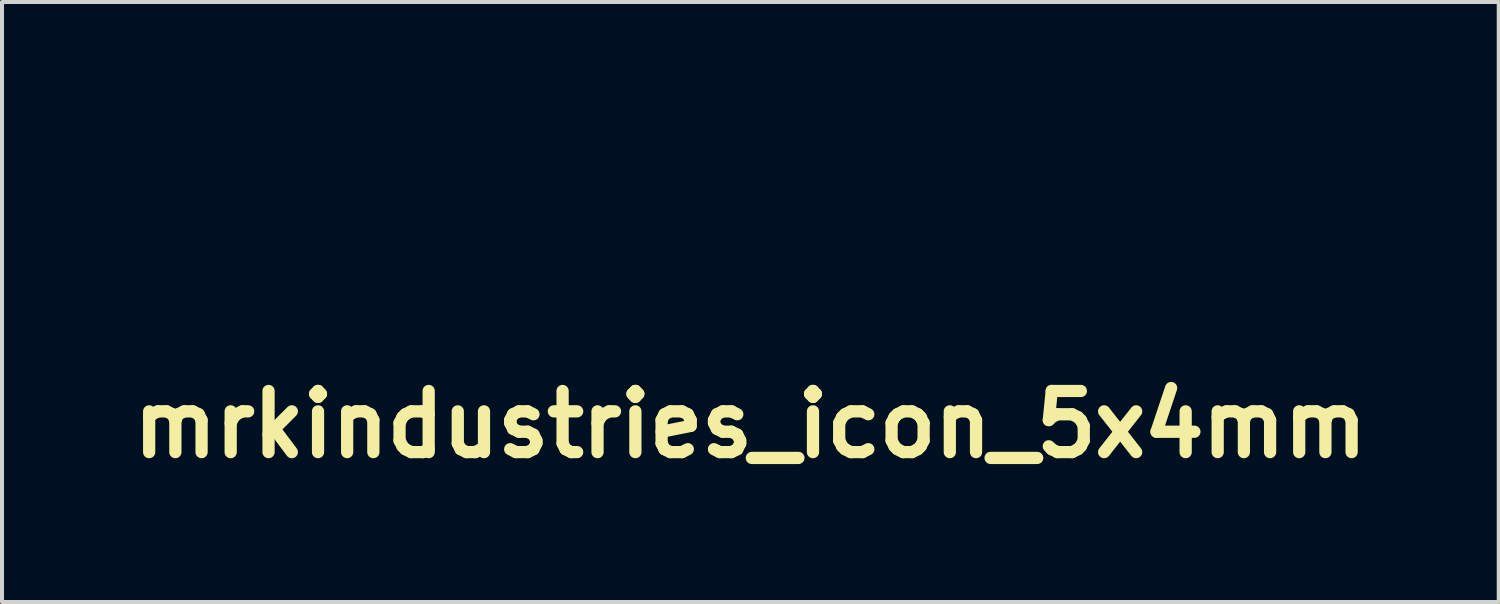
<source format=kicad_pcb>
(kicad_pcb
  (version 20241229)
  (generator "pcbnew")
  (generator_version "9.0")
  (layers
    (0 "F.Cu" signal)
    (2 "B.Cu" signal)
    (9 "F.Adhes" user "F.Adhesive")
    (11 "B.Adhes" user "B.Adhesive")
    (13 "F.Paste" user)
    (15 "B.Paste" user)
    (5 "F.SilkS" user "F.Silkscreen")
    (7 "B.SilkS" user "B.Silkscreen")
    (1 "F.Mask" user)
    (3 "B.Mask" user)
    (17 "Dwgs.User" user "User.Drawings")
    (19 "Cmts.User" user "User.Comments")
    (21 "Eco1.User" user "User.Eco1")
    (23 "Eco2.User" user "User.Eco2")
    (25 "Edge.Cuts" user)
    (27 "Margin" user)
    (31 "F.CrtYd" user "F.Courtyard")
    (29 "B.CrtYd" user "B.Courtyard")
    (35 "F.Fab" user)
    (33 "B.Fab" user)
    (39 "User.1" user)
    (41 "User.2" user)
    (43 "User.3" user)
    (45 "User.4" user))
  (footprint "mrkindustries_icon_5x4mm"
    (layer "F.Cu")
    (at 15.654 0.25)
    (property "Reference" "mrkindustries_icon_5x4mm" (at 0 7.28 0) (layer "F.SilkS") (effects (font (size 1.524 1.524) (thickness 0.305))))
    (attr through_hole)
    (pad "" connect rect (at 0.114 3.391) (size 0.038 0.038) (layers "F.Mask"))
    (pad "" connect rect (at 0.229 3.277) (size 0.038 0.038) (layers "F.Mask"))
    (pad "" connect rect (at 0.267 3.2) (size 0.038 0.038) (layers "F.Mask"))
    (pad "" connect rect (at 0.305 3.162) (size 0.038 0.038) (layers "F.Mask"))
    (pad "" connect rect (at 0.343 3.124) (size 0.038 0.038) (layers "F.Mask"))
    (pad "" connect rect (at 0.381 3.086) (size 0.038 0.038) (layers "F.Mask"))
    (pad "" connect rect (at 0.419 3.048) (size 0.038 0.038) (layers "F.Mask"))
    (pad "" connect rect (at 0.457 2.972) (size 0.038 0.038) (layers "F.Mask"))
    (pad "" connect rect (at 0.457 3.01) (size 0.038 0.038) (layers "F.Mask"))
    (pad "" connect rect (at 0.495 2.972) (size 0.038 0.038) (layers "F.Mask"))
    (pad "" connect rect (at 0.533 2.896) (size 0.038 0.038) (layers "F.Mask"))
    (pad "" connect rect (at 0.533 2.934) (size 0.038 0.038) (layers "F.Mask"))
    (pad "" connect rect (at 0.572 2.857) (size 0.038 0.038) (layers "F.Mask"))
    (pad "" connect rect (at 0.61 2.819) (size 0.038 0.038) (layers "F.Mask"))
    (pad "" connect rect (at 0.648 2.781) (size 0.038 0.038) (layers "F.Mask"))
    (pad "" connect rect (at 0.686 2.705) (size 0.038 0.038) (layers "F.Mask"))
    (pad "" connect rect (at 0.686 2.743) (size 0.038 0.038) (layers "F.Mask"))
    (pad "" connect rect (at 0.724 2.667) (size 0.038 0.038) (layers "F.Mask"))
    (pad "" connect rect (at 0.724 2.705) (size 0.038 0.038) (layers "F.Mask"))
    (pad "" connect rect (at 0.762 2.629) (size 0.038 0.038) (layers "F.Mask"))
    (pad "" connect rect (at 0.762 2.667) (size 0.038 0.038) (layers "F.Mask"))
    (pad "" connect rect (at 0.8 2.591) (size 0.038 0.038) (layers "F.Mask"))
    (pad "" connect rect (at 0.8 2.629) (size 0.038 0.038) (layers "F.Mask"))
    (pad "" connect rect (at 0.838 2.515) (size 0.038 0.038) (layers "F.Mask"))
    (pad "" connect rect (at 0.838 2.553) (size 0.038 0.038) (layers "F.Mask"))
    (pad "" connect rect (at 0.876 2.477) (size 0.038 0.038) (layers "F.Mask"))
    (pad "" connect rect (at 0.876 2.515) (size 0.038 0.038) (layers "F.Mask"))
    (pad "" connect rect (at 0.914 2.438) (size 0.038 0.038) (layers "F.Mask"))
    (pad "" connect rect (at 0.914 2.477) (size 0.038 0.038) (layers "F.Mask"))
    (pad "" connect rect (at 0.953 2.4) (size 0.038 0.038) (layers "F.Mask"))
    (pad "" connect rect (at 0.953 2.438) (size 0.038 0.038) (layers "F.Mask"))
    (pad "" connect rect (at 0.991 2.362) (size 0.038 0.038) (layers "F.Mask"))
    (pad "" connect rect (at 0.991 2.4) (size 0.038 0.038) (layers "F.Mask"))
    (pad "" connect rect (at 1.029 2.286) (size 0.038 0.038) (layers "F.Mask"))
    (pad "" connect rect (at 1.029 2.324) (size 0.038 0.038) (layers "F.Mask"))
    (pad "" connect rect (at 1.029 2.362) (size 0.038 0.038) (layers "F.Mask"))
    (pad "" connect rect (at 1.067 2.248) (size 0.038 0.038) (layers "F.Mask"))
    (pad "" connect rect (at 1.067 2.286) (size 0.038 0.038) (layers "F.Mask"))
    (pad "" connect rect (at 1.067 2.324) (size 0.038 0.038) (layers "F.Mask"))
    (pad "" connect rect (at 1.105 2.21) (size 0.038 0.038) (layers "F.Mask"))
    (pad "" connect rect (at 1.105 2.248) (size 0.038 0.038) (layers "F.Mask"))
    (pad "" connect rect (at 1.105 2.286) (size 0.038 0.038) (layers "F.Mask"))
    (pad "" connect rect (at 1.143 2.172) (size 0.038 0.038) (layers "F.Mask"))
    (pad "" connect rect (at 1.143 2.21) (size 0.038 0.038) (layers "F.Mask"))
    (pad "" connect rect (at 1.143 2.248) (size 0.038 0.038) (layers "F.Mask"))
    (pad "" connect rect (at 1.181 2.095) (size 0.038 0.038) (layers "F.Mask"))
    (pad "" connect rect (at 1.181 2.134) (size 0.038 0.038) (layers "F.Mask"))
    (pad "" connect rect (at 1.181 2.172) (size 0.038 0.038) (layers "F.Mask"))
    (pad "" connect rect (at 1.181 2.21) (size 0.038 0.038) (layers "F.Mask"))
    (pad "" connect rect (at 1.219 2.095) (size 0.038 0.038) (layers "F.Mask"))
    (pad "" connect rect (at 1.219 2.134) (size 0.038 0.038) (layers "F.Mask"))
    (pad "" connect rect (at 1.257 2.019) (size 0.038 0.038) (layers "F.Mask"))
    (pad "" connect rect (at 1.257 2.057) (size 0.038 0.038) (layers "F.Mask"))
    (pad "" connect rect (at 1.257 2.095) (size 0.038 0.038) (layers "F.Mask"))
    (pad "" connect rect (at 1.295 1.981) (size 0.038 0.038) (layers "F.Mask"))
    (pad "" connect rect (at 1.295 2.019) (size 0.038 0.038) (layers "F.Mask"))
    (pad "" connect rect (at 1.295 2.057) (size 0.038 0.038) (layers "F.Mask"))
    (pad "" connect rect (at 1.333 1.905) (size 0.038 0.038) (layers "F.Mask"))
    (pad "" connect rect (at 1.333 1.943) (size 0.038 0.038) (layers "F.Mask"))
    (pad "" connect rect (at 1.333 1.981) (size 0.038 0.038) (layers "F.Mask"))
    (pad "" connect rect (at 1.333 2.019) (size 0.038 0.038) (layers "F.Mask"))
    (pad "" connect rect (at 1.372 1.905) (size 0.038 0.038) (layers "F.Mask"))
    (pad "" connect rect (at 1.372 1.943) (size 0.038 0.038) (layers "F.Mask"))
    (pad "" connect rect (at 1.372 1.981) (size 0.038 0.038) (layers "F.Mask"))
    (pad "" connect rect (at 1.41 1.829) (size 0.038 0.038) (layers "F.Mask"))
    (pad "" connect rect (at 1.41 1.867) (size 0.038 0.038) (layers "F.Mask"))
    (pad "" connect rect (at 1.41 1.905) (size 0.038 0.038) (layers "F.Mask"))
    (pad "" connect rect (at 1.41 1.943) (size 0.038 0.038) (layers "F.Mask"))
    (pad "" connect rect (at 1.448 1.791) (size 0.038 0.038) (layers "F.Mask"))
    (pad "" connect rect (at 1.448 1.829) (size 0.038 0.038) (layers "F.Mask"))
    (pad "" connect rect (at 1.448 1.867) (size 0.038 0.038) (layers "F.Mask"))
    (pad "" connect rect (at 1.448 1.905) (size 0.038 0.038) (layers "F.Mask"))
    (pad "" connect rect (at 1.448 3.086) (size 0.038 0.038) (layers "F.Mask"))
    (pad "" connect rect (at 1.448 3.658) (size 0.038 0.038) (layers "F.Mask"))
    (pad "" connect rect (at 1.486 1.753) (size 0.038 0.038) (layers "F.Mask"))
    (pad "" connect rect (at 1.486 1.791) (size 0.038 0.038) (layers "F.Mask"))
    (pad "" connect rect (at 1.486 1.829) (size 0.038 0.038) (layers "F.Mask"))
    (pad "" connect rect (at 1.486 1.867) (size 0.038 0.038) (layers "F.Mask"))
    (pad "" connect rect (at 1.486 3.086) (size 0.038 0.038) (layers "F.Mask"))
    (pad "" connect rect (at 1.486 3.124) (size 0.038 0.038) (layers "F.Mask"))
    (pad "" connect rect (at 1.486 3.581) (size 0.038 0.038) (layers "F.Mask"))
    (pad "" connect rect (at 1.486 3.619) (size 0.038 0.038) (layers "F.Mask"))
    (pad "" connect rect (at 1.486 3.658) (size 0.038 0.038) (layers "F.Mask"))
    (pad "" connect rect (at 1.524 1.714) (size 0.038 0.038) (layers "F.Mask"))
    (pad "" connect rect (at 1.524 1.753) (size 0.038 0.038) (layers "F.Mask"))
    (pad "" connect rect (at 1.524 1.791) (size 0.038 0.038) (layers "F.Mask"))
    (pad "" connect rect (at 1.524 3.086) (size 0.038 0.038) (layers "F.Mask"))
    (pad "" connect rect (at 1.524 3.124) (size 0.038 0.038) (layers "F.Mask"))
    (pad "" connect rect (at 1.524 3.162) (size 0.038 0.038) (layers "F.Mask"))
    (pad "" connect rect (at 1.524 3.2) (size 0.038 0.038) (layers "F.Mask"))
    (pad "" connect rect (at 1.524 3.505) (size 0.038 0.038) (layers "F.Mask"))
    (pad "" connect rect (at 1.524 3.543) (size 0.038 0.038) (layers "F.Mask"))
    (pad "" connect rect (at 1.524 3.581) (size 0.038 0.038) (layers "F.Mask"))
    (pad "" connect rect (at 1.524 3.619) (size 0.038 0.038) (layers "F.Mask"))
    (pad "" connect rect (at 1.524 3.658) (size 0.038 0.038) (layers "F.Mask"))
    (pad "" connect rect (at 1.562 1.676) (size 0.038 0.038) (layers "F.Mask"))
    (pad "" connect rect (at 1.562 1.714) (size 0.038 0.038) (layers "F.Mask"))
    (pad "" connect rect (at 1.562 1.753) (size 0.038 0.038) (layers "F.Mask"))
    (pad "" connect rect (at 1.562 3.086) (size 0.038 0.038) (layers "F.Mask"))
    (pad "" connect rect (at 1.562 3.124) (size 0.038 0.038) (layers "F.Mask"))
    (pad "" connect rect (at 1.562 3.162) (size 0.038 0.038) (layers "F.Mask"))
    (pad "" connect rect (at 1.562 3.2) (size 0.038 0.038) (layers "F.Mask"))
    (pad "" connect rect (at 1.562 3.239) (size 0.038 0.038) (layers "F.Mask"))
    (pad "" connect rect (at 1.562 3.277) (size 0.038 0.038) (layers "F.Mask"))
    (pad "" connect rect (at 1.562 3.315) (size 0.038 0.038) (layers "F.Mask"))
    (pad "" connect rect (at 1.562 3.353) (size 0.038 0.038) (layers "F.Mask"))
    (pad "" connect rect (at 1.562 3.391) (size 0.038 0.038) (layers "F.Mask"))
    (pad "" connect rect (at 1.562 3.429) (size 0.038 0.038) (layers "F.Mask"))
    (pad "" connect rect (at 1.562 3.467) (size 0.038 0.038) (layers "F.Mask"))
    (pad "" connect rect (at 1.562 3.505) (size 0.038 0.038) (layers "F.Mask"))
    (pad "" connect rect (at 1.562 3.543) (size 0.038 0.038) (layers "F.Mask"))
    (pad "" connect rect (at 1.562 3.581) (size 0.038 0.038) (layers "F.Mask"))
    (pad "" connect rect (at 1.562 3.619) (size 0.038 0.038) (layers "F.Mask"))
    (pad "" connect rect (at 1.562 3.658) (size 0.038 0.038) (layers "F.Mask"))
    (pad "" connect rect (at 1.6 1.6) (size 0.038 0.038) (layers "F.Mask"))
    (pad "" connect rect (at 1.6 1.638) (size 0.038 0.038) (layers "F.Mask"))
    (pad "" connect rect (at 1.6 1.676) (size 0.038 0.038) (layers "F.Mask"))
    (pad "" connect rect (at 1.6 1.714) (size 0.038 0.038) (layers "F.Mask"))
    (pad "" connect rect (at 1.6 3.086) (size 0.038 0.038) (layers "F.Mask"))
    (pad "" connect rect (at 1.6 3.124) (size 0.038 0.038) (layers "F.Mask"))
    (pad "" connect rect (at 1.6 3.162) (size 0.038 0.038) (layers "F.Mask"))
    (pad "" connect rect (at 1.6 3.2) (size 0.038 0.038) (layers "F.Mask"))
    (pad "" connect rect (at 1.6 3.239) (size 0.038 0.038) (layers "F.Mask"))
    (pad "" connect rect (at 1.6 3.277) (size 0.038 0.038) (layers "F.Mask"))
    (pad "" connect rect (at 1.6 3.315) (size 0.038 0.038) (layers "F.Mask"))
    (pad "" connect rect (at 1.6 3.353) (size 0.038 0.038) (layers "F.Mask"))
    (pad "" connect rect (at 1.6 3.391) (size 0.038 0.038) (layers "F.Mask"))
    (pad "" connect rect (at 1.6 3.429) (size 0.038 0.038) (layers "F.Mask"))
    (pad "" connect rect (at 1.6 3.467) (size 0.038 0.038) (layers "F.Mask"))
    (pad "" connect rect (at 1.6 3.505) (size 0.038 0.038) (layers "F.Mask"))
    (pad "" connect rect (at 1.6 3.543) (size 0.038 0.038) (layers "F.Mask"))
    (pad "" connect rect (at 1.6 3.581) (size 0.038 0.038) (layers "F.Mask"))
    (pad "" connect rect (at 1.6 3.619) (size 0.038 0.038) (layers "F.Mask"))
    (pad "" connect rect (at 1.6 3.658) (size 0.038 0.038) (layers "F.Mask"))
    (pad "" connect rect (at 1.638 1.562) (size 0.038 0.038) (layers "F.Mask"))
    (pad "" connect rect (at 1.638 1.6) (size 0.038 0.038) (layers "F.Mask"))
    (pad "" connect rect (at 1.638 1.638) (size 0.038 0.038) (layers "F.Mask"))
    (pad "" connect rect (at 1.638 1.676) (size 0.038 0.038) (layers "F.Mask"))
    (pad "" connect rect (at 1.638 3.086) (size 0.038 0.038) (layers "F.Mask"))
    (pad "" connect rect (at 1.638 3.124) (size 0.038 0.038) (layers "F.Mask"))
    (pad "" connect rect (at 1.638 3.162) (size 0.038 0.038) (layers "F.Mask"))
    (pad "" connect rect (at 1.638 3.2) (size 0.038 0.038) (layers "F.Mask"))
    (pad "" connect rect (at 1.638 3.239) (size 0.038 0.038) (layers "F.Mask"))
    (pad "" connect rect (at 1.638 3.277) (size 0.038 0.038) (layers "F.Mask"))
    (pad "" connect rect (at 1.638 3.315) (size 0.038 0.038) (layers "F.Mask"))
    (pad "" connect rect (at 1.638 3.353) (size 0.038 0.038) (layers "F.Mask"))
    (pad "" connect rect (at 1.638 3.391) (size 0.038 0.038) (layers "F.Mask"))
    (pad "" connect rect (at 1.638 3.429) (size 0.038 0.038) (layers "F.Mask"))
    (pad "" connect rect (at 1.638 3.467) (size 0.038 0.038) (layers "F.Mask"))
    (pad "" connect rect (at 1.638 3.505) (size 0.038 0.038) (layers "F.Mask"))
    (pad "" connect rect (at 1.638 3.543) (size 0.038 0.038) (layers "F.Mask"))
    (pad "" connect rect (at 1.638 3.581) (size 0.038 0.038) (layers "F.Mask"))
    (pad "" connect rect (at 1.638 3.619) (size 0.038 0.038) (layers "F.Mask"))
    (pad "" connect rect (at 1.638 3.658) (size 0.038 0.038) (layers "F.Mask"))
    (pad "" connect rect (at 1.676 1.524) (size 0.038 0.038) (layers "F.Mask"))
    (pad "" connect rect (at 1.676 1.562) (size 0.038 0.038) (layers "F.Mask"))
    (pad "" connect rect (at 1.676 1.6) (size 0.038 0.038) (layers "F.Mask"))
    (pad "" connect rect (at 1.676 1.638) (size 0.038 0.038) (layers "F.Mask"))
    (pad "" connect rect (at 1.676 3.086) (size 0.038 0.038) (layers "F.Mask"))
    (pad "" connect rect (at 1.676 3.124) (size 0.038 0.038) (layers "F.Mask"))
    (pad "" connect rect (at 1.676 3.162) (size 0.038 0.038) (layers "F.Mask"))
    (pad "" connect rect (at 1.676 3.2) (size 0.038 0.038) (layers "F.Mask"))
    (pad "" connect rect (at 1.676 3.239) (size 0.038 0.038) (layers "F.Mask"))
    (pad "" connect rect (at 1.676 3.277) (size 0.038 0.038) (layers "F.Mask"))
    (pad "" connect rect (at 1.676 3.315) (size 0.038 0.038) (layers "F.Mask"))
    (pad "" connect rect (at 1.676 3.353) (size 0.038 0.038) (layers "F.Mask"))
    (pad "" connect rect (at 1.676 3.391) (size 0.038 0.038) (layers "F.Mask"))
    (pad "" connect rect (at 1.676 3.429) (size 0.038 0.038) (layers "F.Mask"))
    (pad "" connect rect (at 1.676 3.467) (size 0.038 0.038) (layers "F.Mask"))
    (pad "" connect rect (at 1.676 3.505) (size 0.038 0.038) (layers "F.Mask"))
    (pad "" connect rect (at 1.676 3.543) (size 0.038 0.038) (layers "F.Mask"))
    (pad "" connect rect (at 1.676 3.581) (size 0.038 0.038) (layers "F.Mask"))
    (pad "" connect rect (at 1.676 3.619) (size 0.038 0.038) (layers "F.Mask"))
    (pad "" connect rect (at 1.676 3.658) (size 0.038 0.038) (layers "F.Mask"))
    (pad "" connect rect (at 1.714 1.486) (size 0.038 0.038) (layers "F.Mask"))
    (pad "" connect rect (at 1.714 1.524) (size 0.038 0.038) (layers "F.Mask"))
    (pad "" connect rect (at 1.714 1.562) (size 0.038 0.038) (layers "F.Mask"))
    (pad "" connect rect (at 1.714 1.6) (size 0.038 0.038) (layers "F.Mask"))
    (pad "" connect rect (at 1.714 3.086) (size 0.038 0.038) (layers "F.Mask"))
    (pad "" connect rect (at 1.714 3.124) (size 0.038 0.038) (layers "F.Mask"))
    (pad "" connect rect (at 1.714 3.162) (size 0.038 0.038) (layers "F.Mask"))
    (pad "" connect rect (at 1.714 3.2) (size 0.038 0.038) (layers "F.Mask"))
    (pad "" connect rect (at 1.714 3.239) (size 0.038 0.038) (layers "F.Mask"))
    (pad "" connect rect (at 1.714 3.277) (size 0.038 0.038) (layers "F.Mask"))
    (pad "" connect rect (at 1.714 3.315) (size 0.038 0.038) (layers "F.Mask"))
    (pad "" connect rect (at 1.714 3.353) (size 0.038 0.038) (layers "F.Mask"))
    (pad "" connect rect (at 1.714 3.391) (size 0.038 0.038) (layers "F.Mask"))
    (pad "" connect rect (at 1.714 3.429) (size 0.038 0.038) (layers "F.Mask"))
    (pad "" connect rect (at 1.714 3.467) (size 0.038 0.038) (layers "F.Mask"))
    (pad "" connect rect (at 1.714 3.505) (size 0.038 0.038) (layers "F.Mask"))
    (pad "" connect rect (at 1.714 3.543) (size 0.038 0.038) (layers "F.Mask"))
    (pad "" connect rect (at 1.714 3.581) (size 0.038 0.038) (layers "F.Mask"))
    (pad "" connect rect (at 1.714 3.619) (size 0.038 0.038) (layers "F.Mask"))
    (pad "" connect rect (at 1.714 3.658) (size 0.038 0.038) (layers "F.Mask"))
    (pad "" connect rect (at 1.753 1.41) (size 0.038 0.038) (layers "F.Mask"))
    (pad "" connect rect (at 1.753 1.448) (size 0.038 0.038) (layers "F.Mask"))
    (pad "" connect rect (at 1.753 1.486) (size 0.038 0.038) (layers "F.Mask"))
    (pad "" connect rect (at 1.753 1.524) (size 0.038 0.038) (layers "F.Mask"))
    (pad "" connect rect (at 1.753 1.562) (size 0.038 0.038) (layers "F.Mask"))
    (pad "" connect rect (at 1.753 3.086) (size 0.038 0.038) (layers "F.Mask"))
    (pad "" connect rect (at 1.753 3.124) (size 0.038 0.038) (layers "F.Mask"))
    (pad "" connect rect (at 1.753 3.162) (size 0.038 0.038) (layers "F.Mask"))
    (pad "" connect rect (at 1.753 3.2) (size 0.038 0.038) (layers "F.Mask"))
    (pad "" connect rect (at 1.753 3.239) (size 0.038 0.038) (layers "F.Mask"))
    (pad "" connect rect (at 1.753 3.277) (size 0.038 0.038) (layers "F.Mask"))
    (pad "" connect rect (at 1.753 3.315) (size 0.038 0.038) (layers "F.Mask"))
    (pad "" connect rect (at 1.753 3.353) (size 0.038 0.038) (layers "F.Mask"))
    (pad "" connect rect (at 1.753 3.391) (size 0.038 0.038) (layers "F.Mask"))
    (pad "" connect rect (at 1.753 3.429) (size 0.038 0.038) (layers "F.Mask"))
    (pad "" connect rect (at 1.753 3.467) (size 0.038 0.038) (layers "F.Mask"))
    (pad "" connect rect (at 1.753 3.505) (size 0.038 0.038) (layers "F.Mask"))
    (pad "" connect rect (at 1.753 3.543) (size 0.038 0.038) (layers "F.Mask"))
    (pad "" connect rect (at 1.753 3.581) (size 0.038 0.038) (layers "F.Mask"))
    (pad "" connect rect (at 1.753 3.619) (size 0.038 0.038) (layers "F.Mask"))
    (pad "" connect rect (at 1.753 3.658) (size 0.038 0.038) (layers "F.Mask"))
    (pad "" connect rect (at 1.791 1.372) (size 0.038 0.038) (layers "F.Mask"))
    (pad "" connect rect (at 1.791 1.41) (size 0.038 0.038) (layers "F.Mask"))
    (pad "" connect rect (at 1.791 1.448) (size 0.038 0.038) (layers "F.Mask"))
    (pad "" connect rect (at 1.791 1.486) (size 0.038 0.038) (layers "F.Mask"))
    (pad "" connect rect (at 1.791 3.086) (size 0.038 0.038) (layers "F.Mask"))
    (pad "" connect rect (at 1.791 3.124) (size 0.038 0.038) (layers "F.Mask"))
    (pad "" connect rect (at 1.791 3.162) (size 0.038 0.038) (layers "F.Mask"))
    (pad "" connect rect (at 1.791 3.2) (size 0.038 0.038) (layers "F.Mask"))
    (pad "" connect rect (at 1.791 3.239) (size 0.038 0.038) (layers "F.Mask"))
    (pad "" connect rect (at 1.791 3.277) (size 0.038 0.038) (layers "F.Mask"))
    (pad "" connect rect (at 1.791 3.315) (size 0.038 0.038) (layers "F.Mask"))
    (pad "" connect rect (at 1.791 3.353) (size 0.038 0.038) (layers "F.Mask"))
    (pad "" connect rect (at 1.791 3.391) (size 0.038 0.038) (layers "F.Mask"))
    (pad "" connect rect (at 1.791 3.429) (size 0.038 0.038) (layers "F.Mask"))
    (pad "" connect rect (at 1.791 3.467) (size 0.038 0.038) (layers "F.Mask"))
    (pad "" connect rect (at 1.791 3.505) (size 0.038 0.038) (layers "F.Mask"))
    (pad "" connect rect (at 1.791 3.543) (size 0.038 0.038) (layers "F.Mask"))
    (pad "" connect rect (at 1.791 3.581) (size 0.038 0.038) (layers "F.Mask"))
    (pad "" connect rect (at 1.791 3.619) (size 0.038 0.038) (layers "F.Mask"))
    (pad "" connect rect (at 1.791 3.658) (size 0.038 0.038) (layers "F.Mask"))
    (pad "" connect rect (at 1.829 1.333) (size 0.038 0.038) (layers "F.Mask"))
    (pad "" connect rect (at 1.829 1.372) (size 0.038 0.038) (layers "F.Mask"))
    (pad "" connect rect (at 1.829 1.41) (size 0.038 0.038) (layers "F.Mask"))
    (pad "" connect rect (at 1.829 1.448) (size 0.038 0.038) (layers "F.Mask"))
    (pad "" connect rect (at 1.829 3.086) (size 0.038 0.038) (layers "F.Mask"))
    (pad "" connect rect (at 1.829 3.124) (size 0.038 0.038) (layers "F.Mask"))
    (pad "" connect rect (at 1.829 3.162) (size 0.038 0.038) (layers "F.Mask"))
    (pad "" connect rect (at 1.829 3.2) (size 0.038 0.038) (layers "F.Mask"))
    (pad "" connect rect (at 1.829 3.239) (size 0.038 0.038) (layers "F.Mask"))
    (pad "" connect rect (at 1.829 3.277) (size 0.038 0.038) (layers "F.Mask"))
    (pad "" connect rect (at 1.829 3.315) (size 0.038 0.038) (layers "F.Mask"))
    (pad "" connect rect (at 1.829 3.353) (size 0.038 0.038) (layers "F.Mask"))
    (pad "" connect rect (at 1.829 3.391) (size 0.038 0.038) (layers "F.Mask"))
    (pad "" connect rect (at 1.829 3.429) (size 0.038 0.038) (layers "F.Mask"))
    (pad "" connect rect (at 1.829 3.467) (size 0.038 0.038) (layers "F.Mask"))
    (pad "" connect rect (at 1.829 3.505) (size 0.038 0.038) (layers "F.Mask"))
    (pad "" connect rect (at 1.829 3.543) (size 0.038 0.038) (layers "F.Mask"))
    (pad "" connect rect (at 1.829 3.581) (size 0.038 0.038) (layers "F.Mask"))
    (pad "" connect rect (at 1.829 3.619) (size 0.038 0.038) (layers "F.Mask"))
    (pad "" connect rect (at 1.829 3.658) (size 0.038 0.038) (layers "F.Mask"))
    (pad "" connect rect (at 1.867 1.295) (size 0.038 0.038) (layers "F.Mask"))
    (pad "" connect rect (at 1.867 1.333) (size 0.038 0.038) (layers "F.Mask"))
    (pad "" connect rect (at 1.867 1.372) (size 0.038 0.038) (layers "F.Mask"))
    (pad "" connect rect (at 1.867 1.41) (size 0.038 0.038) (layers "F.Mask"))
    (pad "" connect rect (at 1.867 3.086) (size 0.038 0.038) (layers "F.Mask"))
    (pad "" connect rect (at 1.867 3.124) (size 0.038 0.038) (layers "F.Mask"))
    (pad "" connect rect (at 1.867 3.162) (size 0.038 0.038) (layers "F.Mask"))
    (pad "" connect rect (at 1.867 3.2) (size 0.038 0.038) (layers "F.Mask"))
    (pad "" connect rect (at 1.867 3.239) (size 0.038 0.038) (layers "F.Mask"))
    (pad "" connect rect (at 1.867 3.277) (size 0.038 0.038) (layers "F.Mask"))
    (pad "" connect rect (at 1.867 3.315) (size 0.038 0.038) (layers "F.Mask"))
    (pad "" connect rect (at 1.867 3.353) (size 0.038 0.038) (layers "F.Mask"))
    (pad "" connect rect (at 1.867 3.391) (size 0.038 0.038) (layers "F.Mask"))
    (pad "" connect rect (at 1.867 3.429) (size 0.038 0.038) (layers "F.Mask"))
    (pad "" connect rect (at 1.867 3.467) (size 0.038 0.038) (layers "F.Mask"))
    (pad "" connect rect (at 1.867 3.505) (size 0.038 0.038) (layers "F.Mask"))
    (pad "" connect rect (at 1.867 3.543) (size 0.038 0.038) (layers "F.Mask"))
    (pad "" connect rect (at 1.867 3.581) (size 0.038 0.038) (layers "F.Mask"))
    (pad "" connect rect (at 1.867 3.619) (size 0.038 0.038) (layers "F.Mask"))
    (pad "" connect rect (at 1.867 3.658) (size 0.038 0.038) (layers "F.Mask"))
    (pad "" connect rect (at 1.905 1.257) (size 0.038 0.038) (layers "F.Mask"))
    (pad "" connect rect (at 1.905 1.295) (size 0.038 0.038) (layers "F.Mask"))
    (pad "" connect rect (at 1.905 1.333) (size 0.038 0.038) (layers "F.Mask"))
    (pad "" connect rect (at 1.905 1.372) (size 0.038 0.038) (layers "F.Mask"))
    (pad "" connect rect (at 1.905 3.086) (size 0.038 0.038) (layers "F.Mask"))
    (pad "" connect rect (at 1.905 3.124) (size 0.038 0.038) (layers "F.Mask"))
    (pad "" connect rect (at 1.905 3.162) (size 0.038 0.038) (layers "F.Mask"))
    (pad "" connect rect (at 1.905 3.2) (size 0.038 0.038) (layers "F.Mask"))
    (pad "" connect rect (at 1.905 3.239) (size 0.038 0.038) (layers "F.Mask"))
    (pad "" connect rect (at 1.905 3.277) (size 0.038 0.038) (layers "F.Mask"))
    (pad "" connect rect (at 1.905 3.315) (size 0.038 0.038) (layers "F.Mask"))
    (pad "" connect rect (at 1.905 3.353) (size 0.038 0.038) (layers "F.Mask"))
    (pad "" connect rect (at 1.905 3.391) (size 0.038 0.038) (layers "F.Mask"))
    (pad "" connect rect (at 1.905 3.429) (size 0.038 0.038) (layers "F.Mask"))
    (pad "" connect rect (at 1.905 3.467) (size 0.038 0.038) (layers "F.Mask"))
    (pad "" connect rect (at 1.905 3.505) (size 0.038 0.038) (layers "F.Mask"))
    (pad "" connect rect (at 1.905 3.543) (size 0.038 0.038) (layers "F.Mask"))
    (pad "" connect rect (at 1.905 3.581) (size 0.038 0.038) (layers "F.Mask"))
    (pad "" connect rect (at 1.905 3.619) (size 0.038 0.038) (layers "F.Mask"))
    (pad "" connect rect (at 1.905 3.658) (size 0.038 0.038) (layers "F.Mask"))
    (pad "" connect rect (at 1.943 1.181) (size 0.038 0.038) (layers "F.Mask"))
    (pad "" connect rect (at 1.943 1.219) (size 0.038 0.038) (layers "F.Mask"))
    (pad "" connect rect (at 1.943 1.257) (size 0.038 0.038) (layers "F.Mask"))
    (pad "" connect rect (at 1.943 1.295) (size 0.038 0.038) (layers "F.Mask"))
    (pad "" connect rect (at 1.943 1.333) (size 0.038 0.038) (layers "F.Mask"))
    (pad "" connect rect (at 1.943 3.086) (size 0.038 0.038) (layers "F.Mask"))
    (pad "" connect rect (at 1.943 3.124) (size 0.038 0.038) (layers "F.Mask"))
    (pad "" connect rect (at 1.943 3.162) (size 0.038 0.038) (layers "F.Mask"))
    (pad "" connect rect (at 1.943 3.2) (size 0.038 0.038) (layers "F.Mask"))
    (pad "" connect rect (at 1.943 3.239) (size 0.038 0.038) (layers "F.Mask"))
    (pad "" connect rect (at 1.943 3.277) (size 0.038 0.038) (layers "F.Mask"))
    (pad "" connect rect (at 1.943 3.315) (size 0.038 0.038) (layers "F.Mask"))
    (pad "" connect rect (at 1.943 3.353) (size 0.038 0.038) (layers "F.Mask"))
    (pad "" connect rect (at 1.943 3.391) (size 0.038 0.038) (layers "F.Mask"))
    (pad "" connect rect (at 1.943 3.429) (size 0.038 0.038) (layers "F.Mask"))
    (pad "" connect rect (at 1.943 3.467) (size 0.038 0.038) (layers "F.Mask"))
    (pad "" connect rect (at 1.943 3.505) (size 0.038 0.038) (layers "F.Mask"))
    (pad "" connect rect (at 1.943 3.543) (size 0.038 0.038) (layers "F.Mask"))
    (pad "" connect rect (at 1.943 3.581) (size 0.038 0.038) (layers "F.Mask"))
    (pad "" connect rect (at 1.943 3.619) (size 0.038 0.038) (layers "F.Mask"))
    (pad "" connect rect (at 1.943 3.658) (size 0.038 0.038) (layers "F.Mask"))
    (pad "" connect rect (at 1.981 1.143) (size 0.038 0.038) (layers "F.Mask"))
    (pad "" connect rect (at 1.981 1.181) (size 0.038 0.038) (layers "F.Mask"))
    (pad "" connect rect (at 1.981 1.219) (size 0.038 0.038) (layers "F.Mask"))
    (pad "" connect rect (at 1.981 1.257) (size 0.038 0.038) (layers "F.Mask"))
    (pad "" connect rect (at 1.981 1.295) (size 0.038 0.038) (layers "F.Mask"))
    (pad "" connect rect (at 1.981 3.086) (size 0.038 0.038) (layers "F.Mask"))
    (pad "" connect rect (at 1.981 3.124) (size 0.038 0.038) (layers "F.Mask"))
    (pad "" connect rect (at 1.981 3.162) (size 0.038 0.038) (layers "F.Mask"))
    (pad "" connect rect (at 1.981 3.2) (size 0.038 0.038) (layers "F.Mask"))
    (pad "" connect rect (at 1.981 3.239) (size 0.038 0.038) (layers "F.Mask"))
    (pad "" connect rect (at 1.981 3.277) (size 0.038 0.038) (layers "F.Mask"))
    (pad "" connect rect (at 1.981 3.315) (size 0.038 0.038) (layers "F.Mask"))
    (pad "" connect rect (at 1.981 3.353) (size 0.038 0.038) (layers "F.Mask"))
    (pad "" connect rect (at 1.981 3.391) (size 0.038 0.038) (layers "F.Mask"))
    (pad "" connect rect (at 1.981 3.429) (size 0.038 0.038) (layers "F.Mask"))
    (pad "" connect rect (at 1.981 3.467) (size 0.038 0.038) (layers "F.Mask"))
    (pad "" connect rect (at 1.981 3.505) (size 0.038 0.038) (layers "F.Mask"))
    (pad "" connect rect (at 1.981 3.543) (size 0.038 0.038) (layers "F.Mask"))
    (pad "" connect rect (at 1.981 3.581) (size 0.038 0.038) (layers "F.Mask"))
    (pad "" connect rect (at 1.981 3.619) (size 0.038 0.038) (layers "F.Mask"))
    (pad "" connect rect (at 1.981 3.658) (size 0.038 0.038) (layers "F.Mask"))
    (pad "" connect rect (at 2.019 1.105) (size 0.038 0.038) (layers "F.Mask"))
    (pad "" connect rect (at 2.019 1.143) (size 0.038 0.038) (layers "F.Mask"))
    (pad "" connect rect (at 2.019 1.181) (size 0.038 0.038) (layers "F.Mask"))
    (pad "" connect rect (at 2.019 1.219) (size 0.038 0.038) (layers "F.Mask"))
    (pad "" connect rect (at 2.019 1.257) (size 0.038 0.038) (layers "F.Mask"))
    (pad "" connect rect (at 2.019 3.086) (size 0.038 0.038) (layers "F.Mask"))
    (pad "" connect rect (at 2.019 3.124) (size 0.038 0.038) (layers "F.Mask"))
    (pad "" connect rect (at 2.019 3.162) (size 0.038 0.038) (layers "F.Mask"))
    (pad "" connect rect (at 2.019 3.2) (size 0.038 0.038) (layers "F.Mask"))
    (pad "" connect rect (at 2.019 3.239) (size 0.038 0.038) (layers "F.Mask"))
    (pad "" connect rect (at 2.019 3.277) (size 0.038 0.038) (layers "F.Mask"))
    (pad "" connect rect (at 2.019 3.315) (size 0.038 0.038) (layers "F.Mask"))
    (pad "" connect rect (at 2.019 3.353) (size 0.038 0.038) (layers "F.Mask"))
    (pad "" connect rect (at 2.019 3.391) (size 0.038 0.038) (layers "F.Mask"))
    (pad "" connect rect (at 2.019 3.429) (size 0.038 0.038) (layers "F.Mask"))
    (pad "" connect rect (at 2.019 3.467) (size 0.038 0.038) (layers "F.Mask"))
    (pad "" connect rect (at 2.019 3.505) (size 0.038 0.038) (layers "F.Mask"))
    (pad "" connect rect (at 2.019 3.543) (size 0.038 0.038) (layers "F.Mask"))
    (pad "" connect rect (at 2.019 3.581) (size 0.038 0.038) (layers "F.Mask"))
    (pad "" connect rect (at 2.019 3.619) (size 0.038 0.038) (layers "F.Mask"))
    (pad "" connect rect (at 2.019 3.658) (size 0.038 0.038) (layers "F.Mask"))
    (pad "" connect rect (at 2.057 1.067) (size 0.038 0.038) (layers "F.Mask"))
    (pad "" connect rect (at 2.057 1.105) (size 0.038 0.038) (layers "F.Mask"))
    (pad "" connect rect (at 2.057 1.143) (size 0.038 0.038) (layers "F.Mask"))
    (pad "" connect rect (at 2.057 1.181) (size 0.038 0.038) (layers "F.Mask"))
    (pad "" connect rect (at 2.057 1.219) (size 0.038 0.038) (layers "F.Mask"))
    (pad "" connect rect (at 2.057 3.086) (size 0.038 0.038) (layers "F.Mask"))
    (pad "" connect rect (at 2.057 3.124) (size 0.038 0.038) (layers "F.Mask"))
    (pad "" connect rect (at 2.057 3.162) (size 0.038 0.038) (layers "F.Mask"))
    (pad "" connect rect (at 2.057 3.2) (size 0.038 0.038) (layers "F.Mask"))
    (pad "" connect rect (at 2.057 3.239) (size 0.038 0.038) (layers "F.Mask"))
    (pad "" connect rect (at 2.057 3.277) (size 0.038 0.038) (layers "F.Mask"))
    (pad "" connect rect (at 2.057 3.315) (size 0.038 0.038) (layers "F.Mask"))
    (pad "" connect rect (at 2.057 3.353) (size 0.038 0.038) (layers "F.Mask"))
    (pad "" connect rect (at 2.057 3.391) (size 0.038 0.038) (layers "F.Mask"))
    (pad "" connect rect (at 2.057 3.429) (size 0.038 0.038) (layers "F.Mask"))
    (pad "" connect rect (at 2.057 3.467) (size 0.038 0.038) (layers "F.Mask"))
    (pad "" connect rect (at 2.057 3.505) (size 0.038 0.038) (layers "F.Mask"))
    (pad "" connect rect (at 2.057 3.543) (size 0.038 0.038) (layers "F.Mask"))
    (pad "" connect rect (at 2.057 3.581) (size 0.038 0.038) (layers "F.Mask"))
    (pad "" connect rect (at 2.057 3.619) (size 0.038 0.038) (layers "F.Mask"))
    (pad "" connect rect (at 2.057 3.658) (size 0.038 0.038) (layers "F.Mask"))
    (pad "" connect rect (at 2.095 1.029) (size 0.038 0.038) (layers "F.Mask"))
    (pad "" connect rect (at 2.095 1.067) (size 0.038 0.038) (layers "F.Mask"))
    (pad "" connect rect (at 2.095 1.105) (size 0.038 0.038) (layers "F.Mask"))
    (pad "" connect rect (at 2.095 1.143) (size 0.038 0.038) (layers "F.Mask"))
    (pad "" connect rect (at 2.095 1.181) (size 0.038 0.038) (layers "F.Mask"))
    (pad "" connect rect (at 2.095 3.086) (size 0.038 0.038) (layers "F.Mask"))
    (pad "" connect rect (at 2.095 3.124) (size 0.038 0.038) (layers "F.Mask"))
    (pad "" connect rect (at 2.095 3.162) (size 0.038 0.038) (layers "F.Mask"))
    (pad "" connect rect (at 2.095 3.2) (size 0.038 0.038) (layers "F.Mask"))
    (pad "" connect rect (at 2.095 3.239) (size 0.038 0.038) (layers "F.Mask"))
    (pad "" connect rect (at 2.095 3.277) (size 0.038 0.038) (layers "F.Mask"))
    (pad "" connect rect (at 2.095 3.315) (size 0.038 0.038) (layers "F.Mask"))
    (pad "" connect rect (at 2.095 3.353) (size 0.038 0.038) (layers "F.Mask"))
    (pad "" connect rect (at 2.095 3.391) (size 0.038 0.038) (layers "F.Mask"))
    (pad "" connect rect (at 2.095 3.429) (size 0.038 0.038) (layers "F.Mask"))
    (pad "" connect rect (at 2.095 3.467) (size 0.038 0.038) (layers "F.Mask"))
    (pad "" connect rect (at 2.095 3.505) (size 0.038 0.038) (layers "F.Mask"))
    (pad "" connect rect (at 2.095 3.543) (size 0.038 0.038) (layers "F.Mask"))
    (pad "" connect rect (at 2.095 3.581) (size 0.038 0.038) (layers "F.Mask"))
    (pad "" connect rect (at 2.095 3.619) (size 0.038 0.038) (layers "F.Mask"))
    (pad "" connect rect (at 2.095 3.658) (size 0.038 0.038) (layers "F.Mask"))
    (pad "" connect rect (at 2.134 0.953) (size 0.038 0.038) (layers "F.Mask"))
    (pad "" connect rect (at 2.134 0.991) (size 0.038 0.038) (layers "F.Mask"))
    (pad "" connect rect (at 2.134 1.029) (size 0.038 0.038) (layers "F.Mask"))
    (pad "" connect rect (at 2.134 1.067) (size 0.038 0.038) (layers "F.Mask"))
    (pad "" connect rect (at 2.134 1.105) (size 0.038 0.038) (layers "F.Mask"))
    (pad "" connect rect (at 2.134 3.086) (size 0.038 0.038) (layers "F.Mask"))
    (pad "" connect rect (at 2.134 3.124) (size 0.038 0.038) (layers "F.Mask"))
    (pad "" connect rect (at 2.134 3.162) (size 0.038 0.038) (layers "F.Mask"))
    (pad "" connect rect (at 2.134 3.2) (size 0.038 0.038) (layers "F.Mask"))
    (pad "" connect rect (at 2.134 3.239) (size 0.038 0.038) (layers "F.Mask"))
    (pad "" connect rect (at 2.134 3.277) (size 0.038 0.038) (layers "F.Mask"))
    (pad "" connect rect (at 2.134 3.315) (size 0.038 0.038) (layers "F.Mask"))
    (pad "" connect rect (at 2.134 3.353) (size 0.038 0.038) (layers "F.Mask"))
    (pad "" connect rect (at 2.134 3.391) (size 0.038 0.038) (layers "F.Mask"))
    (pad "" connect rect (at 2.134 3.429) (size 0.038 0.038) (layers "F.Mask"))
    (pad "" connect rect (at 2.134 3.467) (size 0.038 0.038) (layers "F.Mask"))
    (pad "" connect rect (at 2.134 3.505) (size 0.038 0.038) (layers "F.Mask"))
    (pad "" connect rect (at 2.134 3.543) (size 0.038 0.038) (layers "F.Mask"))
    (pad "" connect rect (at 2.134 3.581) (size 0.038 0.038) (layers "F.Mask"))
    (pad "" connect rect (at 2.134 3.619) (size 0.038 0.038) (layers "F.Mask"))
    (pad "" connect rect (at 2.134 3.658) (size 0.038 0.038) (layers "F.Mask"))
    (pad "" connect rect (at 2.172 0.914) (size 0.038 0.038) (layers "F.Mask"))
    (pad "" connect rect (at 2.172 0.953) (size 0.038 0.038) (layers "F.Mask"))
    (pad "" connect rect (at 2.172 0.991) (size 0.038 0.038) (layers "F.Mask"))
    (pad "" connect rect (at 2.172 1.029) (size 0.038 0.038) (layers "F.Mask"))
    (pad "" connect rect (at 2.172 1.067) (size 0.038 0.038) (layers "F.Mask"))
    (pad "" connect rect (at 2.172 3.124) (size 0.038 0.038) (layers "F.Mask"))
    (pad "" connect rect (at 2.172 3.162) (size 0.038 0.038) (layers "F.Mask"))
    (pad "" connect rect (at 2.172 3.2) (size 0.038 0.038) (layers "F.Mask"))
    (pad "" connect rect (at 2.172 3.239) (size 0.038 0.038) (layers "F.Mask"))
    (pad "" connect rect (at 2.172 3.277) (size 0.038 0.038) (layers "F.Mask"))
    (pad "" connect rect (at 2.172 3.315) (size 0.038 0.038) (layers "F.Mask"))
    (pad "" connect rect (at 2.172 3.353) (size 0.038 0.038) (layers "F.Mask"))
    (pad "" connect rect (at 2.172 3.391) (size 0.038 0.038) (layers "F.Mask"))
    (pad "" connect rect (at 2.172 3.429) (size 0.038 0.038) (layers "F.Mask"))
    (pad "" connect rect (at 2.172 3.467) (size 0.038 0.038) (layers "F.Mask"))
    (pad "" connect rect (at 2.172 3.505) (size 0.038 0.038) (layers "F.Mask"))
    (pad "" connect rect (at 2.172 3.543) (size 0.038 0.038) (layers "F.Mask"))
    (pad "" connect rect (at 2.172 3.581) (size 0.038 0.038) (layers "F.Mask"))
    (pad "" connect rect (at 2.172 3.619) (size 0.038 0.038) (layers "F.Mask"))
    (pad "" connect rect (at 2.172 3.658) (size 0.038 0.038) (layers "F.Mask"))
    (pad "" connect rect (at 2.21 0.876) (size 0.038 0.038) (layers "F.Mask"))
    (pad "" connect rect (at 2.21 0.914) (size 0.038 0.038) (layers "F.Mask"))
    (pad "" connect rect (at 2.21 0.953) (size 0.038 0.038) (layers "F.Mask"))
    (pad "" connect rect (at 2.21 0.991) (size 0.038 0.038) (layers "F.Mask"))
    (pad "" connect rect (at 2.21 1.029) (size 0.038 0.038) (layers "F.Mask"))
    (pad "" connect rect (at 2.21 3.124) (size 0.038 0.038) (layers "F.Mask"))
    (pad "" connect rect (at 2.21 3.162) (size 0.038 0.038) (layers "F.Mask"))
    (pad "" connect rect (at 2.21 3.2) (size 0.038 0.038) (layers "F.Mask"))
    (pad "" connect rect (at 2.21 3.239) (size 0.038 0.038) (layers "F.Mask"))
    (pad "" connect rect (at 2.21 3.277) (size 0.038 0.038) (layers "F.Mask"))
    (pad "" connect rect (at 2.21 3.315) (size 0.038 0.038) (layers "F.Mask"))
    (pad "" connect rect (at 2.21 3.353) (size 0.038 0.038) (layers "F.Mask"))
    (pad "" connect rect (at 2.21 3.391) (size 0.038 0.038) (layers "F.Mask"))
    (pad "" connect rect (at 2.21 3.429) (size 0.038 0.038) (layers "F.Mask"))
    (pad "" connect rect (at 2.21 3.467) (size 0.038 0.038) (layers "F.Mask"))
    (pad "" connect rect (at 2.21 3.505) (size 0.038 0.038) (layers "F.Mask"))
    (pad "" connect rect (at 2.21 3.543) (size 0.038 0.038) (layers "F.Mask"))
    (pad "" connect rect (at 2.21 3.581) (size 0.038 0.038) (layers "F.Mask"))
    (pad "" connect rect (at 2.21 3.619) (size 0.038 0.038) (layers "F.Mask"))
    (pad "" connect rect (at 2.21 3.658) (size 0.038 0.038) (layers "F.Mask"))
    (pad "" connect rect (at 2.248 0.838) (size 0.038 0.038) (layers "F.Mask"))
    (pad "" connect rect (at 2.248 0.876) (size 0.038 0.038) (layers "F.Mask"))
    (pad "" connect rect (at 2.248 0.914) (size 0.038 0.038) (layers "F.Mask"))
    (pad "" connect rect (at 2.248 0.953) (size 0.038 0.038) (layers "F.Mask"))
    (pad "" connect rect (at 2.248 0.991) (size 0.038 0.038) (layers "F.Mask"))
    (pad "" connect rect (at 2.248 3.124) (size 0.038 0.038) (layers "F.Mask"))
    (pad "" connect rect (at 2.248 3.162) (size 0.038 0.038) (layers "F.Mask"))
    (pad "" connect rect (at 2.248 3.2) (size 0.038 0.038) (layers "F.Mask"))
    (pad "" connect rect (at 2.248 3.239) (size 0.038 0.038) (layers "F.Mask"))
    (pad "" connect rect (at 2.248 3.277) (size 0.038 0.038) (layers "F.Mask"))
    (pad "" connect rect (at 2.248 3.315) (size 0.038 0.038) (layers "F.Mask"))
    (pad "" connect rect (at 2.248 3.353) (size 0.038 0.038) (layers "F.Mask"))
    (pad "" connect rect (at 2.248 3.391) (size 0.038 0.038) (layers "F.Mask"))
    (pad "" connect rect (at 2.248 3.429) (size 0.038 0.038) (layers "F.Mask"))
    (pad "" connect rect (at 2.248 3.467) (size 0.038 0.038) (layers "F.Mask"))
    (pad "" connect rect (at 2.248 3.505) (size 0.038 0.038) (layers "F.Mask"))
    (pad "" connect rect (at 2.248 3.543) (size 0.038 0.038) (layers "F.Mask"))
    (pad "" connect rect (at 2.248 3.581) (size 0.038 0.038) (layers "F.Mask"))
    (pad "" connect rect (at 2.248 3.619) (size 0.038 0.038) (layers "F.Mask"))
    (pad "" connect rect (at 2.248 3.658) (size 0.038 0.038) (layers "F.Mask"))
    (pad "" connect rect (at 2.286 0.8) (size 0.038 0.038) (layers "F.Mask"))
    (pad "" connect rect (at 2.286 0.838) (size 0.038 0.038) (layers "F.Mask"))
    (pad "" connect rect (at 2.286 0.876) (size 0.038 0.038) (layers "F.Mask"))
    (pad "" connect rect (at 2.286 0.914) (size 0.038 0.038) (layers "F.Mask"))
    (pad "" connect rect (at 2.286 0.953) (size 0.038 0.038) (layers "F.Mask"))
    (pad "" connect rect (at 2.286 3.124) (size 0.038 0.038) (layers "F.Mask"))
    (pad "" connect rect (at 2.286 3.162) (size 0.038 0.038) (layers "F.Mask"))
    (pad "" connect rect (at 2.286 3.2) (size 0.038 0.038) (layers "F.Mask"))
    (pad "" connect rect (at 2.286 3.239) (size 0.038 0.038) (layers "F.Mask"))
    (pad "" connect rect (at 2.286 3.277) (size 0.038 0.038) (layers "F.Mask"))
    (pad "" connect rect (at 2.286 3.315) (size 0.038 0.038) (layers "F.Mask"))
    (pad "" connect rect (at 2.286 3.353) (size 0.038 0.038) (layers "F.Mask"))
    (pad "" connect rect (at 2.286 3.391) (size 0.038 0.038) (layers "F.Mask"))
    (pad "" connect rect (at 2.286 3.429) (size 0.038 0.038) (layers "F.Mask"))
    (pad "" connect rect (at 2.286 3.467) (size 0.038 0.038) (layers "F.Mask"))
    (pad "" connect rect (at 2.286 3.505) (size 0.038 0.038) (layers "F.Mask"))
    (pad "" connect rect (at 2.286 3.543) (size 0.038 0.038) (layers "F.Mask"))
    (pad "" connect rect (at 2.286 3.581) (size 0.038 0.038) (layers "F.Mask"))
    (pad "" connect rect (at 2.286 3.619) (size 0.038 0.038) (layers "F.Mask"))
    (pad "" connect rect (at 2.286 3.658) (size 0.038 0.038) (layers "F.Mask"))
    (pad "" connect rect (at 2.324 0.762) (size 0.038 0.038) (layers "F.Mask"))
    (pad "" connect rect (at 2.324 0.8) (size 0.038 0.038) (layers "F.Mask"))
    (pad "" connect rect (at 2.324 0.838) (size 0.038 0.038) (layers "F.Mask"))
    (pad "" connect rect (at 2.324 0.876) (size 0.038 0.038) (layers "F.Mask"))
    (pad "" connect rect (at 2.324 0.914) (size 0.038 0.038) (layers "F.Mask"))
    (pad "" connect rect (at 2.324 3.124) (size 0.038 0.038) (layers "F.Mask"))
    (pad "" connect rect (at 2.324 3.162) (size 0.038 0.038) (layers "F.Mask"))
    (pad "" connect rect (at 2.324 3.2) (size 0.038 0.038) (layers "F.Mask"))
    (pad "" connect rect (at 2.324 3.239) (size 0.038 0.038) (layers "F.Mask"))
    (pad "" connect rect (at 2.324 3.277) (size 0.038 0.038) (layers "F.Mask"))
    (pad "" connect rect (at 2.324 3.315) (size 0.038 0.038) (layers "F.Mask"))
    (pad "" connect rect (at 2.324 3.353) (size 0.038 0.038) (layers "F.Mask"))
    (pad "" connect rect (at 2.324 3.391) (size 0.038 0.038) (layers "F.Mask"))
    (pad "" connect rect (at 2.324 3.429) (size 0.038 0.038) (layers "F.Mask"))
    (pad "" connect rect (at 2.324 3.467) (size 0.038 0.038) (layers "F.Mask"))
    (pad "" connect rect (at 2.324 3.505) (size 0.038 0.038) (layers "F.Mask"))
    (pad "" connect rect (at 2.324 3.543) (size 0.038 0.038) (layers "F.Mask"))
    (pad "" connect rect (at 2.324 3.581) (size 0.038 0.038) (layers "F.Mask"))
    (pad "" connect rect (at 2.324 3.619) (size 0.038 0.038) (layers "F.Mask"))
    (pad "" connect rect (at 2.324 3.658) (size 0.038 0.038) (layers "F.Mask"))
    (pad "" connect rect (at 2.362 0.686) (size 0.038 0.038) (layers "F.Mask"))
    (pad "" connect rect (at 2.362 0.724) (size 0.038 0.038) (layers "F.Mask"))
    (pad "" connect rect (at 2.362 0.762) (size 0.038 0.038) (layers "F.Mask"))
    (pad "" connect rect (at 2.362 0.8) (size 0.038 0.038) (layers "F.Mask"))
    (pad "" connect rect (at 2.362 0.838) (size 0.038 0.038) (layers "F.Mask"))
    (pad "" connect rect (at 2.362 0.876) (size 0.038 0.038) (layers "F.Mask"))
    (pad "" connect rect (at 2.362 3.124) (size 0.038 0.038) (layers "F.Mask"))
    (pad "" connect rect (at 2.362 3.162) (size 0.038 0.038) (layers "F.Mask"))
    (pad "" connect rect (at 2.362 3.2) (size 0.038 0.038) (layers "F.Mask"))
    (pad "" connect rect (at 2.362 3.239) (size 0.038 0.038) (layers "F.Mask"))
    (pad "" connect rect (at 2.362 3.277) (size 0.038 0.038) (layers "F.Mask"))
    (pad "" connect rect (at 2.362 3.315) (size 0.038 0.038) (layers "F.Mask"))
    (pad "" connect rect (at 2.362 3.353) (size 0.038 0.038) (layers "F.Mask"))
    (pad "" connect rect (at 2.362 3.391) (size 0.038 0.038) (layers "F.Mask"))
    (pad "" connect rect (at 2.362 3.429) (size 0.038 0.038) (layers "F.Mask"))
    (pad "" connect rect (at 2.362 3.467) (size 0.038 0.038) (layers "F.Mask"))
    (pad "" connect rect (at 2.362 3.505) (size 0.038 0.038) (layers "F.Mask"))
    (pad "" connect rect (at 2.362 3.543) (size 0.038 0.038) (layers "F.Mask"))
    (pad "" connect rect (at 2.362 3.581) (size 0.038 0.038) (layers "F.Mask"))
    (pad "" connect rect (at 2.362 3.619) (size 0.038 0.038) (layers "F.Mask"))
    (pad "" connect rect (at 2.362 3.658) (size 0.038 0.038) (layers "F.Mask"))
    (pad "" connect rect (at 2.4 0.648) (size 0.038 0.038) (layers "F.Mask"))
    (pad "" connect rect (at 2.4 0.686) (size 0.038 0.038) (layers "F.Mask"))
    (pad "" connect rect (at 2.4 0.724) (size 0.038 0.038) (layers "F.Mask"))
    (pad "" connect rect (at 2.4 0.762) (size 0.038 0.038) (layers "F.Mask"))
    (pad "" connect rect (at 2.4 0.8) (size 0.038 0.038) (layers "F.Mask"))
    (pad "" connect rect (at 2.4 0.838) (size 0.038 0.038) (layers "F.Mask"))
    (pad "" connect rect (at 2.4 3.124) (size 0.038 0.038) (layers "F.Mask"))
    (pad "" connect rect (at 2.4 3.162) (size 0.038 0.038) (layers "F.Mask"))
    (pad "" connect rect (at 2.4 3.2) (size 0.038 0.038) (layers "F.Mask"))
    (pad "" connect rect (at 2.4 3.239) (size 0.038 0.038) (layers "F.Mask"))
    (pad "" connect rect (at 2.4 3.277) (size 0.038 0.038) (layers "F.Mask"))
    (pad "" connect rect (at 2.4 3.315) (size 0.038 0.038) (layers "F.Mask"))
    (pad "" connect rect (at 2.4 3.353) (size 0.038 0.038) (layers "F.Mask"))
    (pad "" connect rect (at 2.4 3.391) (size 0.038 0.038) (layers "F.Mask"))
    (pad "" connect rect (at 2.4 3.429) (size 0.038 0.038) (layers "F.Mask"))
    (pad "" connect rect (at 2.4 3.467) (size 0.038 0.038) (layers "F.Mask"))
    (pad "" connect rect (at 2.4 3.505) (size 0.038 0.038) (layers "F.Mask"))
    (pad "" connect rect (at 2.4 3.543) (size 0.038 0.038) (layers "F.Mask"))
    (pad "" connect rect (at 2.4 3.581) (size 0.038 0.038) (layers "F.Mask"))
    (pad "" connect rect (at 2.4 3.619) (size 0.038 0.038) (layers "F.Mask"))
    (pad "" connect rect (at 2.4 3.658) (size 0.038 0.038) (layers "F.Mask"))
    (pad "" connect rect (at 2.438 0.61) (size 0.038 0.038) (layers "F.Mask"))
    (pad "" connect rect (at 2.438 0.648) (size 0.038 0.038) (layers "F.Mask"))
    (pad "" connect rect (at 2.438 0.686) (size 0.038 0.038) (layers "F.Mask"))
    (pad "" connect rect (at 2.438 0.724) (size 0.038 0.038) (layers "F.Mask"))
    (pad "" connect rect (at 2.438 0.762) (size 0.038 0.038) (layers "F.Mask"))
    (pad "" connect rect (at 2.438 0.8) (size 0.038 0.038) (layers "F.Mask"))
    (pad "" connect rect (at 2.438 3.124) (size 0.038 0.038) (layers "F.Mask"))
    (pad "" connect rect (at 2.438 3.162) (size 0.038 0.038) (layers "F.Mask"))
    (pad "" connect rect (at 2.438 3.2) (size 0.038 0.038) (layers "F.Mask"))
    (pad "" connect rect (at 2.438 3.239) (size 0.038 0.038) (layers "F.Mask"))
    (pad "" connect rect (at 2.438 3.277) (size 0.038 0.038) (layers "F.Mask"))
    (pad "" connect rect (at 2.438 3.315) (size 0.038 0.038) (layers "F.Mask"))
    (pad "" connect rect (at 2.438 3.353) (size 0.038 0.038) (layers "F.Mask"))
    (pad "" connect rect (at 2.438 3.391) (size 0.038 0.038) (layers "F.Mask"))
    (pad "" connect rect (at 2.438 3.429) (size 0.038 0.038) (layers "F.Mask"))
    (pad "" connect rect (at 2.438 3.467) (size 0.038 0.038) (layers "F.Mask"))
    (pad "" connect rect (at 2.438 3.505) (size 0.038 0.038) (layers "F.Mask"))
    (pad "" connect rect (at 2.438 3.543) (size 0.038 0.038) (layers "F.Mask"))
    (pad "" connect rect (at 2.438 3.581) (size 0.038 0.038) (layers "F.Mask"))
    (pad "" connect rect (at 2.438 3.619) (size 0.038 0.038) (layers "F.Mask"))
    (pad "" connect rect (at 2.438 3.658) (size 0.038 0.038) (layers "F.Mask"))
    (pad "" connect rect (at 2.477 0.572) (size 0.038 0.038) (layers "F.Mask"))
    (pad "" connect rect (at 2.477 0.61) (size 0.038 0.038) (layers "F.Mask"))
    (pad "" connect rect (at 2.477 0.648) (size 0.038 0.038) (layers "F.Mask"))
    (pad "" connect rect (at 2.477 0.686) (size 0.038 0.038) (layers "F.Mask"))
    (pad "" connect rect (at 2.477 0.724) (size 0.038 0.038) (layers "F.Mask"))
    (pad "" connect rect (at 2.477 0.762) (size 0.038 0.038) (layers "F.Mask"))
    (pad "" connect rect (at 2.477 3.124) (size 0.038 0.038) (layers "F.Mask"))
    (pad "" connect rect (at 2.477 3.162) (size 0.038 0.038) (layers "F.Mask"))
    (pad "" connect rect (at 2.477 3.2) (size 0.038 0.038) (layers "F.Mask"))
    (pad "" connect rect (at 2.477 3.239) (size 0.038 0.038) (layers "F.Mask"))
    (pad "" connect rect (at 2.477 3.277) (size 0.038 0.038) (layers "F.Mask"))
    (pad "" connect rect (at 2.477 3.315) (size 0.038 0.038) (layers "F.Mask"))
    (pad "" connect rect (at 2.477 3.353) (size 0.038 0.038) (layers "F.Mask"))
    (pad "" connect rect (at 2.477 3.391) (size 0.038 0.038) (layers "F.Mask"))
    (pad "" connect rect (at 2.477 3.429) (size 0.038 0.038) (layers "F.Mask"))
    (pad "" connect rect (at 2.477 3.467) (size 0.038 0.038) (layers "F.Mask"))
    (pad "" connect rect (at 2.477 3.505) (size 0.038 0.038) (layers "F.Mask"))
    (pad "" connect rect (at 2.477 3.543) (size 0.038 0.038) (layers "F.Mask"))
    (pad "" connect rect (at 2.477 3.581) (size 0.038 0.038) (layers "F.Mask"))
    (pad "" connect rect (at 2.477 3.619) (size 0.038 0.038) (layers "F.Mask"))
    (pad "" connect rect (at 2.477 3.658) (size 0.038 0.038) (layers "F.Mask"))
    (pad "" connect rect (at 2.515 0.495) (size 0.038 0.038) (layers "F.Mask"))
    (pad "" connect rect (at 2.515 0.533) (size 0.038 0.038) (layers "F.Mask"))
    (pad "" connect rect (at 2.515 0.572) (size 0.038 0.038) (layers "F.Mask"))
    (pad "" connect rect (at 2.515 0.61) (size 0.038 0.038) (layers "F.Mask"))
    (pad "" connect rect (at 2.515 0.648) (size 0.038 0.038) (layers "F.Mask"))
    (pad "" connect rect (at 2.515 0.686) (size 0.038 0.038) (layers "F.Mask"))
    (pad "" connect rect (at 2.515 3.124) (size 0.038 0.038) (layers "F.Mask"))
    (pad "" connect rect (at 2.515 3.162) (size 0.038 0.038) (layers "F.Mask"))
    (pad "" connect rect (at 2.515 3.2) (size 0.038 0.038) (layers "F.Mask"))
    (pad "" connect rect (at 2.515 3.239) (size 0.038 0.038) (layers "F.Mask"))
    (pad "" connect rect (at 2.515 3.277) (size 0.038 0.038) (layers "F.Mask"))
    (pad "" connect rect (at 2.515 3.315) (size 0.038 0.038) (layers "F.Mask"))
    (pad "" connect rect (at 2.515 3.353) (size 0.038 0.038) (layers "F.Mask"))
    (pad "" connect rect (at 2.515 3.391) (size 0.038 0.038) (layers "F.Mask"))
    (pad "" connect rect (at 2.515 3.429) (size 0.038 0.038) (layers "F.Mask"))
    (pad "" connect rect (at 2.515 3.467) (size 0.038 0.038) (layers "F.Mask"))
    (pad "" connect rect (at 2.515 3.505) (size 0.038 0.038) (layers "F.Mask"))
    (pad "" connect rect (at 2.515 3.543) (size 0.038 0.038) (layers "F.Mask"))
    (pad "" connect rect (at 2.515 3.581) (size 0.038 0.038) (layers "F.Mask"))
    (pad "" connect rect (at 2.515 3.619) (size 0.038 0.038) (layers "F.Mask"))
    (pad "" connect rect (at 2.515 3.658) (size 0.038 0.038) (layers "F.Mask"))
    (pad "" connect rect (at 2.553 0.457) (size 0.038 0.038) (layers "F.Mask"))
    (pad "" connect rect (at 2.553 0.495) (size 0.038 0.038) (layers "F.Mask"))
    (pad "" connect rect (at 2.553 0.533) (size 0.038 0.038) (layers "F.Mask"))
    (pad "" connect rect (at 2.553 0.572) (size 0.038 0.038) (layers "F.Mask"))
    (pad "" connect rect (at 2.553 0.61) (size 0.038 0.038) (layers "F.Mask"))
    (pad "" connect rect (at 2.553 0.648) (size 0.038 0.038) (layers "F.Mask"))
    (pad "" connect rect (at 2.553 3.124) (size 0.038 0.038) (layers "F.Mask"))
    (pad "" connect rect (at 2.553 3.162) (size 0.038 0.038) (layers "F.Mask"))
    (pad "" connect rect (at 2.553 3.2) (size 0.038 0.038) (layers "F.Mask"))
    (pad "" connect rect (at 2.553 3.239) (size 0.038 0.038) (layers "F.Mask"))
    (pad "" connect rect (at 2.553 3.277) (size 0.038 0.038) (layers "F.Mask"))
    (pad "" connect rect (at 2.553 3.315) (size 0.038 0.038) (layers "F.Mask"))
    (pad "" connect rect (at 2.553 3.353) (size 0.038 0.038) (layers "F.Mask"))
    (pad "" connect rect (at 2.553 3.391) (size 0.038 0.038) (layers "F.Mask"))
    (pad "" connect rect (at 2.553 3.429) (size 0.038 0.038) (layers "F.Mask"))
    (pad "" connect rect (at 2.553 3.467) (size 0.038 0.038) (layers "F.Mask"))
    (pad "" connect rect (at 2.553 3.505) (size 0.038 0.038) (layers "F.Mask"))
    (pad "" connect rect (at 2.553 3.543) (size 0.038 0.038) (layers "F.Mask"))
    (pad "" connect rect (at 2.553 3.581) (size 0.038 0.038) (layers "F.Mask"))
    (pad "" connect rect (at 2.553 3.619) (size 0.038 0.038) (layers "F.Mask"))
    (pad "" connect rect (at 2.553 3.658) (size 0.038 0.038) (layers "F.Mask"))
    (pad "" connect rect (at 2.591 0.419) (size 0.038 0.038) (layers "F.Mask"))
    (pad "" connect rect (at 2.591 0.457) (size 0.038 0.038) (layers "F.Mask"))
    (pad "" connect rect (at 2.591 0.495) (size 0.038 0.038) (layers "F.Mask"))
    (pad "" connect rect (at 2.591 0.533) (size 0.038 0.038) (layers "F.Mask"))
    (pad "" connect rect (at 2.591 0.572) (size 0.038 0.038) (layers "F.Mask"))
    (pad "" connect rect (at 2.591 0.61) (size 0.038 0.038) (layers "F.Mask"))
    (pad "" connect rect (at 2.591 3.124) (size 0.038 0.038) (layers "F.Mask"))
    (pad "" connect rect (at 2.591 3.162) (size 0.038 0.038) (layers "F.Mask"))
    (pad "" connect rect (at 2.591 3.2) (size 0.038 0.038) (layers "F.Mask"))
    (pad "" connect rect (at 2.591 3.239) (size 0.038 0.038) (layers "F.Mask"))
    (pad "" connect rect (at 2.591 3.277) (size 0.038 0.038) (layers "F.Mask"))
    (pad "" connect rect (at 2.591 3.315) (size 0.038 0.038) (layers "F.Mask"))
    (pad "" connect rect (at 2.591 3.353) (size 0.038 0.038) (layers "F.Mask"))
    (pad "" connect rect (at 2.591 3.391) (size 0.038 0.038) (layers "F.Mask"))
    (pad "" connect rect (at 2.591 3.429) (size 0.038 0.038) (layers "F.Mask"))
    (pad "" connect rect (at 2.591 3.467) (size 0.038 0.038) (layers "F.Mask"))
    (pad "" connect rect (at 2.591 3.505) (size 0.038 0.038) (layers "F.Mask"))
    (pad "" connect rect (at 2.591 3.543) (size 0.038 0.038) (layers "F.Mask"))
    (pad "" connect rect (at 2.591 3.581) (size 0.038 0.038) (layers "F.Mask"))
    (pad "" connect rect (at 2.591 3.619) (size 0.038 0.038) (layers "F.Mask"))
    (pad "" connect rect (at 2.591 3.658) (size 0.038 0.038) (layers "F.Mask"))
    (pad "" connect rect (at 2.629 0.381) (size 0.038 0.038) (layers "F.Mask"))
    (pad "" connect rect (at 2.629 0.419) (size 0.038 0.038) (layers "F.Mask"))
    (pad "" connect rect (at 2.629 0.457) (size 0.038 0.038) (layers "F.Mask"))
    (pad "" connect rect (at 2.629 0.495) (size 0.038 0.038) (layers "F.Mask"))
    (pad "" connect rect (at 2.629 0.533) (size 0.038 0.038) (layers "F.Mask"))
    (pad "" connect rect (at 2.629 0.572) (size 0.038 0.038) (layers "F.Mask"))
    (pad "" connect rect (at 2.629 3.124) (size 0.038 0.038) (layers "F.Mask"))
    (pad "" connect rect (at 2.629 3.162) (size 0.038 0.038) (layers "F.Mask"))
    (pad "" connect rect (at 2.629 3.2) (size 0.038 0.038) (layers "F.Mask"))
    (pad "" connect rect (at 2.629 3.239) (size 0.038 0.038) (layers "F.Mask"))
    (pad "" connect rect (at 2.629 3.277) (size 0.038 0.038) (layers "F.Mask"))
    (pad "" connect rect (at 2.629 3.315) (size 0.038 0.038) (layers "F.Mask"))
    (pad "" connect rect (at 2.629 3.353) (size 0.038 0.038) (layers "F.Mask"))
    (pad "" connect rect (at 2.629 3.391) (size 0.038 0.038) (layers "F.Mask"))
    (pad "" connect rect (at 2.629 3.429) (size 0.038 0.038) (layers "F.Mask"))
    (pad "" connect rect (at 2.629 3.467) (size 0.038 0.038) (layers "F.Mask"))
    (pad "" connect rect (at 2.629 3.505) (size 0.038 0.038) (layers "F.Mask"))
    (pad "" connect rect (at 2.629 3.543) (size 0.038 0.038) (layers "F.Mask"))
    (pad "" connect rect (at 2.629 3.581) (size 0.038 0.038) (layers "F.Mask"))
    (pad "" connect rect (at 2.629 3.619) (size 0.038 0.038) (layers "F.Mask"))
    (pad "" connect rect (at 2.629 3.658) (size 0.038 0.038) (layers "F.Mask"))
    (pad "" connect rect (at 2.667 0.305) (size 0.038 0.038) (layers "F.Mask"))
    (pad "" connect rect (at 2.667 0.343) (size 0.038 0.038) (layers "F.Mask"))
    (pad "" connect rect (at 2.667 0.381) (size 0.038 0.038) (layers "F.Mask"))
    (pad "" connect rect (at 2.667 0.419) (size 0.038 0.038) (layers "F.Mask"))
    (pad "" connect rect (at 2.667 0.457) (size 0.038 0.038) (layers "F.Mask"))
    (pad "" connect rect (at 2.667 0.495) (size 0.038 0.038) (layers "F.Mask"))
    (pad "" connect rect (at 2.667 0.533) (size 0.038 0.038) (layers "F.Mask"))
    (pad "" connect rect (at 2.667 3.124) (size 0.038 0.038) (layers "F.Mask"))
    (pad "" connect rect (at 2.667 3.162) (size 0.038 0.038) (layers "F.Mask"))
    (pad "" connect rect (at 2.667 3.2) (size 0.038 0.038) (layers "F.Mask"))
    (pad "" connect rect (at 2.667 3.239) (size 0.038 0.038) (layers "F.Mask"))
    (pad "" connect rect (at 2.667 3.277) (size 0.038 0.038) (layers "F.Mask"))
    (pad "" connect rect (at 2.667 3.315) (size 0.038 0.038) (layers "F.Mask"))
    (pad "" connect rect (at 2.667 3.353) (size 0.038 0.038) (layers "F.Mask"))
    (pad "" connect rect (at 2.667 3.391) (size 0.038 0.038) (layers "F.Mask"))
    (pad "" connect rect (at 2.667 3.429) (size 0.038 0.038) (layers "F.Mask"))
    (pad "" connect rect (at 2.667 3.467) (size 0.038 0.038) (layers "F.Mask"))
    (pad "" connect rect (at 2.667 3.505) (size 0.038 0.038) (layers "F.Mask"))
    (pad "" connect rect (at 2.667 3.543) (size 0.038 0.038) (layers "F.Mask"))
    (pad "" connect rect (at 2.667 3.581) (size 0.038 0.038) (layers "F.Mask"))
    (pad "" connect rect (at 2.667 3.619) (size 0.038 0.038) (layers "F.Mask"))
    (pad "" connect rect (at 2.667 3.658) (size 0.038 0.038) (layers "F.Mask"))
    (pad "" connect rect (at 2.705 0.267) (size 0.038 0.038) (layers "F.Mask"))
    (pad "" connect rect (at 2.705 0.305) (size 0.038 0.038) (layers "F.Mask"))
    (pad "" connect rect (at 2.705 0.343) (size 0.038 0.038) (layers "F.Mask"))
    (pad "" connect rect (at 2.705 0.381) (size 0.038 0.038) (layers "F.Mask"))
    (pad "" connect rect (at 2.705 0.419) (size 0.038 0.038) (layers "F.Mask"))
    (pad "" connect rect (at 2.705 0.457) (size 0.038 0.038) (layers "F.Mask"))
    (pad "" connect rect (at 2.705 0.495) (size 0.038 0.038) (layers "F.Mask"))
    (pad "" connect rect (at 2.705 3.124) (size 0.038 0.038) (layers "F.Mask"))
    (pad "" connect rect (at 2.705 3.162) (size 0.038 0.038) (layers "F.Mask"))
    (pad "" connect rect (at 2.705 3.2) (size 0.038 0.038) (layers "F.Mask"))
    (pad "" connect rect (at 2.705 3.239) (size 0.038 0.038) (layers "F.Mask"))
    (pad "" connect rect (at 2.705 3.277) (size 0.038 0.038) (layers "F.Mask"))
    (pad "" connect rect (at 2.705 3.315) (size 0.038 0.038) (layers "F.Mask"))
    (pad "" connect rect (at 2.705 3.353) (size 0.038 0.038) (layers "F.Mask"))
    (pad "" connect rect (at 2.705 3.391) (size 0.038 0.038) (layers "F.Mask"))
    (pad "" connect rect (at 2.705 3.429) (size 0.038 0.038) (layers "F.Mask"))
    (pad "" connect rect (at 2.705 3.467) (size 0.038 0.038) (layers "F.Mask"))
    (pad "" connect rect (at 2.705 3.505) (size 0.038 0.038) (layers "F.Mask"))
    (pad "" connect rect (at 2.705 3.543) (size 0.038 0.038) (layers "F.Mask"))
    (pad "" connect rect (at 2.705 3.581) (size 0.038 0.038) (layers "F.Mask"))
    (pad "" connect rect (at 2.705 3.619) (size 0.038 0.038) (layers "F.Mask"))
    (pad "" connect rect (at 2.705 3.658) (size 0.038 0.038) (layers "F.Mask"))
    (pad "" connect rect (at 2.743 0.229) (size 0.038 0.038) (layers "F.Mask"))
    (pad "" connect rect (at 2.743 0.267) (size 0.038 0.038) (layers "F.Mask"))
    (pad "" connect rect (at 2.743 0.305) (size 0.038 0.038) (layers "F.Mask"))
    (pad "" connect rect (at 2.743 0.343) (size 0.038 0.038) (layers "F.Mask"))
    (pad "" connect rect (at 2.743 0.381) (size 0.038 0.038) (layers "F.Mask"))
    (pad "" connect rect (at 2.743 0.419) (size 0.038 0.038) (layers "F.Mask"))
    (pad "" connect rect (at 2.743 0.457) (size 0.038 0.038) (layers "F.Mask"))
    (pad "" connect rect (at 2.743 3.124) (size 0.038 0.038) (layers "F.Mask"))
    (pad "" connect rect (at 2.743 3.162) (size 0.038 0.038) (layers "F.Mask"))
    (pad "" connect rect (at 2.743 3.2) (size 0.038 0.038) (layers "F.Mask"))
    (pad "" connect rect (at 2.743 3.239) (size 0.038 0.038) (layers "F.Mask"))
    (pad "" connect rect (at 2.743 3.277) (size 0.038 0.038) (layers "F.Mask"))
    (pad "" connect rect (at 2.743 3.315) (size 0.038 0.038) (layers "F.Mask"))
    (pad "" connect rect (at 2.743 3.353) (size 0.038 0.038) (layers "F.Mask"))
    (pad "" connect rect (at 2.743 3.391) (size 0.038 0.038) (layers "F.Mask"))
    (pad "" connect rect (at 2.743 3.429) (size 0.038 0.038) (layers "F.Mask"))
    (pad "" connect rect (at 2.743 3.467) (size 0.038 0.038) (layers "F.Mask"))
    (pad "" connect rect (at 2.743 3.505) (size 0.038 0.038) (layers "F.Mask"))
    (pad "" connect rect (at 2.743 3.543) (size 0.038 0.038) (layers "F.Mask"))
    (pad "" connect rect (at 2.743 3.581) (size 0.038 0.038) (layers "F.Mask"))
    (pad "" connect rect (at 2.743 3.619) (size 0.038 0.038) (layers "F.Mask"))
    (pad "" connect rect (at 2.781 0.191) (size 0.038 0.038) (layers "F.Mask"))
    (pad "" connect rect (at 2.781 0.229) (size 0.038 0.038) (layers "F.Mask"))
    (pad "" connect rect (at 2.781 0.267) (size 0.038 0.038) (layers "F.Mask"))
    (pad "" connect rect (at 2.781 0.305) (size 0.038 0.038) (layers "F.Mask"))
    (pad "" connect rect (at 2.781 0.343) (size 0.038 0.038) (layers "F.Mask"))
    (pad "" connect rect (at 2.781 0.381) (size 0.038 0.038) (layers "F.Mask"))
    (pad "" connect rect (at 2.781 3.124) (size 0.038 0.038) (layers "F.Mask"))
    (pad "" connect rect (at 2.781 3.162) (size 0.038 0.038) (layers "F.Mask"))
    (pad "" connect rect (at 2.781 3.2) (size 0.038 0.038) (layers "F.Mask"))
    (pad "" connect rect (at 2.781 3.239) (size 0.038 0.038) (layers "F.Mask"))
    (pad "" connect rect (at 2.781 3.277) (size 0.038 0.038) (layers "F.Mask"))
    (pad "" connect rect (at 2.781 3.315) (size 0.038 0.038) (layers "F.Mask"))
    (pad "" connect rect (at 2.781 3.353) (size 0.038 0.038) (layers "F.Mask"))
    (pad "" connect rect (at 2.781 3.391) (size 0.038 0.038) (layers "F.Mask"))
    (pad "" connect rect (at 2.781 3.429) (size 0.038 0.038) (layers "F.Mask"))
    (pad "" connect rect (at 2.781 3.467) (size 0.038 0.038) (layers "F.Mask"))
    (pad "" connect rect (at 2.781 3.505) (size 0.038 0.038) (layers "F.Mask"))
    (pad "" connect rect (at 2.781 3.543) (size 0.038 0.038) (layers "F.Mask"))
    (pad "" connect rect (at 2.781 3.581) (size 0.038 0.038) (layers "F.Mask"))
    (pad "" connect rect (at 2.781 3.619) (size 0.038 0.038) (layers "F.Mask"))
    (pad "" connect rect (at 2.819 0.152) (size 0.038 0.038) (layers "F.Mask"))
    (pad "" connect rect (at 2.819 0.191) (size 0.038 0.038) (layers "F.Mask"))
    (pad "" connect rect (at 2.819 0.229) (size 0.038 0.038) (layers "F.Mask"))
    (pad "" connect rect (at 2.819 0.267) (size 0.038 0.038) (layers "F.Mask"))
    (pad "" connect rect (at 2.819 0.305) (size 0.038 0.038) (layers "F.Mask"))
    (pad "" connect rect (at 2.819 0.343) (size 0.038 0.038) (layers "F.Mask"))
    (pad "" connect rect (at 2.819 3.124) (size 0.038 0.038) (layers "F.Mask"))
    (pad "" connect rect (at 2.819 3.162) (size 0.038 0.038) (layers "F.Mask"))
    (pad "" connect rect (at 2.819 3.2) (size 0.038 0.038) (layers "F.Mask"))
    (pad "" connect rect (at 2.819 3.239) (size 0.038 0.038) (layers "F.Mask"))
    (pad "" connect rect (at 2.819 3.277) (size 0.038 0.038) (layers "F.Mask"))
    (pad "" connect rect (at 2.819 3.315) (size 0.038 0.038) (layers "F.Mask"))
    (pad "" connect rect (at 2.819 3.353) (size 0.038 0.038) (layers "F.Mask"))
    (pad "" connect rect (at 2.819 3.391) (size 0.038 0.038) (layers "F.Mask"))
    (pad "" connect rect (at 2.819 3.429) (size 0.038 0.038) (layers "F.Mask"))
    (pad "" connect rect (at 2.819 3.467) (size 0.038 0.038) (layers "F.Mask"))
    (pad "" connect rect (at 2.819 3.505) (size 0.038 0.038) (layers "F.Mask"))
    (pad "" connect rect (at 2.819 3.543) (size 0.038 0.038) (layers "F.Mask"))
    (pad "" connect rect (at 2.819 3.581) (size 0.038 0.038) (layers "F.Mask"))
    (pad "" connect rect (at 2.819 3.619) (size 0.038 0.038) (layers "F.Mask"))
    (pad "" connect rect (at 2.857 0.114) (size 0.038 0.038) (layers "F.Mask"))
    (pad "" connect rect (at 2.857 0.152) (size 0.038 0.038) (layers "F.Mask"))
    (pad "" connect rect (at 2.857 0.191) (size 0.038 0.038) (layers "F.Mask"))
    (pad "" connect rect (at 2.857 0.229) (size 0.038 0.038) (layers "F.Mask"))
    (pad "" connect rect (at 2.857 0.267) (size 0.038 0.038) (layers "F.Mask"))
    (pad "" connect rect (at 2.857 0.305) (size 0.038 0.038) (layers "F.Mask"))
    (pad "" connect rect (at 2.857 0.343) (size 0.038 0.038) (layers "F.Mask"))
    (pad "" connect rect (at 2.857 0.381) (size 0.038 0.038) (layers "F.Mask"))
    (pad "" connect rect (at 2.857 3.124) (size 0.038 0.038) (layers "F.Mask"))
    (pad "" connect rect (at 2.857 3.162) (size 0.038 0.038) (layers "F.Mask"))
    (pad "" connect rect (at 2.857 3.2) (size 0.038 0.038) (layers "F.Mask"))
    (pad "" connect rect (at 2.857 3.239) (size 0.038 0.038) (layers "F.Mask"))
    (pad "" connect rect (at 2.857 3.277) (size 0.038 0.038) (layers "F.Mask"))
    (pad "" connect rect (at 2.857 3.315) (size 0.038 0.038) (layers "F.Mask"))
    (pad "" connect rect (at 2.857 3.353) (size 0.038 0.038) (layers "F.Mask"))
    (pad "" connect rect (at 2.857 3.391) (size 0.038 0.038) (layers "F.Mask"))
    (pad "" connect rect (at 2.857 3.429) (size 0.038 0.038) (layers "F.Mask"))
    (pad "" connect rect (at 2.857 3.467) (size 0.038 0.038) (layers "F.Mask"))
    (pad "" connect rect (at 2.857 3.505) (size 0.038 0.038) (layers "F.Mask"))
    (pad "" connect rect (at 2.857 3.543) (size 0.038 0.038) (layers "F.Mask"))
    (pad "" connect rect (at 2.857 3.581) (size 0.038 0.038) (layers "F.Mask"))
    (pad "" connect rect (at 2.857 3.619) (size 0.038 0.038) (layers "F.Mask"))
    (pad "" connect rect (at 2.896 0.114) (size 0.038 0.038) (layers "F.Mask"))
    (pad "" connect rect (at 2.896 0.152) (size 0.038 0.038) (layers "F.Mask"))
    (pad "" connect rect (at 2.896 0.191) (size 0.038 0.038) (layers "F.Mask"))
    (pad "" connect rect (at 2.896 0.229) (size 0.038 0.038) (layers "F.Mask"))
    (pad "" connect rect (at 2.896 0.267) (size 0.038 0.038) (layers "F.Mask"))
    (pad "" connect rect (at 2.896 0.305) (size 0.038 0.038) (layers "F.Mask"))
    (pad "" connect rect (at 2.896 0.343) (size 0.038 0.038) (layers "F.Mask"))
    (pad "" connect rect (at 2.896 0.381) (size 0.038 0.038) (layers "F.Mask"))
    (pad "" connect rect (at 2.896 0.419) (size 0.038 0.038) (layers "F.Mask"))
    (pad "" connect rect (at 2.896 3.124) (size 0.038 0.038) (layers "F.Mask"))
    (pad "" connect rect (at 2.896 3.162) (size 0.038 0.038) (layers "F.Mask"))
    (pad "" connect rect (at 2.896 3.2) (size 0.038 0.038) (layers "F.Mask"))
    (pad "" connect rect (at 2.896 3.239) (size 0.038 0.038) (layers "F.Mask"))
    (pad "" connect rect (at 2.896 3.277) (size 0.038 0.038) (layers "F.Mask"))
    (pad "" connect rect (at 2.896 3.315) (size 0.038 0.038) (layers "F.Mask"))
    (pad "" connect rect (at 2.896 3.353) (size 0.038 0.038) (layers "F.Mask"))
    (pad "" connect rect (at 2.896 3.391) (size 0.038 0.038) (layers "F.Mask"))
    (pad "" connect rect (at 2.896 3.429) (size 0.038 0.038) (layers "F.Mask"))
    (pad "" connect rect (at 2.896 3.467) (size 0.038 0.038) (layers "F.Mask"))
    (pad "" connect rect (at 2.896 3.505) (size 0.038 0.038) (layers "F.Mask"))
    (pad "" connect rect (at 2.896 3.543) (size 0.038 0.038) (layers "F.Mask"))
    (pad "" connect rect (at 2.896 3.581) (size 0.038 0.038) (layers "F.Mask"))
    (pad "" connect rect (at 2.896 3.619) (size 0.038 0.038) (layers "F.Mask"))
    (pad "" connect rect (at 2.934 0.191) (size 0.038 0.038) (layers "F.Mask"))
    (pad "" connect rect (at 2.934 0.229) (size 0.038 0.038) (layers "F.Mask"))
    (pad "" connect rect (at 2.934 0.267) (size 0.038 0.038) (layers "F.Mask"))
    (pad "" connect rect (at 2.934 0.305) (size 0.038 0.038) (layers "F.Mask"))
    (pad "" connect rect (at 2.934 0.343) (size 0.038 0.038) (layers "F.Mask"))
    (pad "" connect rect (at 2.934 0.381) (size 0.038 0.038) (layers "F.Mask"))
    (pad "" connect rect (at 2.934 0.419) (size 0.038 0.038) (layers "F.Mask"))
    (pad "" connect rect (at 2.934 0.457) (size 0.038 0.038) (layers "F.Mask"))
    (pad "" connect rect (at 2.934 0.495) (size 0.038 0.038) (layers "F.Mask"))
    (pad "" connect rect (at 2.934 3.124) (size 0.038 0.038) (layers "F.Mask"))
    (pad "" connect rect (at 2.934 3.162) (size 0.038 0.038) (layers "F.Mask"))
    (pad "" connect rect (at 2.934 3.2) (size 0.038 0.038) (layers "F.Mask"))
    (pad "" connect rect (at 2.934 3.239) (size 0.038 0.038) (layers "F.Mask"))
    (pad "" connect rect (at 2.934 3.277) (size 0.038 0.038) (layers "F.Mask"))
    (pad "" connect rect (at 2.934 3.315) (size 0.038 0.038) (layers "F.Mask"))
    (pad "" connect rect (at 2.934 3.353) (size 0.038 0.038) (layers "F.Mask"))
    (pad "" connect rect (at 2.934 3.391) (size 0.038 0.038) (layers "F.Mask"))
    (pad "" connect rect (at 2.934 3.429) (size 0.038 0.038) (layers "F.Mask"))
    (pad "" connect rect (at 2.934 3.467) (size 0.038 0.038) (layers "F.Mask"))
    (pad "" connect rect (at 2.934 3.505) (size 0.038 0.038) (layers "F.Mask"))
    (pad "" connect rect (at 2.934 3.543) (size 0.038 0.038) (layers "F.Mask"))
    (pad "" connect rect (at 2.934 3.581) (size 0.038 0.038) (layers "F.Mask"))
    (pad "" connect rect (at 2.934 3.619) (size 0.038 0.038) (layers "F.Mask"))
    (pad "" connect rect (at 2.972 0.229) (size 0.038 0.038) (layers "F.Mask"))
    (pad "" connect rect (at 2.972 0.267) (size 0.038 0.038) (layers "F.Mask"))
    (pad "" connect rect (at 2.972 0.305) (size 0.038 0.038) (layers "F.Mask"))
    (pad "" connect rect (at 2.972 0.343) (size 0.038 0.038) (layers "F.Mask"))
    (pad "" connect rect (at 2.972 0.381) (size 0.038 0.038) (layers "F.Mask"))
    (pad "" connect rect (at 2.972 0.419) (size 0.038 0.038) (layers "F.Mask"))
    (pad "" connect rect (at 2.972 0.457) (size 0.038 0.038) (layers "F.Mask"))
    (pad "" connect rect (at 2.972 0.495) (size 0.038 0.038) (layers "F.Mask"))
    (pad "" connect rect (at 2.972 0.533) (size 0.038 0.038) (layers "F.Mask"))
    (pad "" connect rect (at 2.972 0.572) (size 0.038 0.038) (layers "F.Mask"))
    (pad "" connect rect (at 2.972 3.124) (size 0.038 0.038) (layers "F.Mask"))
    (pad "" connect rect (at 2.972 3.162) (size 0.038 0.038) (layers "F.Mask"))
    (pad "" connect rect (at 2.972 3.2) (size 0.038 0.038) (layers "F.Mask"))
    (pad "" connect rect (at 2.972 3.239) (size 0.038 0.038) (layers "F.Mask"))
    (pad "" connect rect (at 2.972 3.277) (size 0.038 0.038) (layers "F.Mask"))
    (pad "" connect rect (at 2.972 3.315) (size 0.038 0.038) (layers "F.Mask"))
    (pad "" connect rect (at 2.972 3.353) (size 0.038 0.038) (layers "F.Mask"))
    (pad "" connect rect (at 2.972 3.391) (size 0.038 0.038) (layers "F.Mask"))
    (pad "" connect rect (at 2.972 3.429) (size 0.038 0.038) (layers "F.Mask"))
    (pad "" connect rect (at 2.972 3.467) (size 0.038 0.038) (layers "F.Mask"))
    (pad "" connect rect (at 2.972 3.505) (size 0.038 0.038) (layers "F.Mask"))
    (pad "" connect rect (at 2.972 3.543) (size 0.038 0.038) (layers "F.Mask"))
    (pad "" connect rect (at 2.972 3.581) (size 0.038 0.038) (layers "F.Mask"))
    (pad "" connect rect (at 2.972 3.619) (size 0.038 0.038) (layers "F.Mask"))
    (pad "" connect rect (at 3.01 0.305) (size 0.038 0.038) (layers "F.Mask"))
    (pad "" connect rect (at 3.01 0.343) (size 0.038 0.038) (layers "F.Mask"))
    (pad "" connect rect (at 3.01 0.381) (size 0.038 0.038) (layers "F.Mask"))
    (pad "" connect rect (at 3.01 0.419) (size 0.038 0.038) (layers "F.Mask"))
    (pad "" connect rect (at 3.01 0.457) (size 0.038 0.038) (layers "F.Mask"))
    (pad "" connect rect (at 3.01 0.495) (size 0.038 0.038) (layers "F.Mask"))
    (pad "" connect rect (at 3.01 0.533) (size 0.038 0.038) (layers "F.Mask"))
    (pad "" connect rect (at 3.01 0.572) (size 0.038 0.038) (layers "F.Mask"))
    (pad "" connect rect (at 3.01 0.61) (size 0.038 0.038) (layers "F.Mask"))
    (pad "" connect rect (at 3.01 0.648) (size 0.038 0.038) (layers "F.Mask"))
    (pad "" connect rect (at 3.01 3.124) (size 0.038 0.038) (layers "F.Mask"))
    (pad "" connect rect (at 3.01 3.162) (size 0.038 0.038) (layers "F.Mask"))
    (pad "" connect rect (at 3.01 3.2) (size 0.038 0.038) (layers "F.Mask"))
    (pad "" connect rect (at 3.01 3.239) (size 0.038 0.038) (layers "F.Mask"))
    (pad "" connect rect (at 3.01 3.277) (size 0.038 0.038) (layers "F.Mask"))
    (pad "" connect rect (at 3.01 3.315) (size 0.038 0.038) (layers "F.Mask"))
    (pad "" connect rect (at 3.01 3.353) (size 0.038 0.038) (layers "F.Mask"))
    (pad "" connect rect (at 3.01 3.391) (size 0.038 0.038) (layers "F.Mask"))
    (pad "" connect rect (at 3.01 3.429) (size 0.038 0.038) (layers "F.Mask"))
    (pad "" connect rect (at 3.01 3.467) (size 0.038 0.038) (layers "F.Mask"))
    (pad "" connect rect (at 3.01 3.505) (size 0.038 0.038) (layers "F.Mask"))
    (pad "" connect rect (at 3.01 3.543) (size 0.038 0.038) (layers "F.Mask"))
    (pad "" connect rect (at 3.01 3.581) (size 0.038 0.038) (layers "F.Mask"))
    (pad "" connect rect (at 3.01 3.619) (size 0.038 0.038) (layers "F.Mask"))
    (pad "" connect rect (at 3.048 0.343) (size 0.038 0.038) (layers "F.Mask"))
    (pad "" connect rect (at 3.048 0.381) (size 0.038 0.038) (layers "F.Mask"))
    (pad "" connect rect (at 3.048 0.419) (size 0.038 0.038) (layers "F.Mask"))
    (pad "" connect rect (at 3.048 0.457) (size 0.038 0.038) (layers "F.Mask"))
    (pad "" connect rect (at 3.048 0.495) (size 0.038 0.038) (layers "F.Mask"))
    (pad "" connect rect (at 3.048 0.533) (size 0.038 0.038) (layers "F.Mask"))
    (pad "" connect rect (at 3.048 0.572) (size 0.038 0.038) (layers "F.Mask"))
    (pad "" connect rect (at 3.048 0.61) (size 0.038 0.038) (layers "F.Mask"))
    (pad "" connect rect (at 3.048 0.648) (size 0.038 0.038) (layers "F.Mask"))
    (pad "" connect rect (at 3.048 0.686) (size 0.038 0.038) (layers "F.Mask"))
    (pad "" connect rect (at 3.048 3.124) (size 0.038 0.038) (layers "F.Mask"))
    (pad "" connect rect (at 3.048 3.162) (size 0.038 0.038) (layers "F.Mask"))
    (pad "" connect rect (at 3.048 3.2) (size 0.038 0.038) (layers "F.Mask"))
    (pad "" connect rect (at 3.048 3.239) (size 0.038 0.038) (layers "F.Mask"))
    (pad "" connect rect (at 3.048 3.277) (size 0.038 0.038) (layers "F.Mask"))
    (pad "" connect rect (at 3.048 3.315) (size 0.038 0.038) (layers "F.Mask"))
    (pad "" connect rect (at 3.048 3.353) (size 0.038 0.038) (layers "F.Mask"))
    (pad "" connect rect (at 3.048 3.391) (size 0.038 0.038) (layers "F.Mask"))
    (pad "" connect rect (at 3.048 3.429) (size 0.038 0.038) (layers "F.Mask"))
    (pad "" connect rect (at 3.048 3.467) (size 0.038 0.038) (layers "F.Mask"))
    (pad "" connect rect (at 3.048 3.505) (size 0.038 0.038) (layers "F.Mask"))
    (pad "" connect rect (at 3.048 3.543) (size 0.038 0.038) (layers "F.Mask"))
    (pad "" connect rect (at 3.048 3.581) (size 0.038 0.038) (layers "F.Mask"))
    (pad "" connect rect (at 3.048 3.619) (size 0.038 0.038) (layers "F.Mask"))
    (pad "" connect rect (at 3.086 0.419) (size 0.038 0.038) (layers "F.Mask"))
    (pad "" connect rect (at 3.086 0.457) (size 0.038 0.038) (layers "F.Mask"))
    (pad "" connect rect (at 3.086 0.495) (size 0.038 0.038) (layers "F.Mask"))
    (pad "" connect rect (at 3.086 0.533) (size 0.038 0.038) (layers "F.Mask"))
    (pad "" connect rect (at 3.086 0.572) (size 0.038 0.038) (layers "F.Mask"))
    (pad "" connect rect (at 3.086 0.61) (size 0.038 0.038) (layers "F.Mask"))
    (pad "" connect rect (at 3.086 0.648) (size 0.038 0.038) (layers "F.Mask"))
    (pad "" connect rect (at 3.086 0.686) (size 0.038 0.038) (layers "F.Mask"))
    (pad "" connect rect (at 3.086 0.724) (size 0.038 0.038) (layers "F.Mask"))
    (pad "" connect rect (at 3.086 0.762) (size 0.038 0.038) (layers "F.Mask"))
    (pad "" connect rect (at 3.086 3.124) (size 0.038 0.038) (layers "F.Mask"))
    (pad "" connect rect (at 3.086 3.162) (size 0.038 0.038) (layers "F.Mask"))
    (pad "" connect rect (at 3.086 3.2) (size 0.038 0.038) (layers "F.Mask"))
    (pad "" connect rect (at 3.086 3.239) (size 0.038 0.038) (layers "F.Mask"))
    (pad "" connect rect (at 3.086 3.277) (size 0.038 0.038) (layers "F.Mask"))
    (pad "" connect rect (at 3.086 3.315) (size 0.038 0.038) (layers "F.Mask"))
    (pad "" connect rect (at 3.086 3.353) (size 0.038 0.038) (layers "F.Mask"))
    (pad "" connect rect (at 3.086 3.391) (size 0.038 0.038) (layers "F.Mask"))
    (pad "" connect rect (at 3.086 3.429) (size 0.038 0.038) (layers "F.Mask"))
    (pad "" connect rect (at 3.086 3.467) (size 0.038 0.038) (layers "F.Mask"))
    (pad "" connect rect (at 3.086 3.505) (size 0.038 0.038) (layers "F.Mask"))
    (pad "" connect rect (at 3.086 3.543) (size 0.038 0.038) (layers "F.Mask"))
    (pad "" connect rect (at 3.086 3.581) (size 0.038 0.038) (layers "F.Mask"))
    (pad "" connect rect (at 3.086 3.619) (size 0.038 0.038) (layers "F.Mask"))
    (pad "" connect rect (at 3.124 0.457) (size 0.038 0.038) (layers "F.Mask"))
    (pad "" connect rect (at 3.124 0.495) (size 0.038 0.038) (layers "F.Mask"))
    (pad "" connect rect (at 3.124 0.533) (size 0.038 0.038) (layers "F.Mask"))
    (pad "" connect rect (at 3.124 0.572) (size 0.038 0.038) (layers "F.Mask"))
    (pad "" connect rect (at 3.124 0.61) (size 0.038 0.038) (layers "F.Mask"))
    (pad "" connect rect (at 3.124 0.648) (size 0.038 0.038) (layers "F.Mask"))
    (pad "" connect rect (at 3.124 0.686) (size 0.038 0.038) (layers "F.Mask"))
    (pad "" connect rect (at 3.124 0.724) (size 0.038 0.038) (layers "F.Mask"))
    (pad "" connect rect (at 3.124 0.762) (size 0.038 0.038) (layers "F.Mask"))
    (pad "" connect rect (at 3.124 0.8) (size 0.038 0.038) (layers "F.Mask"))
    (pad "" connect rect (at 3.124 3.124) (size 0.038 0.038) (layers "F.Mask"))
    (pad "" connect rect (at 3.124 3.162) (size 0.038 0.038) (layers "F.Mask"))
    (pad "" connect rect (at 3.124 3.2) (size 0.038 0.038) (layers "F.Mask"))
    (pad "" connect rect (at 3.124 3.239) (size 0.038 0.038) (layers "F.Mask"))
    (pad "" connect rect (at 3.124 3.277) (size 0.038 0.038) (layers "F.Mask"))
    (pad "" connect rect (at 3.124 3.315) (size 0.038 0.038) (layers "F.Mask"))
    (pad "" connect rect (at 3.124 3.353) (size 0.038 0.038) (layers "F.Mask"))
    (pad "" connect rect (at 3.124 3.391) (size 0.038 0.038) (layers "F.Mask"))
    (pad "" connect rect (at 3.124 3.429) (size 0.038 0.038) (layers "F.Mask"))
    (pad "" connect rect (at 3.124 3.467) (size 0.038 0.038) (layers "F.Mask"))
    (pad "" connect rect (at 3.124 3.505) (size 0.038 0.038) (layers "F.Mask"))
    (pad "" connect rect (at 3.124 3.543) (size 0.038 0.038) (layers "F.Mask"))
    (pad "" connect rect (at 3.124 3.581) (size 0.038 0.038) (layers "F.Mask"))
    (pad "" connect rect (at 3.124 3.619) (size 0.038 0.038) (layers "F.Mask"))
    (pad "" connect rect (at 3.162 0.495) (size 0.038 0.038) (layers "F.Mask"))
    (pad "" connect rect (at 3.162 0.533) (size 0.038 0.038) (layers "F.Mask"))
    (pad "" connect rect (at 3.162 0.572) (size 0.038 0.038) (layers "F.Mask"))
    (pad "" connect rect (at 3.162 0.61) (size 0.038 0.038) (layers "F.Mask"))
    (pad "" connect rect (at 3.162 0.648) (size 0.038 0.038) (layers "F.Mask"))
    (pad "" connect rect (at 3.162 0.686) (size 0.038 0.038) (layers "F.Mask"))
    (pad "" connect rect (at 3.162 0.724) (size 0.038 0.038) (layers "F.Mask"))
    (pad "" connect rect (at 3.162 0.762) (size 0.038 0.038) (layers "F.Mask"))
    (pad "" connect rect (at 3.162 0.8) (size 0.038 0.038) (layers "F.Mask"))
    (pad "" connect rect (at 3.162 0.838) (size 0.038 0.038) (layers "F.Mask"))
    (pad "" connect rect (at 3.162 0.876) (size 0.038 0.038) (layers "F.Mask"))
    (pad "" connect rect (at 3.162 3.124) (size 0.038 0.038) (layers "F.Mask"))
    (pad "" connect rect (at 3.162 3.162) (size 0.038 0.038) (layers "F.Mask"))
    (pad "" connect rect (at 3.162 3.2) (size 0.038 0.038) (layers "F.Mask"))
    (pad "" connect rect (at 3.162 3.239) (size 0.038 0.038) (layers "F.Mask"))
    (pad "" connect rect (at 3.162 3.277) (size 0.038 0.038) (layers "F.Mask"))
    (pad "" connect rect (at 3.162 3.315) (size 0.038 0.038) (layers "F.Mask"))
    (pad "" connect rect (at 3.162 3.353) (size 0.038 0.038) (layers "F.Mask"))
    (pad "" connect rect (at 3.162 3.391) (size 0.038 0.038) (layers "F.Mask"))
    (pad "" connect rect (at 3.162 3.429) (size 0.038 0.038) (layers "F.Mask"))
    (pad "" connect rect (at 3.162 3.467) (size 0.038 0.038) (layers "F.Mask"))
    (pad "" connect rect (at 3.162 3.505) (size 0.038 0.038) (layers "F.Mask"))
    (pad "" connect rect (at 3.162 3.543) (size 0.038 0.038) (layers "F.Mask"))
    (pad "" connect rect (at 3.162 3.581) (size 0.038 0.038) (layers "F.Mask"))
    (pad "" connect rect (at 3.162 3.619) (size 0.038 0.038) (layers "F.Mask"))
    (pad "" connect rect (at 3.2 0.572) (size 0.038 0.038) (layers "F.Mask"))
    (pad "" connect rect (at 3.2 0.61) (size 0.038 0.038) (layers "F.Mask"))
    (pad "" connect rect (at 3.2 0.648) (size 0.038 0.038) (layers "F.Mask"))
    (pad "" connect rect (at 3.2 0.686) (size 0.038 0.038) (layers "F.Mask"))
    (pad "" connect rect (at 3.2 0.724) (size 0.038 0.038) (layers "F.Mask"))
    (pad "" connect rect (at 3.2 0.762) (size 0.038 0.038) (layers "F.Mask"))
    (pad "" connect rect (at 3.2 0.8) (size 0.038 0.038) (layers "F.Mask"))
    (pad "" connect rect (at 3.2 0.838) (size 0.038 0.038) (layers "F.Mask"))
    (pad "" connect rect (at 3.2 0.876) (size 0.038 0.038) (layers "F.Mask"))
    (pad "" connect rect (at 3.2 0.914) (size 0.038 0.038) (layers "F.Mask"))
    (pad "" connect rect (at 3.2 0.953) (size 0.038 0.038) (layers "F.Mask"))
    (pad "" connect rect (at 3.2 3.124) (size 0.038 0.038) (layers "F.Mask"))
    (pad "" connect rect (at 3.2 3.162) (size 0.038 0.038) (layers "F.Mask"))
    (pad "" connect rect (at 3.2 3.2) (size 0.038 0.038) (layers "F.Mask"))
    (pad "" connect rect (at 3.2 3.239) (size 0.038 0.038) (layers "F.Mask"))
    (pad "" connect rect (at 3.2 3.277) (size 0.038 0.038) (layers "F.Mask"))
    (pad "" connect rect (at 3.2 3.315) (size 0.038 0.038) (layers "F.Mask"))
    (pad "" connect rect (at 3.2 3.353) (size 0.038 0.038) (layers "F.Mask"))
    (pad "" connect rect (at 3.2 3.391) (size 0.038 0.038) (layers "F.Mask"))
    (pad "" connect rect (at 3.2 3.429) (size 0.038 0.038) (layers "F.Mask"))
    (pad "" connect rect (at 3.2 3.467) (size 0.038 0.038) (layers "F.Mask"))
    (pad "" connect rect (at 3.2 3.505) (size 0.038 0.038) (layers "F.Mask"))
    (pad "" connect rect (at 3.2 3.543) (size 0.038 0.038) (layers "F.Mask"))
    (pad "" connect rect (at 3.2 3.581) (size 0.038 0.038) (layers "F.Mask"))
    (pad "" connect rect (at 3.2 3.619) (size 0.038 0.038) (layers "F.Mask"))
    (pad "" connect rect (at 3.239 0.61) (size 0.038 0.038) (layers "F.Mask"))
    (pad "" connect rect (at 3.239 0.648) (size 0.038 0.038) (layers "F.Mask"))
    (pad "" connect rect (at 3.239 0.686) (size 0.038 0.038) (layers "F.Mask"))
    (pad "" connect rect (at 3.239 0.724) (size 0.038 0.038) (layers "F.Mask"))
    (pad "" connect rect (at 3.239 0.762) (size 0.038 0.038) (layers "F.Mask"))
    (pad "" connect rect (at 3.239 0.8) (size 0.038 0.038) (layers "F.Mask"))
    (pad "" connect rect (at 3.239 0.838) (size 0.038 0.038) (layers "F.Mask"))
    (pad "" connect rect (at 3.239 0.876) (size 0.038 0.038) (layers "F.Mask"))
    (pad "" connect rect (at 3.239 0.914) (size 0.038 0.038) (layers "F.Mask"))
    (pad "" connect rect (at 3.239 0.953) (size 0.038 0.038) (layers "F.Mask"))
    (pad "" connect rect (at 3.239 0.991) (size 0.038 0.038) (layers "F.Mask"))
    (pad "" connect rect (at 3.239 3.162) (size 0.038 0.038) (layers "F.Mask"))
    (pad "" connect rect (at 3.239 3.2) (size 0.038 0.038) (layers "F.Mask"))
    (pad "" connect rect (at 3.239 3.239) (size 0.038 0.038) (layers "F.Mask"))
    (pad "" connect rect (at 3.239 3.277) (size 0.038 0.038) (layers "F.Mask"))
    (pad "" connect rect (at 3.239 3.315) (size 0.038 0.038) (layers "F.Mask"))
    (pad "" connect rect (at 3.239 3.353) (size 0.038 0.038) (layers "F.Mask"))
    (pad "" connect rect (at 3.239 3.391) (size 0.038 0.038) (layers "F.Mask"))
    (pad "" connect rect (at 3.239 3.429) (size 0.038 0.038) (layers "F.Mask"))
    (pad "" connect rect (at 3.239 3.467) (size 0.038 0.038) (layers "F.Mask"))
    (pad "" connect rect (at 3.239 3.505) (size 0.038 0.038) (layers "F.Mask"))
    (pad "" connect rect (at 3.239 3.543) (size 0.038 0.038) (layers "F.Mask"))
    (pad "" connect rect (at 3.239 3.581) (size 0.038 0.038) (layers "F.Mask"))
    (pad "" connect rect (at 3.239 3.619) (size 0.038 0.038) (layers "F.Mask"))
    (pad "" connect rect (at 3.277 0.686) (size 0.038 0.038) (layers "F.Mask"))
    (pad "" connect rect (at 3.277 0.724) (size 0.038 0.038) (layers "F.Mask"))
    (pad "" connect rect (at 3.277 0.762) (size 0.038 0.038) (layers "F.Mask"))
    (pad "" connect rect (at 3.277 0.8) (size 0.038 0.038) (layers "F.Mask"))
    (pad "" connect rect (at 3.277 0.838) (size 0.038 0.038) (layers "F.Mask"))
    (pad "" connect rect (at 3.277 0.876) (size 0.038 0.038) (layers "F.Mask"))
    (pad "" connect rect (at 3.277 0.914) (size 0.038 0.038) (layers "F.Mask"))
    (pad "" connect rect (at 3.277 0.953) (size 0.038 0.038) (layers "F.Mask"))
    (pad "" connect rect (at 3.277 0.991) (size 0.038 0.038) (layers "F.Mask"))
    (pad "" connect rect (at 3.277 1.029) (size 0.038 0.038) (layers "F.Mask"))
    (pad "" connect rect (at 3.277 1.067) (size 0.038 0.038) (layers "F.Mask"))
    (pad "" connect rect (at 3.277 3.162) (size 0.038 0.038) (layers "F.Mask"))
    (pad "" connect rect (at 3.277 3.2) (size 0.038 0.038) (layers "F.Mask"))
    (pad "" connect rect (at 3.277 3.239) (size 0.038 0.038) (layers "F.Mask"))
    (pad "" connect rect (at 3.277 3.277) (size 0.038 0.038) (layers "F.Mask"))
    (pad "" connect rect (at 3.277 3.315) (size 0.038 0.038) (layers "F.Mask"))
    (pad "" connect rect (at 3.277 3.353) (size 0.038 0.038) (layers "F.Mask"))
    (pad "" connect rect (at 3.277 3.391) (size 0.038 0.038) (layers "F.Mask"))
    (pad "" connect rect (at 3.277 3.429) (size 0.038 0.038) (layers "F.Mask"))
    (pad "" connect rect (at 3.277 3.467) (size 0.038 0.038) (layers "F.Mask"))
    (pad "" connect rect (at 3.277 3.505) (size 0.038 0.038) (layers "F.Mask"))
    (pad "" connect rect (at 3.277 3.543) (size 0.038 0.038) (layers "F.Mask"))
    (pad "" connect rect (at 3.277 3.581) (size 0.038 0.038) (layers "F.Mask"))
    (pad "" connect rect (at 3.277 3.619) (size 0.038 0.038) (layers "F.Mask"))
    (pad "" connect rect (at 3.315 0.762) (size 0.038 0.038) (layers "F.Mask"))
    (pad "" connect rect (at 3.315 0.8) (size 0.038 0.038) (layers "F.Mask"))
    (pad "" connect rect (at 3.315 0.838) (size 0.038 0.038) (layers "F.Mask"))
    (pad "" connect rect (at 3.315 0.876) (size 0.038 0.038) (layers "F.Mask"))
    (pad "" connect rect (at 3.315 0.914) (size 0.038 0.038) (layers "F.Mask"))
    (pad "" connect rect (at 3.315 0.953) (size 0.038 0.038) (layers "F.Mask"))
    (pad "" connect rect (at 3.315 0.991) (size 0.038 0.038) (layers "F.Mask"))
    (pad "" connect rect (at 3.315 1.029) (size 0.038 0.038) (layers "F.Mask"))
    (pad "" connect rect (at 3.315 1.067) (size 0.038 0.038) (layers "F.Mask"))
    (pad "" connect rect (at 3.315 1.105) (size 0.038 0.038) (layers "F.Mask"))
    (pad "" connect rect (at 3.315 1.143) (size 0.038 0.038) (layers "F.Mask"))
    (pad "" connect rect (at 3.315 3.162) (size 0.038 0.038) (layers "F.Mask"))
    (pad "" connect rect (at 3.315 3.2) (size 0.038 0.038) (layers "F.Mask"))
    (pad "" connect rect (at 3.315 3.239) (size 0.038 0.038) (layers "F.Mask"))
    (pad "" connect rect (at 3.315 3.277) (size 0.038 0.038) (layers "F.Mask"))
    (pad "" connect rect (at 3.315 3.315) (size 0.038 0.038) (layers "F.Mask"))
    (pad "" connect rect (at 3.315 3.353) (size 0.038 0.038) (layers "F.Mask"))
    (pad "" connect rect (at 3.315 3.391) (size 0.038 0.038) (layers "F.Mask"))
    (pad "" connect rect (at 3.315 3.429) (size 0.038 0.038) (layers "F.Mask"))
    (pad "" connect rect (at 3.315 3.467) (size 0.038 0.038) (layers "F.Mask"))
    (pad "" connect rect (at 3.315 3.505) (size 0.038 0.038) (layers "F.Mask"))
    (pad "" connect rect (at 3.315 3.543) (size 0.038 0.038) (layers "F.Mask"))
    (pad "" connect rect (at 3.315 3.581) (size 0.038 0.038) (layers "F.Mask"))
    (pad "" connect rect (at 3.315 3.619) (size 0.038 0.038) (layers "F.Mask"))
    (pad "" connect rect (at 3.353 0.8) (size 0.038 0.038) (layers "F.Mask"))
    (pad "" connect rect (at 3.353 0.838) (size 0.038 0.038) (layers "F.Mask"))
    (pad "" connect rect (at 3.353 0.876) (size 0.038 0.038) (layers "F.Mask"))
    (pad "" connect rect (at 3.353 0.914) (size 0.038 0.038) (layers "F.Mask"))
    (pad "" connect rect (at 3.353 0.953) (size 0.038 0.038) (layers "F.Mask"))
    (pad "" connect rect (at 3.353 0.991) (size 0.038 0.038) (layers "F.Mask"))
    (pad "" connect rect (at 3.353 1.029) (size 0.038 0.038) (layers "F.Mask"))
    (pad "" connect rect (at 3.353 1.067) (size 0.038 0.038) (layers "F.Mask"))
    (pad "" connect rect (at 3.353 1.105) (size 0.038 0.038) (layers "F.Mask"))
    (pad "" connect rect (at 3.353 1.143) (size 0.038 0.038) (layers "F.Mask"))
    (pad "" connect rect (at 3.353 1.181) (size 0.038 0.038) (layers "F.Mask"))
    (pad "" connect rect (at 3.353 3.162) (size 0.038 0.038) (layers "F.Mask"))
    (pad "" connect rect (at 3.353 3.2) (size 0.038 0.038) (layers "F.Mask"))
    (pad "" connect rect (at 3.353 3.239) (size 0.038 0.038) (layers "F.Mask"))
    (pad "" connect rect (at 3.353 3.277) (size 0.038 0.038) (layers "F.Mask"))
    (pad "" connect rect (at 3.353 3.315) (size 0.038 0.038) (layers "F.Mask"))
    (pad "" connect rect (at 3.353 3.353) (size 0.038 0.038) (layers "F.Mask"))
    (pad "" connect rect (at 3.353 3.391) (size 0.038 0.038) (layers "F.Mask"))
    (pad "" connect rect (at 3.353 3.429) (size 0.038 0.038) (layers "F.Mask"))
    (pad "" connect rect (at 3.353 3.467) (size 0.038 0.038) (layers "F.Mask"))
    (pad "" connect rect (at 3.353 3.505) (size 0.038 0.038) (layers "F.Mask"))
    (pad "" connect rect (at 3.353 3.543) (size 0.038 0.038) (layers "F.Mask"))
    (pad "" connect rect (at 3.353 3.581) (size 0.038 0.038) (layers "F.Mask"))
    (pad "" connect rect (at 3.353 3.619) (size 0.038 0.038) (layers "F.Mask"))
    (pad "" connect rect (at 3.391 0.876) (size 0.038 0.038) (layers "F.Mask"))
    (pad "" connect rect (at 3.391 0.914) (size 0.038 0.038) (layers "F.Mask"))
    (pad "" connect rect (at 3.391 0.953) (size 0.038 0.038) (layers "F.Mask"))
    (pad "" connect rect (at 3.391 0.991) (size 0.038 0.038) (layers "F.Mask"))
    (pad "" connect rect (at 3.391 1.029) (size 0.038 0.038) (layers "F.Mask"))
    (pad "" connect rect (at 3.391 1.067) (size 0.038 0.038) (layers "F.Mask"))
    (pad "" connect rect (at 3.391 1.105) (size 0.038 0.038) (layers "F.Mask"))
    (pad "" connect rect (at 3.391 1.143) (size 0.038 0.038) (layers "F.Mask"))
    (pad "" connect rect (at 3.391 1.181) (size 0.038 0.038) (layers "F.Mask"))
    (pad "" connect rect (at 3.391 1.219) (size 0.038 0.038) (layers "F.Mask"))
    (pad "" connect rect (at 3.391 1.257) (size 0.038 0.038) (layers "F.Mask"))
    (pad "" connect rect (at 3.391 3.162) (size 0.038 0.038) (layers "F.Mask"))
    (pad "" connect rect (at 3.391 3.2) (size 0.038 0.038) (layers "F.Mask"))
    (pad "" connect rect (at 3.391 3.239) (size 0.038 0.038) (layers "F.Mask"))
    (pad "" connect rect (at 3.391 3.277) (size 0.038 0.038) (layers "F.Mask"))
    (pad "" connect rect (at 3.391 3.315) (size 0.038 0.038) (layers "F.Mask"))
    (pad "" connect rect (at 3.391 3.353) (size 0.038 0.038) (layers "F.Mask"))
    (pad "" connect rect (at 3.391 3.391) (size 0.038 0.038) (layers "F.Mask"))
    (pad "" connect rect (at 3.391 3.429) (size 0.038 0.038) (layers "F.Mask"))
    (pad "" connect rect (at 3.391 3.467) (size 0.038 0.038) (layers "F.Mask"))
    (pad "" connect rect (at 3.391 3.505) (size 0.038 0.038) (layers "F.Mask"))
    (pad "" connect rect (at 3.391 3.543) (size 0.038 0.038) (layers "F.Mask"))
    (pad "" connect rect (at 3.391 3.581) (size 0.038 0.038) (layers "F.Mask"))
    (pad "" connect rect (at 3.391 3.619) (size 0.038 0.038) (layers "F.Mask"))
    (pad "" connect rect (at 3.429 0.914) (size 0.038 0.038) (layers "F.Mask"))
    (pad "" connect rect (at 3.429 0.953) (size 0.038 0.038) (layers "F.Mask"))
    (pad "" connect rect (at 3.429 0.991) (size 0.038 0.038) (layers "F.Mask"))
    (pad "" connect rect (at 3.429 1.029) (size 0.038 0.038) (layers "F.Mask"))
    (pad "" connect rect (at 3.429 1.067) (size 0.038 0.038) (layers "F.Mask"))
    (pad "" connect rect (at 3.429 1.105) (size 0.038 0.038) (layers "F.Mask"))
    (pad "" connect rect (at 3.429 1.143) (size 0.038 0.038) (layers "F.Mask"))
    (pad "" connect rect (at 3.429 1.181) (size 0.038 0.038) (layers "F.Mask"))
    (pad "" connect rect (at 3.429 1.219) (size 0.038 0.038) (layers "F.Mask"))
    (pad "" connect rect (at 3.429 1.257) (size 0.038 0.038) (layers "F.Mask"))
    (pad "" connect rect (at 3.429 1.295) (size 0.038 0.038) (layers "F.Mask"))
    (pad "" connect rect (at 3.429 1.333) (size 0.038 0.038) (layers "F.Mask"))
    (pad "" connect rect (at 3.429 3.162) (size 0.038 0.038) (layers "F.Mask"))
    (pad "" connect rect (at 3.429 3.2) (size 0.038 0.038) (layers "F.Mask"))
    (pad "" connect rect (at 3.429 3.239) (size 0.038 0.038) (layers "F.Mask"))
    (pad "" connect rect (at 3.429 3.277) (size 0.038 0.038) (layers "F.Mask"))
    (pad "" connect rect (at 3.429 3.315) (size 0.038 0.038) (layers "F.Mask"))
    (pad "" connect rect (at 3.429 3.353) (size 0.038 0.038) (layers "F.Mask"))
    (pad "" connect rect (at 3.429 3.391) (size 0.038 0.038) (layers "F.Mask"))
    (pad "" connect rect (at 3.429 3.429) (size 0.038 0.038) (layers "F.Mask"))
    (pad "" connect rect (at 3.429 3.467) (size 0.038 0.038) (layers "F.Mask"))
    (pad "" connect rect (at 3.429 3.505) (size 0.038 0.038) (layers "F.Mask"))
    (pad "" connect rect (at 3.429 3.543) (size 0.038 0.038) (layers "F.Mask"))
    (pad "" connect rect (at 3.429 3.581) (size 0.038 0.038) (layers "F.Mask"))
    (pad "" connect rect (at 3.429 3.619) (size 0.038 0.038) (layers "F.Mask"))
    (pad "" connect rect (at 3.467 0.953) (size 0.038 0.038) (layers "F.Mask"))
    (pad "" connect rect (at 3.467 0.991) (size 0.038 0.038) (layers "F.Mask"))
    (pad "" connect rect (at 3.467 1.029) (size 0.038 0.038) (layers "F.Mask"))
    (pad "" connect rect (at 3.467 1.067) (size 0.038 0.038) (layers "F.Mask"))
    (pad "" connect rect (at 3.467 1.105) (size 0.038 0.038) (layers "F.Mask"))
    (pad "" connect rect (at 3.467 1.143) (size 0.038 0.038) (layers "F.Mask"))
    (pad "" connect rect (at 3.467 1.181) (size 0.038 0.038) (layers "F.Mask"))
    (pad "" connect rect (at 3.467 1.219) (size 0.038 0.038) (layers "F.Mask"))
    (pad "" connect rect (at 3.467 1.257) (size 0.038 0.038) (layers "F.Mask"))
    (pad "" connect rect (at 3.467 1.295) (size 0.038 0.038) (layers "F.Mask"))
    (pad "" connect rect (at 3.467 1.333) (size 0.038 0.038) (layers "F.Mask"))
    (pad "" connect rect (at 3.467 1.372) (size 0.038 0.038) (layers "F.Mask"))
    (pad "" connect rect (at 3.467 1.41) (size 0.038 0.038) (layers "F.Mask"))
    (pad "" connect rect (at 3.467 3.162) (size 0.038 0.038) (layers "F.Mask"))
    (pad "" connect rect (at 3.467 3.2) (size 0.038 0.038) (layers "F.Mask"))
    (pad "" connect rect (at 3.467 3.239) (size 0.038 0.038) (layers "F.Mask"))
    (pad "" connect rect (at 3.467 3.277) (size 0.038 0.038) (layers "F.Mask"))
    (pad "" connect rect (at 3.467 3.315) (size 0.038 0.038) (layers "F.Mask"))
    (pad "" connect rect (at 3.467 3.353) (size 0.038 0.038) (layers "F.Mask"))
    (pad "" connect rect (at 3.467 3.391) (size 0.038 0.038) (layers "F.Mask"))
    (pad "" connect rect (at 3.467 3.429) (size 0.038 0.038) (layers "F.Mask"))
    (pad "" connect rect (at 3.467 3.467) (size 0.038 0.038) (layers "F.Mask"))
    (pad "" connect rect (at 3.467 3.505) (size 0.038 0.038) (layers "F.Mask"))
    (pad "" connect rect (at 3.467 3.543) (size 0.038 0.038) (layers "F.Mask"))
    (pad "" connect rect (at 3.467 3.581) (size 0.038 0.038) (layers "F.Mask"))
    (pad "" connect rect (at 3.467 3.619) (size 0.038 0.038) (layers "F.Mask"))
    (pad "" connect rect (at 3.505 1.029) (size 0.038 0.038) (layers "F.Mask"))
    (pad "" connect rect (at 3.505 1.067) (size 0.038 0.038) (layers "F.Mask"))
    (pad "" connect rect (at 3.505 1.105) (size 0.038 0.038) (layers "F.Mask"))
    (pad "" connect rect (at 3.505 1.143) (size 0.038 0.038) (layers "F.Mask"))
    (pad "" connect rect (at 3.505 1.181) (size 0.038 0.038) (layers "F.Mask"))
    (pad "" connect rect (at 3.505 1.219) (size 0.038 0.038) (layers "F.Mask"))
    (pad "" connect rect (at 3.505 1.257) (size 0.038 0.038) (layers "F.Mask"))
    (pad "" connect rect (at 3.505 1.295) (size 0.038 0.038) (layers "F.Mask"))
    (pad "" connect rect (at 3.505 1.333) (size 0.038 0.038) (layers "F.Mask"))
    (pad "" connect rect (at 3.505 1.372) (size 0.038 0.038) (layers "F.Mask"))
    (pad "" connect rect (at 3.505 1.41) (size 0.038 0.038) (layers "F.Mask"))
    (pad "" connect rect (at 3.505 1.448) (size 0.038 0.038) (layers "F.Mask"))
    (pad "" connect rect (at 3.505 3.162) (size 0.038 0.038) (layers "F.Mask"))
    (pad "" connect rect (at 3.505 3.2) (size 0.038 0.038) (layers "F.Mask"))
    (pad "" connect rect (at 3.505 3.239) (size 0.038 0.038) (layers "F.Mask"))
    (pad "" connect rect (at 3.505 3.277) (size 0.038 0.038) (layers "F.Mask"))
    (pad "" connect rect (at 3.505 3.315) (size 0.038 0.038) (layers "F.Mask"))
    (pad "" connect rect (at 3.505 3.353) (size 0.038 0.038) (layers "F.Mask"))
    (pad "" connect rect (at 3.505 3.391) (size 0.038 0.038) (layers "F.Mask"))
    (pad "" connect rect (at 3.505 3.429) (size 0.038 0.038) (layers "F.Mask"))
    (pad "" connect rect (at 3.505 3.467) (size 0.038 0.038) (layers "F.Mask"))
    (pad "" connect rect (at 3.505 3.505) (size 0.038 0.038) (layers "F.Mask"))
    (pad "" connect rect (at 3.505 3.543) (size 0.038 0.038) (layers "F.Mask"))
    (pad "" connect rect (at 3.505 3.581) (size 0.038 0.038) (layers "F.Mask"))
    (pad "" connect rect (at 3.505 3.619) (size 0.038 0.038) (layers "F.Mask"))
    (pad "" connect rect (at 3.543 1.067) (size 0.038 0.038) (layers "F.Mask"))
    (pad "" connect rect (at 3.543 1.105) (size 0.038 0.038) (layers "F.Mask"))
    (pad "" connect rect (at 3.543 1.143) (size 0.038 0.038) (layers "F.Mask"))
    (pad "" connect rect (at 3.543 1.181) (size 0.038 0.038) (layers "F.Mask"))
    (pad "" connect rect (at 3.543 1.219) (size 0.038 0.038) (layers "F.Mask"))
    (pad "" connect rect (at 3.543 1.257) (size 0.038 0.038) (layers "F.Mask"))
    (pad "" connect rect (at 3.543 1.295) (size 0.038 0.038) (layers "F.Mask"))
    (pad "" connect rect (at 3.543 1.333) (size 0.038 0.038) (layers "F.Mask"))
    (pad "" connect rect (at 3.543 1.372) (size 0.038 0.038) (layers "F.Mask"))
    (pad "" connect rect (at 3.543 1.41) (size 0.038 0.038) (layers "F.Mask"))
    (pad "" connect rect (at 3.543 1.448) (size 0.038 0.038) (layers "F.Mask"))
    (pad "" connect rect (at 3.543 1.486) (size 0.038 0.038) (layers "F.Mask"))
    (pad "" connect rect (at 3.543 1.524) (size 0.038 0.038) (layers "F.Mask"))
    (pad "" connect rect (at 3.543 3.162) (size 0.038 0.038) (layers "F.Mask"))
    (pad "" connect rect (at 3.543 3.2) (size 0.038 0.038) (layers "F.Mask"))
    (pad "" connect rect (at 3.543 3.239) (size 0.038 0.038) (layers "F.Mask"))
    (pad "" connect rect (at 3.543 3.277) (size 0.038 0.038) (layers "F.Mask"))
    (pad "" connect rect (at 3.543 3.315) (size 0.038 0.038) (layers "F.Mask"))
    (pad "" connect rect (at 3.543 3.353) (size 0.038 0.038) (layers "F.Mask"))
    (pad "" connect rect (at 3.543 3.391) (size 0.038 0.038) (layers "F.Mask"))
    (pad "" connect rect (at 3.543 3.429) (size 0.038 0.038) (layers "F.Mask"))
    (pad "" connect rect (at 3.543 3.467) (size 0.038 0.038) (layers "F.Mask"))
    (pad "" connect rect (at 3.543 3.505) (size 0.038 0.038) (layers "F.Mask"))
    (pad "" connect rect (at 3.543 3.543) (size 0.038 0.038) (layers "F.Mask"))
    (pad "" connect rect (at 3.543 3.581) (size 0.038 0.038) (layers "F.Mask"))
    (pad "" connect rect (at 3.543 3.619) (size 0.038 0.038) (layers "F.Mask"))
    (pad "" connect rect (at 3.581 1.143) (size 0.038 0.038) (layers "F.Mask"))
    (pad "" connect rect (at 3.581 1.181) (size 0.038 0.038) (layers "F.Mask"))
    (pad "" connect rect (at 3.581 1.219) (size 0.038 0.038) (layers "F.Mask"))
    (pad "" connect rect (at 3.581 1.257) (size 0.038 0.038) (layers "F.Mask"))
    (pad "" connect rect (at 3.581 1.295) (size 0.038 0.038) (layers "F.Mask"))
    (pad "" connect rect (at 3.581 1.333) (size 0.038 0.038) (layers "F.Mask"))
    (pad "" connect rect (at 3.581 1.372) (size 0.038 0.038) (layers "F.Mask"))
    (pad "" connect rect (at 3.581 1.41) (size 0.038 0.038) (layers "F.Mask"))
    (pad "" connect rect (at 3.581 1.448) (size 0.038 0.038) (layers "F.Mask"))
    (pad "" connect rect (at 3.581 1.486) (size 0.038 0.038) (layers "F.Mask"))
    (pad "" connect rect (at 3.581 1.524) (size 0.038 0.038) (layers "F.Mask"))
    (pad "" connect rect (at 3.581 1.562) (size 0.038 0.038) (layers "F.Mask"))
    (pad "" connect rect (at 3.581 1.6) (size 0.038 0.038) (layers "F.Mask"))
    (pad "" connect rect (at 3.581 3.162) (size 0.038 0.038) (layers "F.Mask"))
    (pad "" connect rect (at 3.581 3.2) (size 0.038 0.038) (layers "F.Mask"))
    (pad "" connect rect (at 3.581 3.239) (size 0.038 0.038) (layers "F.Mask"))
    (pad "" connect rect (at 3.581 3.277) (size 0.038 0.038) (layers "F.Mask"))
    (pad "" connect rect (at 3.581 3.315) (size 0.038 0.038) (layers "F.Mask"))
    (pad "" connect rect (at 3.581 3.353) (size 0.038 0.038) (layers "F.Mask"))
    (pad "" connect rect (at 3.581 3.391) (size 0.038 0.038) (layers "F.Mask"))
    (pad "" connect rect (at 3.581 3.429) (size 0.038 0.038) (layers "F.Mask"))
    (pad "" connect rect (at 3.581 3.467) (size 0.038 0.038) (layers "F.Mask"))
    (pad "" connect rect (at 3.581 3.505) (size 0.038 0.038) (layers "F.Mask"))
    (pad "" connect rect (at 3.581 3.543) (size 0.038 0.038) (layers "F.Mask"))
    (pad "" connect rect (at 3.581 3.581) (size 0.038 0.038) (layers "F.Mask"))
    (pad "" connect rect (at 3.581 3.619) (size 0.038 0.038) (layers "F.Mask"))
    (pad "" connect rect (at 3.619 1.181) (size 0.038 0.038) (layers "F.Mask"))
    (pad "" connect rect (at 3.619 1.219) (size 0.038 0.038) (layers "F.Mask"))
    (pad "" connect rect (at 3.619 1.257) (size 0.038 0.038) (layers "F.Mask"))
    (pad "" connect rect (at 3.619 1.295) (size 0.038 0.038) (layers "F.Mask"))
    (pad "" connect rect (at 3.619 1.333) (size 0.038 0.038) (layers "F.Mask"))
    (pad "" connect rect (at 3.619 1.372) (size 0.038 0.038) (layers "F.Mask"))
    (pad "" connect rect (at 3.619 1.41) (size 0.038 0.038) (layers "F.Mask"))
    (pad "" connect rect (at 3.619 1.448) (size 0.038 0.038) (layers "F.Mask"))
    (pad "" connect rect (at 3.619 1.486) (size 0.038 0.038) (layers "F.Mask"))
    (pad "" connect rect (at 3.619 1.524) (size 0.038 0.038) (layers "F.Mask"))
    (pad "" connect rect (at 3.619 1.562) (size 0.038 0.038) (layers "F.Mask"))
    (pad "" connect rect (at 3.619 1.6) (size 0.038 0.038) (layers "F.Mask"))
    (pad "" connect rect (at 3.619 1.638) (size 0.038 0.038) (layers "F.Mask"))
    (pad "" connect rect (at 3.619 3.162) (size 0.038 0.038) (layers "F.Mask"))
    (pad "" connect rect (at 3.619 3.2) (size 0.038 0.038) (layers "F.Mask"))
    (pad "" connect rect (at 3.619 3.239) (size 0.038 0.038) (layers "F.Mask"))
    (pad "" connect rect (at 3.619 3.277) (size 0.038 0.038) (layers "F.Mask"))
    (pad "" connect rect (at 3.619 3.315) (size 0.038 0.038) (layers "F.Mask"))
    (pad "" connect rect (at 3.619 3.353) (size 0.038 0.038) (layers "F.Mask"))
    (pad "" connect rect (at 3.619 3.391) (size 0.038 0.038) (layers "F.Mask"))
    (pad "" connect rect (at 3.619 3.429) (size 0.038 0.038) (layers "F.Mask"))
    (pad "" connect rect (at 3.619 3.467) (size 0.038 0.038) (layers "F.Mask"))
    (pad "" connect rect (at 3.619 3.505) (size 0.038 0.038) (layers "F.Mask"))
    (pad "" connect rect (at 3.619 3.543) (size 0.038 0.038) (layers "F.Mask"))
    (pad "" connect rect (at 3.619 3.581) (size 0.038 0.038) (layers "F.Mask"))
    (pad "" connect rect (at 3.619 3.619) (size 0.038 0.038) (layers "F.Mask"))
    (pad "" connect rect (at 3.658 1.257) (size 0.038 0.038) (layers "F.Mask"))
    (pad "" connect rect (at 3.658 1.295) (size 0.038 0.038) (layers "F.Mask"))
    (pad "" connect rect (at 3.658 1.333) (size 0.038 0.038) (layers "F.Mask"))
    (pad "" connect rect (at 3.658 1.372) (size 0.038 0.038) (layers "F.Mask"))
    (pad "" connect rect (at 3.658 1.41) (size 0.038 0.038) (layers "F.Mask"))
    (pad "" connect rect (at 3.658 1.448) (size 0.038 0.038) (layers "F.Mask"))
    (pad "" connect rect (at 3.658 1.486) (size 0.038 0.038) (layers "F.Mask"))
    (pad "" connect rect (at 3.658 1.524) (size 0.038 0.038) (layers "F.Mask"))
    (pad "" connect rect (at 3.658 1.562) (size 0.038 0.038) (layers "F.Mask"))
    (pad "" connect rect (at 3.658 1.6) (size 0.038 0.038) (layers "F.Mask"))
    (pad "" connect rect (at 3.658 1.638) (size 0.038 0.038) (layers "F.Mask"))
    (pad "" connect rect (at 3.658 1.676) (size 0.038 0.038) (layers "F.Mask"))
    (pad "" connect rect (at 3.658 1.714) (size 0.038 0.038) (layers "F.Mask"))
    (pad "" connect rect (at 3.658 3.162) (size 0.038 0.038) (layers "F.Mask"))
    (pad "" connect rect (at 3.658 3.2) (size 0.038 0.038) (layers "F.Mask"))
    (pad "" connect rect (at 3.658 3.239) (size 0.038 0.038) (layers "F.Mask"))
    (pad "" connect rect (at 3.658 3.277) (size 0.038 0.038) (layers "F.Mask"))
    (pad "" connect rect (at 3.658 3.315) (size 0.038 0.038) (layers "F.Mask"))
    (pad "" connect rect (at 3.658 3.353) (size 0.038 0.038) (layers "F.Mask"))
    (pad "" connect rect (at 3.658 3.391) (size 0.038 0.038) (layers "F.Mask"))
    (pad "" connect rect (at 3.658 3.429) (size 0.038 0.038) (layers "F.Mask"))
    (pad "" connect rect (at 3.658 3.467) (size 0.038 0.038) (layers "F.Mask"))
    (pad "" connect rect (at 3.658 3.505) (size 0.038 0.038) (layers "F.Mask"))
    (pad "" connect rect (at 3.658 3.543) (size 0.038 0.038) (layers "F.Mask"))
    (pad "" connect rect (at 3.658 3.581) (size 0.038 0.038) (layers "F.Mask"))
    (pad "" connect rect (at 3.658 3.619) (size 0.038 0.038) (layers "F.Mask"))
    (pad "" connect rect (at 3.696 1.295) (size 0.038 0.038) (layers "F.Mask"))
    (pad "" connect rect (at 3.696 1.333) (size 0.038 0.038) (layers "F.Mask"))
    (pad "" connect rect (at 3.696 1.372) (size 0.038 0.038) (layers "F.Mask"))
    (pad "" connect rect (at 3.696 1.41) (size 0.038 0.038) (layers "F.Mask"))
    (pad "" connect rect (at 3.696 1.448) (size 0.038 0.038) (layers "F.Mask"))
    (pad "" connect rect (at 3.696 1.486) (size 0.038 0.038) (layers "F.Mask"))
    (pad "" connect rect (at 3.696 1.524) (size 0.038 0.038) (layers "F.Mask"))
    (pad "" connect rect (at 3.696 1.562) (size 0.038 0.038) (layers "F.Mask"))
    (pad "" connect rect (at 3.696 1.6) (size 0.038 0.038) (layers "F.Mask"))
    (pad "" connect rect (at 3.696 1.638) (size 0.038 0.038) (layers "F.Mask"))
    (pad "" connect rect (at 3.696 1.676) (size 0.038 0.038) (layers "F.Mask"))
    (pad "" connect rect (at 3.696 1.714) (size 0.038 0.038) (layers "F.Mask"))
    (pad "" connect rect (at 3.696 1.753) (size 0.038 0.038) (layers "F.Mask"))
    (pad "" connect rect (at 3.696 3.162) (size 0.038 0.038) (layers "F.Mask"))
    (pad "" connect rect (at 3.696 3.2) (size 0.038 0.038) (layers "F.Mask"))
    (pad "" connect rect (at 3.696 3.239) (size 0.038 0.038) (layers "F.Mask"))
    (pad "" connect rect (at 3.696 3.277) (size 0.038 0.038) (layers "F.Mask"))
    (pad "" connect rect (at 3.696 3.315) (size 0.038 0.038) (layers "F.Mask"))
    (pad "" connect rect (at 3.696 3.353) (size 0.038 0.038) (layers "F.Mask"))
    (pad "" connect rect (at 3.696 3.391) (size 0.038 0.038) (layers "F.Mask"))
    (pad "" connect rect (at 3.696 3.429) (size 0.038 0.038) (layers "F.Mask"))
    (pad "" connect rect (at 3.696 3.467) (size 0.038 0.038) (layers "F.Mask"))
    (pad "" connect rect (at 3.696 3.505) (size 0.038 0.038) (layers "F.Mask"))
    (pad "" connect rect (at 3.696 3.543) (size 0.038 0.038) (layers "F.Mask"))
    (pad "" connect rect (at 3.696 3.581) (size 0.038 0.038) (layers "F.Mask"))
    (pad "" connect rect (at 3.696 3.619) (size 0.038 0.038) (layers "F.Mask"))
    (pad "" connect rect (at 3.734 1.372) (size 0.038 0.038) (layers "F.Mask"))
    (pad "" connect rect (at 3.734 1.41) (size 0.038 0.038) (layers "F.Mask"))
    (pad "" connect rect (at 3.734 1.448) (size 0.038 0.038) (layers "F.Mask"))
    (pad "" connect rect (at 3.734 1.486) (size 0.038 0.038) (layers "F.Mask"))
    (pad "" connect rect (at 3.734 1.524) (size 0.038 0.038) (layers "F.Mask"))
    (pad "" connect rect (at 3.734 1.562) (size 0.038 0.038) (layers "F.Mask"))
    (pad "" connect rect (at 3.734 1.6) (size 0.038 0.038) (layers "F.Mask"))
    (pad "" connect rect (at 3.734 1.638) (size 0.038 0.038) (layers "F.Mask"))
    (pad "" connect rect (at 3.734 1.676) (size 0.038 0.038) (layers "F.Mask"))
    (pad "" connect rect (at 3.734 1.714) (size 0.038 0.038) (layers "F.Mask"))
    (pad "" connect rect (at 3.734 1.753) (size 0.038 0.038) (layers "F.Mask"))
    (pad "" connect rect (at 3.734 1.791) (size 0.038 0.038) (layers "F.Mask"))
    (pad "" connect rect (at 3.734 1.829) (size 0.038 0.038) (layers "F.Mask"))
    (pad "" connect rect (at 3.734 3.162) (size 0.038 0.038) (layers "F.Mask"))
    (pad "" connect rect (at 3.734 3.2) (size 0.038 0.038) (layers "F.Mask"))
    (pad "" connect rect (at 3.734 3.239) (size 0.038 0.038) (layers "F.Mask"))
    (pad "" connect rect (at 3.734 3.277) (size 0.038 0.038) (layers "F.Mask"))
    (pad "" connect rect (at 3.734 3.315) (size 0.038 0.038) (layers "F.Mask"))
    (pad "" connect rect (at 3.734 3.353) (size 0.038 0.038) (layers "F.Mask"))
    (pad "" connect rect (at 3.734 3.391) (size 0.038 0.038) (layers "F.Mask"))
    (pad "" connect rect (at 3.734 3.429) (size 0.038 0.038) (layers "F.Mask"))
    (pad "" connect rect (at 3.734 3.467) (size 0.038 0.038) (layers "F.Mask"))
    (pad "" connect rect (at 3.734 3.505) (size 0.038 0.038) (layers "F.Mask"))
    (pad "" connect rect (at 3.734 3.543) (size 0.038 0.038) (layers "F.Mask"))
    (pad "" connect rect (at 3.734 3.581) (size 0.038 0.038) (layers "F.Mask"))
    (pad "" connect rect (at 3.734 3.619) (size 0.038 0.038) (layers "F.Mask"))
    (pad "" connect rect (at 3.772 1.41) (size 0.038 0.038) (layers "F.Mask"))
    (pad "" connect rect (at 3.772 1.448) (size 0.038 0.038) (layers "F.Mask"))
    (pad "" connect rect (at 3.772 1.486) (size 0.038 0.038) (layers "F.Mask"))
    (pad "" connect rect (at 3.772 1.524) (size 0.038 0.038) (layers "F.Mask"))
    (pad "" connect rect (at 3.772 1.562) (size 0.038 0.038) (layers "F.Mask"))
    (pad "" connect rect (at 3.772 1.6) (size 0.038 0.038) (layers "F.Mask"))
    (pad "" connect rect (at 3.772 1.638) (size 0.038 0.038) (layers "F.Mask"))
    (pad "" connect rect (at 3.772 1.676) (size 0.038 0.038) (layers "F.Mask"))
    (pad "" connect rect (at 3.772 1.714) (size 0.038 0.038) (layers "F.Mask"))
    (pad "" connect rect (at 3.772 1.753) (size 0.038 0.038) (layers "F.Mask"))
    (pad "" connect rect (at 3.772 1.791) (size 0.038 0.038) (layers "F.Mask"))
    (pad "" connect rect (at 3.772 1.829) (size 0.038 0.038) (layers "F.Mask"))
    (pad "" connect rect (at 3.772 1.867) (size 0.038 0.038) (layers "F.Mask"))
    (pad "" connect rect (at 3.772 1.905) (size 0.038 0.038) (layers "F.Mask"))
    (pad "" connect rect (at 3.772 3.162) (size 0.038 0.038) (layers "F.Mask"))
    (pad "" connect rect (at 3.772 3.2) (size 0.038 0.038) (layers "F.Mask"))
    (pad "" connect rect (at 3.772 3.239) (size 0.038 0.038) (layers "F.Mask"))
    (pad "" connect rect (at 3.772 3.277) (size 0.038 0.038) (layers "F.Mask"))
    (pad "" connect rect (at 3.772 3.315) (size 0.038 0.038) (layers "F.Mask"))
    (pad "" connect rect (at 3.772 3.353) (size 0.038 0.038) (layers "F.Mask"))
    (pad "" connect rect (at 3.772 3.391) (size 0.038 0.038) (layers "F.Mask"))
    (pad "" connect rect (at 3.772 3.429) (size 0.038 0.038) (layers "F.Mask"))
    (pad "" connect rect (at 3.772 3.467) (size 0.038 0.038) (layers "F.Mask"))
    (pad "" connect rect (at 3.772 3.505) (size 0.038 0.038) (layers "F.Mask"))
    (pad "" connect rect (at 3.772 3.543) (size 0.038 0.038) (layers "F.Mask"))
    (pad "" connect rect (at 3.772 3.581) (size 0.038 0.038) (layers "F.Mask"))
    (pad "" connect rect (at 3.772 3.619) (size 0.038 0.038) (layers "F.Mask"))
    (pad "" connect rect (at 3.81 1.486) (size 0.038 0.038) (layers "F.Mask"))
    (pad "" connect rect (at 3.81 1.524) (size 0.038 0.038) (layers "F.Mask"))
    (pad "" connect rect (at 3.81 1.562) (size 0.038 0.038) (layers "F.Mask"))
    (pad "" connect rect (at 3.81 1.6) (size 0.038 0.038) (layers "F.Mask"))
    (pad "" connect rect (at 3.81 1.638) (size 0.038 0.038) (layers "F.Mask"))
    (pad "" connect rect (at 3.81 1.676) (size 0.038 0.038) (layers "F.Mask"))
    (pad "" connect rect (at 3.81 1.714) (size 0.038 0.038) (layers "F.Mask"))
    (pad "" connect rect (at 3.81 1.753) (size 0.038 0.038) (layers "F.Mask"))
    (pad "" connect rect (at 3.81 1.791) (size 0.038 0.038) (layers "F.Mask"))
    (pad "" connect rect (at 3.81 1.829) (size 0.038 0.038) (layers "F.Mask"))
    (pad "" connect rect (at 3.81 1.867) (size 0.038 0.038) (layers "F.Mask"))
    (pad "" connect rect (at 3.81 1.905) (size 0.038 0.038) (layers "F.Mask"))
    (pad "" connect rect (at 3.81 1.943) (size 0.038 0.038) (layers "F.Mask"))
    (pad "" connect rect (at 3.81 3.162) (size 0.038 0.038) (layers "F.Mask"))
    (pad "" connect rect (at 3.81 3.2) (size 0.038 0.038) (layers "F.Mask"))
    (pad "" connect rect (at 3.81 3.239) (size 0.038 0.038) (layers "F.Mask"))
    (pad "" connect rect (at 3.81 3.277) (size 0.038 0.038) (layers "F.Mask"))
    (pad "" connect rect (at 3.81 3.315) (size 0.038 0.038) (layers "F.Mask"))
    (pad "" connect rect (at 3.81 3.353) (size 0.038 0.038) (layers "F.Mask"))
    (pad "" connect rect (at 3.81 3.391) (size 0.038 0.038) (layers "F.Mask"))
    (pad "" connect rect (at 3.81 3.429) (size 0.038 0.038) (layers "F.Mask"))
    (pad "" connect rect (at 3.81 3.467) (size 0.038 0.038) (layers "F.Mask"))
    (pad "" connect rect (at 3.81 3.505) (size 0.038 0.038) (layers "F.Mask"))
    (pad "" connect rect (at 3.81 3.543) (size 0.038 0.038) (layers "F.Mask"))
    (pad "" connect rect (at 3.81 3.581) (size 0.038 0.038) (layers "F.Mask"))
    (pad "" connect rect (at 3.81 3.619) (size 0.038 0.038) (layers "F.Mask"))
    (pad "" connect rect (at 3.848 1.524) (size 0.038 0.038) (layers "F.Mask"))
    (pad "" connect rect (at 3.848 1.562) (size 0.038 0.038) (layers "F.Mask"))
    (pad "" connect rect (at 3.848 1.6) (size 0.038 0.038) (layers "F.Mask"))
    (pad "" connect rect (at 3.848 1.638) (size 0.038 0.038) (layers "F.Mask"))
    (pad "" connect rect (at 3.848 1.676) (size 0.038 0.038) (layers "F.Mask"))
    (pad "" connect rect (at 3.848 1.714) (size 0.038 0.038) (layers "F.Mask"))
    (pad "" connect rect (at 3.848 1.753) (size 0.038 0.038) (layers "F.Mask"))
    (pad "" connect rect (at 3.848 1.791) (size 0.038 0.038) (layers "F.Mask"))
    (pad "" connect rect (at 3.848 1.829) (size 0.038 0.038) (layers "F.Mask"))
    (pad "" connect rect (at 3.848 1.867) (size 0.038 0.038) (layers "F.Mask"))
    (pad "" connect rect (at 3.848 1.905) (size 0.038 0.038) (layers "F.Mask"))
    (pad "" connect rect (at 3.848 1.943) (size 0.038 0.038) (layers "F.Mask"))
    (pad "" connect rect (at 3.848 1.981) (size 0.038 0.038) (layers "F.Mask"))
    (pad "" connect rect (at 3.848 2.019) (size 0.038 0.038) (layers "F.Mask"))
    (pad "" connect rect (at 3.848 3.162) (size 0.038 0.038) (layers "F.Mask"))
    (pad "" connect rect (at 3.848 3.2) (size 0.038 0.038) (layers "F.Mask"))
    (pad "" connect rect (at 3.848 3.239) (size 0.038 0.038) (layers "F.Mask"))
    (pad "" connect rect (at 3.848 3.277) (size 0.038 0.038) (layers "F.Mask"))
    (pad "" connect rect (at 3.848 3.315) (size 0.038 0.038) (layers "F.Mask"))
    (pad "" connect rect (at 3.848 3.353) (size 0.038 0.038) (layers "F.Mask"))
    (pad "" connect rect (at 3.848 3.391) (size 0.038 0.038) (layers "F.Mask"))
    (pad "" connect rect (at 3.848 3.429) (size 0.038 0.038) (layers "F.Mask"))
    (pad "" connect rect (at 3.848 3.467) (size 0.038 0.038) (layers "F.Mask"))
    (pad "" connect rect (at 3.848 3.505) (size 0.038 0.038) (layers "F.Mask"))
    (pad "" connect rect (at 3.848 3.543) (size 0.038 0.038) (layers "F.Mask"))
    (pad "" connect rect (at 3.848 3.581) (size 0.038 0.038) (layers "F.Mask"))
    (pad "" connect rect (at 3.886 1.6) (size 0.038 0.038) (layers "F.Mask"))
    (pad "" connect rect (at 3.886 1.638) (size 0.038 0.038) (layers "F.Mask"))
    (pad "" connect rect (at 3.886 1.676) (size 0.038 0.038) (layers "F.Mask"))
    (pad "" connect rect (at 3.886 1.714) (size 0.038 0.038) (layers "F.Mask"))
    (pad "" connect rect (at 3.886 1.753) (size 0.038 0.038) (layers "F.Mask"))
    (pad "" connect rect (at 3.886 1.791) (size 0.038 0.038) (layers "F.Mask"))
    (pad "" connect rect (at 3.886 1.829) (size 0.038 0.038) (layers "F.Mask"))
    (pad "" connect rect (at 3.886 1.867) (size 0.038 0.038) (layers "F.Mask"))
    (pad "" connect rect (at 3.886 1.905) (size 0.038 0.038) (layers "F.Mask"))
    (pad "" connect rect (at 3.886 1.943) (size 0.038 0.038) (layers "F.Mask"))
    (pad "" connect rect (at 3.886 1.981) (size 0.038 0.038) (layers "F.Mask"))
    (pad "" connect rect (at 3.886 2.019) (size 0.038 0.038) (layers "F.Mask"))
    (pad "" connect rect (at 3.886 2.057) (size 0.038 0.038) (layers "F.Mask"))
    (pad "" connect rect (at 3.886 2.095) (size 0.038 0.038) (layers "F.Mask"))
    (pad "" connect rect (at 3.886 3.162) (size 0.038 0.038) (layers "F.Mask"))
    (pad "" connect rect (at 3.886 3.2) (size 0.038 0.038) (layers "F.Mask"))
    (pad "" connect rect (at 3.886 3.239) (size 0.038 0.038) (layers "F.Mask"))
    (pad "" connect rect (at 3.886 3.277) (size 0.038 0.038) (layers "F.Mask"))
    (pad "" connect rect (at 3.886 3.315) (size 0.038 0.038) (layers "F.Mask"))
    (pad "" connect rect (at 3.886 3.353) (size 0.038 0.038) (layers "F.Mask"))
    (pad "" connect rect (at 3.886 3.391) (size 0.038 0.038) (layers "F.Mask"))
    (pad "" connect rect (at 3.886 3.429) (size 0.038 0.038) (layers "F.Mask"))
    (pad "" connect rect (at 3.886 3.467) (size 0.038 0.038) (layers "F.Mask"))
    (pad "" connect rect (at 3.886 3.505) (size 0.038 0.038) (layers "F.Mask"))
    (pad "" connect rect (at 3.886 3.543) (size 0.038 0.038) (layers "F.Mask"))
    (pad "" connect rect (at 3.886 3.581) (size 0.038 0.038) (layers "F.Mask"))
    (pad "" connect rect (at 3.924 1.638) (size 0.038 0.038) (layers "F.Mask"))
    (pad "" connect rect (at 3.924 1.676) (size 0.038 0.038) (layers "F.Mask"))
    (pad "" connect rect (at 3.924 1.714) (size 0.038 0.038) (layers "F.Mask"))
    (pad "" connect rect (at 3.924 1.753) (size 0.038 0.038) (layers "F.Mask"))
    (pad "" connect rect (at 3.924 1.791) (size 0.038 0.038) (layers "F.Mask"))
    (pad "" connect rect (at 3.924 1.829) (size 0.038 0.038) (layers "F.Mask"))
    (pad "" connect rect (at 3.924 1.867) (size 0.038 0.038) (layers "F.Mask"))
    (pad "" connect rect (at 3.924 1.905) (size 0.038 0.038) (layers "F.Mask"))
    (pad "" connect rect (at 3.924 1.943) (size 0.038 0.038) (layers "F.Mask"))
    (pad "" connect rect (at 3.924 1.981) (size 0.038 0.038) (layers "F.Mask"))
    (pad "" connect rect (at 3.924 2.019) (size 0.038 0.038) (layers "F.Mask"))
    (pad "" connect rect (at 3.924 2.057) (size 0.038 0.038) (layers "F.Mask"))
    (pad "" connect rect (at 3.924 2.095) (size 0.038 0.038) (layers "F.Mask"))
    (pad "" connect rect (at 3.924 2.134) (size 0.038 0.038) (layers "F.Mask"))
    (pad "" connect rect (at 3.924 3.162) (size 0.038 0.038) (layers "F.Mask"))
    (pad "" connect rect (at 3.924 3.2) (size 0.038 0.038) (layers "F.Mask"))
    (pad "" connect rect (at 3.924 3.239) (size 0.038 0.038) (layers "F.Mask"))
    (pad "" connect rect (at 3.924 3.277) (size 0.038 0.038) (layers "F.Mask"))
    (pad "" connect rect (at 3.924 3.315) (size 0.038 0.038) (layers "F.Mask"))
    (pad "" connect rect (at 3.924 3.353) (size 0.038 0.038) (layers "F.Mask"))
    (pad "" connect rect (at 3.924 3.391) (size 0.038 0.038) (layers "F.Mask"))
    (pad "" connect rect (at 3.924 3.429) (size 0.038 0.038) (layers "F.Mask"))
    (pad "" connect rect (at 3.924 3.467) (size 0.038 0.038) (layers "F.Mask"))
    (pad "" connect rect (at 3.924 3.505) (size 0.038 0.038) (layers "F.Mask"))
    (pad "" connect rect (at 3.924 3.543) (size 0.038 0.038) (layers "F.Mask"))
    (pad "" connect rect (at 3.924 3.581) (size 0.038 0.038) (layers "F.Mask"))
    (pad "" connect rect (at 3.962 1.676) (size 0.038 0.038) (layers "F.Mask"))
    (pad "" connect rect (at 3.962 1.714) (size 0.038 0.038) (layers "F.Mask"))
    (pad "" connect rect (at 3.962 1.753) (size 0.038 0.038) (layers "F.Mask"))
    (pad "" connect rect (at 3.962 1.791) (size 0.038 0.038) (layers "F.Mask"))
    (pad "" connect rect (at 3.962 1.829) (size 0.038 0.038) (layers "F.Mask"))
    (pad "" connect rect (at 3.962 1.867) (size 0.038 0.038) (layers "F.Mask"))
    (pad "" connect rect (at 3.962 1.905) (size 0.038 0.038) (layers "F.Mask"))
    (pad "" connect rect (at 3.962 1.943) (size 0.038 0.038) (layers "F.Mask"))
    (pad "" connect rect (at 3.962 1.981) (size 0.038 0.038) (layers "F.Mask"))
    (pad "" connect rect (at 3.962 2.019) (size 0.038 0.038) (layers "F.Mask"))
    (pad "" connect rect (at 3.962 2.057) (size 0.038 0.038) (layers "F.Mask"))
    (pad "" connect rect (at 3.962 2.095) (size 0.038 0.038) (layers "F.Mask"))
    (pad "" connect rect (at 3.962 2.134) (size 0.038 0.038) (layers "F.Mask"))
    (pad "" connect rect (at 3.962 2.172) (size 0.038 0.038) (layers "F.Mask"))
    (pad "" connect rect (at 3.962 2.21) (size 0.038 0.038) (layers "F.Mask"))
    (pad "" connect rect (at 3.962 3.162) (size 0.038 0.038) (layers "F.Mask"))
    (pad "" connect rect (at 3.962 3.2) (size 0.038 0.038) (layers "F.Mask"))
    (pad "" connect rect (at 3.962 3.239) (size 0.038 0.038) (layers "F.Mask"))
    (pad "" connect rect (at 3.962 3.277) (size 0.038 0.038) (layers "F.Mask"))
    (pad "" connect rect (at 3.962 3.315) (size 0.038 0.038) (layers "F.Mask"))
    (pad "" connect rect (at 3.962 3.353) (size 0.038 0.038) (layers "F.Mask"))
    (pad "" connect rect (at 3.962 3.391) (size 0.038 0.038) (layers "F.Mask"))
    (pad "" connect rect (at 3.962 3.429) (size 0.038 0.038) (layers "F.Mask"))
    (pad "" connect rect (at 3.962 3.467) (size 0.038 0.038) (layers "F.Mask"))
    (pad "" connect rect (at 3.962 3.505) (size 0.038 0.038) (layers "F.Mask"))
    (pad "" connect rect (at 3.962 3.543) (size 0.038 0.038) (layers "F.Mask"))
    (pad "" connect rect (at 3.962 3.581) (size 0.038 0.038) (layers "F.Mask"))
    (pad "" connect rect (at 4 1.753) (size 0.038 0.038) (layers "F.Mask"))
    (pad "" connect rect (at 4 1.791) (size 0.038 0.038) (layers "F.Mask"))
    (pad "" connect rect (at 4 1.829) (size 0.038 0.038) (layers "F.Mask"))
    (pad "" connect rect (at 4 1.867) (size 0.038 0.038) (layers "F.Mask"))
    (pad "" connect rect (at 4 1.905) (size 0.038 0.038) (layers "F.Mask"))
    (pad "" connect rect (at 4 1.943) (size 0.038 0.038) (layers "F.Mask"))
    (pad "" connect rect (at 4 1.981) (size 0.038 0.038) (layers "F.Mask"))
    (pad "" connect rect (at 4 2.019) (size 0.038 0.038) (layers "F.Mask"))
    (pad "" connect rect (at 4 2.057) (size 0.038 0.038) (layers "F.Mask"))
    (pad "" connect rect (at 4 2.095) (size 0.038 0.038) (layers "F.Mask"))
    (pad "" connect rect (at 4 2.134) (size 0.038 0.038) (layers "F.Mask"))
    (pad "" connect rect (at 4 2.172) (size 0.038 0.038) (layers "F.Mask"))
    (pad "" connect rect (at 4 2.21) (size 0.038 0.038) (layers "F.Mask"))
    (pad "" connect rect (at 4 2.248) (size 0.038 0.038) (layers "F.Mask"))
    (pad "" connect rect (at 4 2.286) (size 0.038 0.038) (layers "F.Mask"))
    (pad "" connect rect (at 4 3.162) (size 0.038 0.038) (layers "F.Mask"))
    (pad "" connect rect (at 4 3.2) (size 0.038 0.038) (layers "F.Mask"))
    (pad "" connect rect (at 4 3.239) (size 0.038 0.038) (layers "F.Mask"))
    (pad "" connect rect (at 4 3.277) (size 0.038 0.038) (layers "F.Mask"))
    (pad "" connect rect (at 4 3.315) (size 0.038 0.038) (layers "F.Mask"))
    (pad "" connect rect (at 4 3.353) (size 0.038 0.038) (layers "F.Mask"))
    (pad "" connect rect (at 4 3.391) (size 0.038 0.038) (layers "F.Mask"))
    (pad "" connect rect (at 4 3.429) (size 0.038 0.038) (layers "F.Mask"))
    (pad "" connect rect (at 4 3.467) (size 0.038 0.038) (layers "F.Mask"))
    (pad "" connect rect (at 4 3.505) (size 0.038 0.038) (layers "F.Mask"))
    (pad "" connect rect (at 4 3.543) (size 0.038 0.038) (layers "F.Mask"))
    (pad "" connect rect (at 4 3.581) (size 0.038 0.038) (layers "F.Mask"))
    (pad "" connect rect (at 4.039 1.829) (size 0.038 0.038) (layers "F.Mask"))
    (pad "" connect rect (at 4.039 1.867) (size 0.038 0.038) (layers "F.Mask"))
    (pad "" connect rect (at 4.039 1.905) (size 0.038 0.038) (layers "F.Mask"))
    (pad "" connect rect (at 4.039 1.943) (size 0.038 0.038) (layers "F.Mask"))
    (pad "" connect rect (at 4.039 1.981) (size 0.038 0.038) (layers "F.Mask"))
    (pad "" connect rect (at 4.039 2.019) (size 0.038 0.038) (layers "F.Mask"))
    (pad "" connect rect (at 4.039 2.057) (size 0.038 0.038) (layers "F.Mask"))
    (pad "" connect rect (at 4.039 2.095) (size 0.038 0.038) (layers "F.Mask"))
    (pad "" connect rect (at 4.039 2.134) (size 0.038 0.038) (layers "F.Mask"))
    (pad "" connect rect (at 4.039 2.172) (size 0.038 0.038) (layers "F.Mask"))
    (pad "" connect rect (at 4.039 2.21) (size 0.038 0.038) (layers "F.Mask"))
    (pad "" connect rect (at 4.039 2.248) (size 0.038 0.038) (layers "F.Mask"))
    (pad "" connect rect (at 4.039 2.286) (size 0.038 0.038) (layers "F.Mask"))
    (pad "" connect rect (at 4.039 2.324) (size 0.038 0.038) (layers "F.Mask"))
    (pad "" connect rect (at 4.039 3.162) (size 0.038 0.038) (layers "F.Mask"))
    (pad "" connect rect (at 4.039 3.2) (size 0.038 0.038) (layers "F.Mask"))
    (pad "" connect rect (at 4.039 3.239) (size 0.038 0.038) (layers "F.Mask"))
    (pad "" connect rect (at 4.039 3.277) (size 0.038 0.038) (layers "F.Mask"))
    (pad "" connect rect (at 4.039 3.315) (size 0.038 0.038) (layers "F.Mask"))
    (pad "" connect rect (at 4.039 3.353) (size 0.038 0.038) (layers "F.Mask"))
    (pad "" connect rect (at 4.039 3.391) (size 0.038 0.038) (layers "F.Mask"))
    (pad "" connect rect (at 4.039 3.429) (size 0.038 0.038) (layers "F.Mask"))
    (pad "" connect rect (at 4.039 3.467) (size 0.038 0.038) (layers "F.Mask"))
    (pad "" connect rect (at 4.039 3.505) (size 0.038 0.038) (layers "F.Mask"))
    (pad "" connect rect (at 4.039 3.543) (size 0.038 0.038) (layers "F.Mask"))
    (pad "" connect rect (at 4.039 3.581) (size 0.038 0.038) (layers "F.Mask"))
    (pad "" connect rect (at 4.077 1.867) (size 0.038 0.038) (layers "F.Mask"))
    (pad "" connect rect (at 4.077 1.905) (size 0.038 0.038) (layers "F.Mask"))
    (pad "" connect rect (at 4.077 1.943) (size 0.038 0.038) (layers "F.Mask"))
    (pad "" connect rect (at 4.077 1.981) (size 0.038 0.038) (layers "F.Mask"))
    (pad "" connect rect (at 4.077 2.019) (size 0.038 0.038) (layers "F.Mask"))
    (pad "" connect rect (at 4.077 2.057) (size 0.038 0.038) (layers "F.Mask"))
    (pad "" connect rect (at 4.077 2.095) (size 0.038 0.038) (layers "F.Mask"))
    (pad "" connect rect (at 4.077 2.134) (size 0.038 0.038) (layers "F.Mask"))
    (pad "" connect rect (at 4.077 2.172) (size 0.038 0.038) (layers "F.Mask"))
    (pad "" connect rect (at 4.077 2.21) (size 0.038 0.038) (layers "F.Mask"))
    (pad "" connect rect (at 4.077 2.248) (size 0.038 0.038) (layers "F.Mask"))
    (pad "" connect rect (at 4.077 2.286) (size 0.038 0.038) (layers "F.Mask"))
    (pad "" connect rect (at 4.077 2.324) (size 0.038 0.038) (layers "F.Mask"))
    (pad "" connect rect (at 4.077 2.362) (size 0.038 0.038) (layers "F.Mask"))
    (pad "" connect rect (at 4.077 2.4) (size 0.038 0.038) (layers "F.Mask"))
    (pad "" connect rect (at 4.077 3.162) (size 0.038 0.038) (layers "F.Mask"))
    (pad "" connect rect (at 4.077 3.2) (size 0.038 0.038) (layers "F.Mask"))
    (pad "" connect rect (at 4.077 3.239) (size 0.038 0.038) (layers "F.Mask"))
    (pad "" connect rect (at 4.077 3.277) (size 0.038 0.038) (layers "F.Mask"))
    (pad "" connect rect (at 4.077 3.315) (size 0.038 0.038) (layers "F.Mask"))
    (pad "" connect rect (at 4.077 3.353) (size 0.038 0.038) (layers "F.Mask"))
    (pad "" connect rect (at 4.077 3.391) (size 0.038 0.038) (layers "F.Mask"))
    (pad "" connect rect (at 4.077 3.429) (size 0.038 0.038) (layers "F.Mask"))
    (pad "" connect rect (at 4.077 3.467) (size 0.038 0.038) (layers "F.Mask"))
    (pad "" connect rect (at 4.077 3.505) (size 0.038 0.038) (layers "F.Mask"))
    (pad "" connect rect (at 4.077 3.543) (size 0.038 0.038) (layers "F.Mask"))
    (pad "" connect rect (at 4.077 3.581) (size 0.038 0.038) (layers "F.Mask"))
    (pad "" connect rect (at 4.115 1.943) (size 0.038 0.038) (layers "F.Mask"))
    (pad "" connect rect (at 4.115 1.981) (size 0.038 0.038) (layers "F.Mask"))
    (pad "" connect rect (at 4.115 2.019) (size 0.038 0.038) (layers "F.Mask"))
    (pad "" connect rect (at 4.115 2.057) (size 0.038 0.038) (layers "F.Mask"))
    (pad "" connect rect (at 4.115 2.095) (size 0.038 0.038) (layers "F.Mask"))
    (pad "" connect rect (at 4.115 2.134) (size 0.038 0.038) (layers "F.Mask"))
    (pad "" connect rect (at 4.115 2.172) (size 0.038 0.038) (layers "F.Mask"))
    (pad "" connect rect (at 4.115 2.21) (size 0.038 0.038) (layers "F.Mask"))
    (pad "" connect rect (at 4.115 2.248) (size 0.038 0.038) (layers "F.Mask"))
    (pad "" connect rect (at 4.115 2.286) (size 0.038 0.038) (layers "F.Mask"))
    (pad "" connect rect (at 4.115 2.324) (size 0.038 0.038) (layers "F.Mask"))
    (pad "" connect rect (at 4.115 2.362) (size 0.038 0.038) (layers "F.Mask"))
    (pad "" connect rect (at 4.115 2.4) (size 0.038 0.038) (layers "F.Mask"))
    (pad "" connect rect (at 4.115 2.438) (size 0.038 0.038) (layers "F.Mask"))
    (pad "" connect rect (at 4.115 2.477) (size 0.038 0.038) (layers "F.Mask"))
    (pad "" connect rect (at 4.115 3.162) (size 0.038 0.038) (layers "F.Mask"))
    (pad "" connect rect (at 4.115 3.2) (size 0.038 0.038) (layers "F.Mask"))
    (pad "" connect rect (at 4.115 3.239) (size 0.038 0.038) (layers "F.Mask"))
    (pad "" connect rect (at 4.115 3.277) (size 0.038 0.038) (layers "F.Mask"))
    (pad "" connect rect (at 4.115 3.315) (size 0.038 0.038) (layers "F.Mask"))
    (pad "" connect rect (at 4.115 3.353) (size 0.038 0.038) (layers "F.Mask"))
    (pad "" connect rect (at 4.115 3.391) (size 0.038 0.038) (layers "F.Mask"))
    (pad "" connect rect (at 4.115 3.429) (size 0.038 0.038) (layers "F.Mask"))
    (pad "" connect rect (at 4.115 3.467) (size 0.038 0.038) (layers "F.Mask"))
    (pad "" connect rect (at 4.115 3.505) (size 0.038 0.038) (layers "F.Mask"))
    (pad "" connect rect (at 4.115 3.543) (size 0.038 0.038) (layers "F.Mask"))
    (pad "" connect rect (at 4.115 3.581) (size 0.038 0.038) (layers "F.Mask"))
    (pad "" connect rect (at 4.153 1.981) (size 0.038 0.038) (layers "F.Mask"))
    (pad "" connect rect (at 4.153 2.019) (size 0.038 0.038) (layers "F.Mask"))
    (pad "" connect rect (at 4.153 2.057) (size 0.038 0.038) (layers "F.Mask"))
    (pad "" connect rect (at 4.153 2.095) (size 0.038 0.038) (layers "F.Mask"))
    (pad "" connect rect (at 4.153 2.134) (size 0.038 0.038) (layers "F.Mask"))
    (pad "" connect rect (at 4.153 2.172) (size 0.038 0.038) (layers "F.Mask"))
    (pad "" connect rect (at 4.153 2.21) (size 0.038 0.038) (layers "F.Mask"))
    (pad "" connect rect (at 4.153 2.248) (size 0.038 0.038) (layers "F.Mask"))
    (pad "" connect rect (at 4.153 2.286) (size 0.038 0.038) (layers "F.Mask"))
    (pad "" connect rect (at 4.153 2.324) (size 0.038 0.038) (layers "F.Mask"))
    (pad "" connect rect (at 4.153 2.362) (size 0.038 0.038) (layers "F.Mask"))
    (pad "" connect rect (at 4.153 2.4) (size 0.038 0.038) (layers "F.Mask"))
    (pad "" connect rect (at 4.153 2.438) (size 0.038 0.038) (layers "F.Mask"))
    (pad "" connect rect (at 4.153 2.477) (size 0.038 0.038) (layers "F.Mask"))
    (pad "" connect rect (at 4.153 2.515) (size 0.038 0.038) (layers "F.Mask"))
    (pad "" connect rect (at 4.153 3.162) (size 0.038 0.038) (layers "F.Mask"))
    (pad "" connect rect (at 4.153 3.2) (size 0.038 0.038) (layers "F.Mask"))
    (pad "" connect rect (at 4.153 3.239) (size 0.038 0.038) (layers "F.Mask"))
    (pad "" connect rect (at 4.153 3.277) (size 0.038 0.038) (layers "F.Mask"))
    (pad "" connect rect (at 4.153 3.315) (size 0.038 0.038) (layers "F.Mask"))
    (pad "" connect rect (at 4.153 3.353) (size 0.038 0.038) (layers "F.Mask"))
    (pad "" connect rect (at 4.153 3.391) (size 0.038 0.038) (layers "F.Mask"))
    (pad "" connect rect (at 4.153 3.429) (size 0.038 0.038) (layers "F.Mask"))
    (pad "" connect rect (at 4.153 3.467) (size 0.038 0.038) (layers "F.Mask"))
    (pad "" connect rect (at 4.153 3.505) (size 0.038 0.038) (layers "F.Mask"))
    (pad "" connect rect (at 4.153 3.543) (size 0.038 0.038) (layers "F.Mask"))
    (pad "" connect rect (at 4.153 3.581) (size 0.038 0.038) (layers "F.Mask"))
    (pad "" connect rect (at 4.191 2.057) (size 0.038 0.038) (layers "F.Mask"))
    (pad "" connect rect (at 4.191 2.095) (size 0.038 0.038) (layers "F.Mask"))
    (pad "" connect rect (at 4.191 2.134) (size 0.038 0.038) (layers "F.Mask"))
    (pad "" connect rect (at 4.191 2.172) (size 0.038 0.038) (layers "F.Mask"))
    (pad "" connect rect (at 4.191 2.21) (size 0.038 0.038) (layers "F.Mask"))
    (pad "" connect rect (at 4.191 2.248) (size 0.038 0.038) (layers "F.Mask"))
    (pad "" connect rect (at 4.191 2.286) (size 0.038 0.038) (layers "F.Mask"))
    (pad "" connect rect (at 4.191 2.324) (size 0.038 0.038) (layers "F.Mask"))
    (pad "" connect rect (at 4.191 2.362) (size 0.038 0.038) (layers "F.Mask"))
    (pad "" connect rect (at 4.191 2.4) (size 0.038 0.038) (layers "F.Mask"))
    (pad "" connect rect (at 4.191 2.438) (size 0.038 0.038) (layers "F.Mask"))
    (pad "" connect rect (at 4.191 2.477) (size 0.038 0.038) (layers "F.Mask"))
    (pad "" connect rect (at 4.191 2.515) (size 0.038 0.038) (layers "F.Mask"))
    (pad "" connect rect (at 4.191 2.553) (size 0.038 0.038) (layers "F.Mask"))
    (pad "" connect rect (at 4.191 2.591) (size 0.038 0.038) (layers "F.Mask"))
    (pad "" connect rect (at 4.191 3.162) (size 0.038 0.038) (layers "F.Mask"))
    (pad "" connect rect (at 4.191 3.2) (size 0.038 0.038) (layers "F.Mask"))
    (pad "" connect rect (at 4.191 3.239) (size 0.038 0.038) (layers "F.Mask"))
    (pad "" connect rect (at 4.191 3.277) (size 0.038 0.038) (layers "F.Mask"))
    (pad "" connect rect (at 4.191 3.315) (size 0.038 0.038) (layers "F.Mask"))
    (pad "" connect rect (at 4.191 3.353) (size 0.038 0.038) (layers "F.Mask"))
    (pad "" connect rect (at 4.191 3.391) (size 0.038 0.038) (layers "F.Mask"))
    (pad "" connect rect (at 4.191 3.429) (size 0.038 0.038) (layers "F.Mask"))
    (pad "" connect rect (at 4.191 3.467) (size 0.038 0.038) (layers "F.Mask"))
    (pad "" connect rect (at 4.191 3.505) (size 0.038 0.038) (layers "F.Mask"))
    (pad "" connect rect (at 4.191 3.543) (size 0.038 0.038) (layers "F.Mask"))
    (pad "" connect rect (at 4.191 3.581) (size 0.038 0.038) (layers "F.Mask"))
    (pad "" connect rect (at 4.229 2.095) (size 0.038 0.038) (layers "F.Mask"))
    (pad "" connect rect (at 4.229 2.134) (size 0.038 0.038) (layers "F.Mask"))
    (pad "" connect rect (at 4.229 2.172) (size 0.038 0.038) (layers "F.Mask"))
    (pad "" connect rect (at 4.229 2.21) (size 0.038 0.038) (layers "F.Mask"))
    (pad "" connect rect (at 4.229 2.248) (size 0.038 0.038) (layers "F.Mask"))
    (pad "" connect rect (at 4.229 2.286) (size 0.038 0.038) (layers "F.Mask"))
    (pad "" connect rect (at 4.229 2.324) (size 0.038 0.038) (layers "F.Mask"))
    (pad "" connect rect (at 4.229 2.362) (size 0.038 0.038) (layers "F.Mask"))
    (pad "" connect rect (at 4.229 2.4) (size 0.038 0.038) (layers "F.Mask"))
    (pad "" connect rect (at 4.229 2.438) (size 0.038 0.038) (layers "F.Mask"))
    (pad "" connect rect (at 4.229 2.477) (size 0.038 0.038) (layers "F.Mask"))
    (pad "" connect rect (at 4.229 2.515) (size 0.038 0.038) (layers "F.Mask"))
    (pad "" connect rect (at 4.229 2.553) (size 0.038 0.038) (layers "F.Mask"))
    (pad "" connect rect (at 4.229 2.591) (size 0.038 0.038) (layers "F.Mask"))
    (pad "" connect rect (at 4.229 2.629) (size 0.038 0.038) (layers "F.Mask"))
    (pad "" connect rect (at 4.229 2.667) (size 0.038 0.038) (layers "F.Mask"))
    (pad "" connect rect (at 4.229 3.162) (size 0.038 0.038) (layers "F.Mask"))
    (pad "" connect rect (at 4.229 3.2) (size 0.038 0.038) (layers "F.Mask"))
    (pad "" connect rect (at 4.229 3.239) (size 0.038 0.038) (layers "F.Mask"))
    (pad "" connect rect (at 4.229 3.277) (size 0.038 0.038) (layers "F.Mask"))
    (pad "" connect rect (at 4.229 3.315) (size 0.038 0.038) (layers "F.Mask"))
    (pad "" connect rect (at 4.229 3.353) (size 0.038 0.038) (layers "F.Mask"))
    (pad "" connect rect (at 4.229 3.391) (size 0.038 0.038) (layers "F.Mask"))
    (pad "" connect rect (at 4.229 3.429) (size 0.038 0.038) (layers "F.Mask"))
    (pad "" connect rect (at 4.229 3.467) (size 0.038 0.038) (layers "F.Mask"))
    (pad "" connect rect (at 4.229 3.505) (size 0.038 0.038) (layers "F.Mask"))
    (pad "" connect rect (at 4.229 3.543) (size 0.038 0.038) (layers "F.Mask"))
    (pad "" connect rect (at 4.229 3.581) (size 0.038 0.038) (layers "F.Mask"))
    (pad "" connect rect (at 4.267 2.172) (size 0.038 0.038) (layers "F.Mask"))
    (pad "" connect rect (at 4.267 2.21) (size 0.038 0.038) (layers "F.Mask"))
    (pad "" connect rect (at 4.267 2.248) (size 0.038 0.038) (layers "F.Mask"))
    (pad "" connect rect (at 4.267 2.286) (size 0.038 0.038) (layers "F.Mask"))
    (pad "" connect rect (at 4.267 2.324) (size 0.038 0.038) (layers "F.Mask"))
    (pad "" connect rect (at 4.267 2.362) (size 0.038 0.038) (layers "F.Mask"))
    (pad "" connect rect (at 4.267 2.4) (size 0.038 0.038) (layers "F.Mask"))
    (pad "" connect rect (at 4.267 2.438) (size 0.038 0.038) (layers "F.Mask"))
    (pad "" connect rect (at 4.267 2.477) (size 0.038 0.038) (layers "F.Mask"))
    (pad "" connect rect (at 4.267 2.515) (size 0.038 0.038) (layers "F.Mask"))
    (pad "" connect rect (at 4.267 2.553) (size 0.038 0.038) (layers "F.Mask"))
    (pad "" connect rect (at 4.267 2.591) (size 0.038 0.038) (layers "F.Mask"))
    (pad "" connect rect (at 4.267 2.629) (size 0.038 0.038) (layers "F.Mask"))
    (pad "" connect rect (at 4.267 2.667) (size 0.038 0.038) (layers "F.Mask"))
    (pad "" connect rect (at 4.267 2.705) (size 0.038 0.038) (layers "F.Mask"))
    (pad "" connect rect (at 4.267 3.2) (size 0.038 0.038) (layers "F.Mask"))
    (pad "" connect rect (at 4.267 3.239) (size 0.038 0.038) (layers "F.Mask"))
    (pad "" connect rect (at 4.267 3.277) (size 0.038 0.038) (layers "F.Mask"))
    (pad "" connect rect (at 4.267 3.315) (size 0.038 0.038) (layers "F.Mask"))
    (pad "" connect rect (at 4.267 3.353) (size 0.038 0.038) (layers "F.Mask"))
    (pad "" connect rect (at 4.267 3.391) (size 0.038 0.038) (layers "F.Mask"))
    (pad "" connect rect (at 4.267 3.429) (size 0.038 0.038) (layers "F.Mask"))
    (pad "" connect rect (at 4.267 3.467) (size 0.038 0.038) (layers "F.Mask"))
    (pad "" connect rect (at 4.267 3.505) (size 0.038 0.038) (layers "F.Mask"))
    (pad "" connect rect (at 4.267 3.543) (size 0.038 0.038) (layers "F.Mask"))
    (pad "" connect rect (at 4.267 3.581) (size 0.038 0.038) (layers "F.Mask"))
    (pad "" connect rect (at 4.305 2.21) (size 0.038 0.038) (layers "F.Mask"))
    (pad "" connect rect (at 4.305 2.248) (size 0.038 0.038) (layers "F.Mask"))
    (pad "" connect rect (at 4.305 2.286) (size 0.038 0.038) (layers "F.Mask"))
    (pad "" connect rect (at 4.305 2.324) (size 0.038 0.038) (layers "F.Mask"))
    (pad "" connect rect (at 4.305 2.362) (size 0.038 0.038) (layers "F.Mask"))
    (pad "" connect rect (at 4.305 2.4) (size 0.038 0.038) (layers "F.Mask"))
    (pad "" connect rect (at 4.305 2.438) (size 0.038 0.038) (layers "F.Mask"))
    (pad "" connect rect (at 4.305 2.477) (size 0.038 0.038) (layers "F.Mask"))
    (pad "" connect rect (at 4.305 2.515) (size 0.038 0.038) (layers "F.Mask"))
    (pad "" connect rect (at 4.305 2.553) (size 0.038 0.038) (layers "F.Mask"))
    (pad "" connect rect (at 4.305 2.591) (size 0.038 0.038) (layers "F.Mask"))
    (pad "" connect rect (at 4.305 2.629) (size 0.038 0.038) (layers "F.Mask"))
    (pad "" connect rect (at 4.305 2.667) (size 0.038 0.038) (layers "F.Mask"))
    (pad "" connect rect (at 4.305 2.705) (size 0.038 0.038) (layers "F.Mask"))
    (pad "" connect rect (at 4.305 2.743) (size 0.038 0.038) (layers "F.Mask"))
    (pad "" connect rect (at 4.305 2.781) (size 0.038 0.038) (layers "F.Mask"))
    (pad "" connect rect (at 4.305 3.2) (size 0.038 0.038) (layers "F.Mask"))
    (pad "" connect rect (at 4.305 3.239) (size 0.038 0.038) (layers "F.Mask"))
    (pad "" connect rect (at 4.305 3.277) (size 0.038 0.038) (layers "F.Mask"))
    (pad "" connect rect (at 4.305 3.315) (size 0.038 0.038) (layers "F.Mask"))
    (pad "" connect rect (at 4.305 3.353) (size 0.038 0.038) (layers "F.Mask"))
    (pad "" connect rect (at 4.305 3.391) (size 0.038 0.038) (layers "F.Mask"))
    (pad "" connect rect (at 4.305 3.429) (size 0.038 0.038) (layers "F.Mask"))
    (pad "" connect rect (at 4.305 3.467) (size 0.038 0.038) (layers "F.Mask"))
    (pad "" connect rect (at 4.305 3.505) (size 0.038 0.038) (layers "F.Mask"))
    (pad "" connect rect (at 4.305 3.543) (size 0.038 0.038) (layers "F.Mask"))
    (pad "" connect rect (at 4.305 3.581) (size 0.038 0.038) (layers "F.Mask"))
    (pad "" connect rect (at 4.343 2.286) (size 0.038 0.038) (layers "F.Mask"))
    (pad "" connect rect (at 4.343 2.324) (size 0.038 0.038) (layers "F.Mask"))
    (pad "" connect rect (at 4.343 2.362) (size 0.038 0.038) (layers "F.Mask"))
    (pad "" connect rect (at 4.343 2.4) (size 0.038 0.038) (layers "F.Mask"))
    (pad "" connect rect (at 4.343 2.438) (size 0.038 0.038) (layers "F.Mask"))
    (pad "" connect rect (at 4.343 2.477) (size 0.038 0.038) (layers "F.Mask"))
    (pad "" connect rect (at 4.343 2.515) (size 0.038 0.038) (layers "F.Mask"))
    (pad "" connect rect (at 4.343 2.553) (size 0.038 0.038) (layers "F.Mask"))
    (pad "" connect rect (at 4.343 2.591) (size 0.038 0.038) (layers "F.Mask"))
    (pad "" connect rect (at 4.343 2.629) (size 0.038 0.038) (layers "F.Mask"))
    (pad "" connect rect (at 4.343 2.667) (size 0.038 0.038) (layers "F.Mask"))
    (pad "" connect rect (at 4.343 2.705) (size 0.038 0.038) (layers "F.Mask"))
    (pad "" connect rect (at 4.343 2.743) (size 0.038 0.038) (layers "F.Mask"))
    (pad "" connect rect (at 4.343 2.781) (size 0.038 0.038) (layers "F.Mask"))
    (pad "" connect rect (at 4.343 2.819) (size 0.038 0.038) (layers "F.Mask"))
    (pad "" connect rect (at 4.343 2.857) (size 0.038 0.038) (layers "F.Mask"))
    (pad "" connect rect (at 4.343 3.2) (size 0.038 0.038) (layers "F.Mask"))
    (pad "" connect rect (at 4.343 3.239) (size 0.038 0.038) (layers "F.Mask"))
    (pad "" connect rect (at 4.343 3.277) (size 0.038 0.038) (layers "F.Mask"))
    (pad "" connect rect (at 4.343 3.315) (size 0.038 0.038) (layers "F.Mask"))
    (pad "" connect rect (at 4.343 3.353) (size 0.038 0.038) (layers "F.Mask"))
    (pad "" connect rect (at 4.343 3.391) (size 0.038 0.038) (layers "F.Mask"))
    (pad "" connect rect (at 4.343 3.429) (size 0.038 0.038) (layers "F.Mask"))
    (pad "" connect rect (at 4.343 3.467) (size 0.038 0.038) (layers "F.Mask"))
    (pad "" connect rect (at 4.343 3.505) (size 0.038 0.038) (layers "F.Mask"))
    (pad "" connect rect (at 4.343 3.543) (size 0.038 0.038) (layers "F.Mask"))
    (pad "" connect rect (at 4.343 3.581) (size 0.038 0.038) (layers "F.Mask"))
    (pad "" connect rect (at 4.381 2.324) (size 0.038 0.038) (layers "F.Mask"))
    (pad "" connect rect (at 4.381 2.362) (size 0.038 0.038) (layers "F.Mask"))
    (pad "" connect rect (at 4.381 2.4) (size 0.038 0.038) (layers "F.Mask"))
    (pad "" connect rect (at 4.381 2.438) (size 0.038 0.038) (layers "F.Mask"))
    (pad "" connect rect (at 4.381 2.477) (size 0.038 0.038) (layers "F.Mask"))
    (pad "" connect rect (at 4.381 2.515) (size 0.038 0.038) (layers "F.Mask"))
    (pad "" connect rect (at 4.381 2.553) (size 0.038 0.038) (layers "F.Mask"))
    (pad "" connect rect (at 4.381 2.591) (size 0.038 0.038) (layers "F.Mask"))
    (pad "" connect rect (at 4.381 2.629) (size 0.038 0.038) (layers "F.Mask"))
    (pad "" connect rect (at 4.381 2.667) (size 0.038 0.038) (layers "F.Mask"))
    (pad "" connect rect (at 4.381 2.705) (size 0.038 0.038) (layers "F.Mask"))
    (pad "" connect rect (at 4.381 2.743) (size 0.038 0.038) (layers "F.Mask"))
    (pad "" connect rect (at 4.381 2.781) (size 0.038 0.038) (layers "F.Mask"))
    (pad "" connect rect (at 4.381 2.819) (size 0.038 0.038) (layers "F.Mask"))
    (pad "" connect rect (at 4.381 2.857) (size 0.038 0.038) (layers "F.Mask"))
    (pad "" connect rect (at 4.381 2.896) (size 0.038 0.038) (layers "F.Mask"))
    (pad "" connect rect (at 4.381 3.2) (size 0.038 0.038) (layers "F.Mask"))
    (pad "" connect rect (at 4.381 3.239) (size 0.038 0.038) (layers "F.Mask"))
    (pad "" connect rect (at 4.381 3.277) (size 0.038 0.038) (layers "F.Mask"))
    (pad "" connect rect (at 4.381 3.315) (size 0.038 0.038) (layers "F.Mask"))
    (pad "" connect rect (at 4.381 3.353) (size 0.038 0.038) (layers "F.Mask"))
    (pad "" connect rect (at 4.381 3.391) (size 0.038 0.038) (layers "F.Mask"))
    (pad "" connect rect (at 4.381 3.429) (size 0.038 0.038) (layers "F.Mask"))
    (pad "" connect rect (at 4.381 3.467) (size 0.038 0.038) (layers "F.Mask"))
    (pad "" connect rect (at 4.381 3.505) (size 0.038 0.038) (layers "F.Mask"))
    (pad "" connect rect (at 4.381 3.543) (size 0.038 0.038) (layers "F.Mask"))
    (pad "" connect rect (at 4.381 3.581) (size 0.038 0.038) (layers "F.Mask"))
    (pad "" connect rect (at 4.42 2.362) (size 0.038 0.038) (layers "F.Mask"))
    (pad "" connect rect (at 4.42 2.4) (size 0.038 0.038) (layers "F.Mask"))
    (pad "" connect rect (at 4.42 2.438) (size 0.038 0.038) (layers "F.Mask"))
    (pad "" connect rect (at 4.42 2.477) (size 0.038 0.038) (layers "F.Mask"))
    (pad "" connect rect (at 4.42 2.515) (size 0.038 0.038) (layers "F.Mask"))
    (pad "" connect rect (at 4.42 2.553) (size 0.038 0.038) (layers "F.Mask"))
    (pad "" connect rect (at 4.42 2.591) (size 0.038 0.038) (layers "F.Mask"))
    (pad "" connect rect (at 4.42 2.629) (size 0.038 0.038) (layers "F.Mask"))
    (pad "" connect rect (at 4.42 2.667) (size 0.038 0.038) (layers "F.Mask"))
    (pad "" connect rect (at 4.42 2.705) (size 0.038 0.038) (layers "F.Mask"))
    (pad "" connect rect (at 4.42 2.743) (size 0.038 0.038) (layers "F.Mask"))
    (pad "" connect rect (at 4.42 2.781) (size 0.038 0.038) (layers "F.Mask"))
    (pad "" connect rect (at 4.42 2.819) (size 0.038 0.038) (layers "F.Mask"))
    (pad "" connect rect (at 4.42 2.857) (size 0.038 0.038) (layers "F.Mask"))
    (pad "" connect rect (at 4.42 2.896) (size 0.038 0.038) (layers "F.Mask"))
    (pad "" connect rect (at 4.42 2.934) (size 0.038 0.038) (layers "F.Mask"))
    (pad "" connect rect (at 4.42 2.972) (size 0.038 0.038) (layers "F.Mask"))
    (pad "" connect rect (at 4.42 3.2) (size 0.038 0.038) (layers "F.Mask"))
    (pad "" connect rect (at 4.42 3.239) (size 0.038 0.038) (layers "F.Mask"))
    (pad "" connect rect (at 4.42 3.277) (size 0.038 0.038) (layers "F.Mask"))
    (pad "" connect rect (at 4.42 3.315) (size 0.038 0.038) (layers "F.Mask"))
    (pad "" connect rect (at 4.42 3.353) (size 0.038 0.038) (layers "F.Mask"))
    (pad "" connect rect (at 4.42 3.391) (size 0.038 0.038) (layers "F.Mask"))
    (pad "" connect rect (at 4.42 3.429) (size 0.038 0.038) (layers "F.Mask"))
    (pad "" connect rect (at 4.42 3.467) (size 0.038 0.038) (layers "F.Mask"))
    (pad "" connect rect (at 4.42 3.505) (size 0.038 0.038) (layers "F.Mask"))
    (pad "" connect rect (at 4.42 3.543) (size 0.038 0.038) (layers "F.Mask"))
    (pad "" connect rect (at 4.42 3.581) (size 0.038 0.038) (layers "F.Mask"))
    (pad "" connect rect (at 4.458 2.438) (size 0.038 0.038) (layers "F.Mask"))
    (pad "" connect rect (at 4.458 2.477) (size 0.038 0.038) (layers "F.Mask"))
    (pad "" connect rect (at 4.458 2.515) (size 0.038 0.038) (layers "F.Mask"))
    (pad "" connect rect (at 4.458 2.553) (size 0.038 0.038) (layers "F.Mask"))
    (pad "" connect rect (at 4.458 2.591) (size 0.038 0.038) (layers "F.Mask"))
    (pad "" connect rect (at 4.458 2.629) (size 0.038 0.038) (layers "F.Mask"))
    (pad "" connect rect (at 4.458 2.667) (size 0.038 0.038) (layers "F.Mask"))
    (pad "" connect rect (at 4.458 2.705) (size 0.038 0.038) (layers "F.Mask"))
    (pad "" connect rect (at 4.458 2.743) (size 0.038 0.038) (layers "F.Mask"))
    (pad "" connect rect (at 4.458 2.781) (size 0.038 0.038) (layers "F.Mask"))
    (pad "" connect rect (at 4.458 2.819) (size 0.038 0.038) (layers "F.Mask"))
    (pad "" connect rect (at 4.458 2.857) (size 0.038 0.038) (layers "F.Mask"))
    (pad "" connect rect (at 4.458 2.896) (size 0.038 0.038) (layers "F.Mask"))
    (pad "" connect rect (at 4.458 2.934) (size 0.038 0.038) (layers "F.Mask"))
    (pad "" connect rect (at 4.458 2.972) (size 0.038 0.038) (layers "F.Mask"))
    (pad "" connect rect (at 4.458 3.01) (size 0.038 0.038) (layers "F.Mask"))
    (pad "" connect rect (at 4.458 3.048) (size 0.038 0.038) (layers "F.Mask"))
    (pad "" connect rect (at 4.458 3.2) (size 0.038 0.038) (layers "F.Mask"))
    (pad "" connect rect (at 4.458 3.239) (size 0.038 0.038) (layers "F.Mask"))
    (pad "" connect rect (at 4.458 3.277) (size 0.038 0.038) (layers "F.Mask"))
    (pad "" connect rect (at 4.458 3.315) (size 0.038 0.038) (layers "F.Mask"))
    (pad "" connect rect (at 4.458 3.353) (size 0.038 0.038) (layers "F.Mask"))
    (pad "" connect rect (at 4.458 3.391) (size 0.038 0.038) (layers "F.Mask"))
    (pad "" connect rect (at 4.458 3.429) (size 0.038 0.038) (layers "F.Mask"))
    (pad "" connect rect (at 4.458 3.467) (size 0.038 0.038) (layers "F.Mask"))
    (pad "" connect rect (at 4.458 3.505) (size 0.038 0.038) (layers "F.Mask"))
    (pad "" connect rect (at 4.458 3.543) (size 0.038 0.038) (layers "F.Mask"))
    (pad "" connect rect (at 4.458 3.581) (size 0.038 0.038) (layers "F.Mask"))
    (pad "" connect rect (at 4.496 2.477) (size 0.038 0.038) (layers "F.Mask"))
    (pad "" connect rect (at 4.496 2.515) (size 0.038 0.038) (layers "F.Mask"))
    (pad "" connect rect (at 4.496 2.553) (size 0.038 0.038) (layers "F.Mask"))
    (pad "" connect rect (at 4.496 2.591) (size 0.038 0.038) (layers "F.Mask"))
    (pad "" connect rect (at 4.496 2.629) (size 0.038 0.038) (layers "F.Mask"))
    (pad "" connect rect (at 4.496 2.667) (size 0.038 0.038) (layers "F.Mask"))
    (pad "" connect rect (at 4.496 2.705) (size 0.038 0.038) (layers "F.Mask"))
    (pad "" connect rect (at 4.496 2.743) (size 0.038 0.038) (layers "F.Mask"))
    (pad "" connect rect (at 4.496 2.781) (size 0.038 0.038) (layers "F.Mask"))
    (pad "" connect rect (at 4.496 2.819) (size 0.038 0.038) (layers "F.Mask"))
    (pad "" connect rect (at 4.496 2.857) (size 0.038 0.038) (layers "F.Mask"))
    (pad "" connect rect (at 4.496 2.896) (size 0.038 0.038) (layers "F.Mask"))
    (pad "" connect rect (at 4.496 2.934) (size 0.038 0.038) (layers "F.Mask"))
    (pad "" connect rect (at 4.496 2.972) (size 0.038 0.038) (layers "F.Mask"))
    (pad "" connect rect (at 4.496 3.01) (size 0.038 0.038) (layers "F.Mask"))
    (pad "" connect rect (at 4.496 3.048) (size 0.038 0.038) (layers "F.Mask"))
    (pad "" connect rect (at 4.496 3.086) (size 0.038 0.038) (layers "F.Mask"))
    (pad "" connect rect (at 4.496 3.162) (size 0.038 0.038) (layers "F.Mask"))
    (pad "" connect rect (at 4.496 3.2) (size 0.038 0.038) (layers "F.Mask"))
    (pad "" connect rect (at 4.496 3.239) (size 0.038 0.038) (layers "F.Mask"))
    (pad "" connect rect (at 4.496 3.277) (size 0.038 0.038) (layers "F.Mask"))
    (pad "" connect rect (at 4.496 3.315) (size 0.038 0.038) (layers "F.Mask"))
    (pad "" connect rect (at 4.496 3.353) (size 0.038 0.038) (layers "F.Mask"))
    (pad "" connect rect (at 4.496 3.391) (size 0.038 0.038) (layers "F.Mask"))
    (pad "" connect rect (at 4.496 3.429) (size 0.038 0.038) (layers "F.Mask"))
    (pad "" connect rect (at 4.496 3.467) (size 0.038 0.038) (layers "F.Mask"))
    (pad "" connect rect (at 4.496 3.505) (size 0.038 0.038) (layers "F.Mask"))
    (pad "" connect rect (at 4.496 3.543) (size 0.038 0.038) (layers "F.Mask"))
    (pad "" connect rect (at 4.496 3.581) (size 0.038 0.038) (layers "F.Mask"))
    (pad "" connect rect (at 4.534 2.553) (size 0.038 0.038) (layers "F.Mask"))
    (pad "" connect rect (at 4.534 2.591) (size 0.038 0.038) (layers "F.Mask"))
    (pad "" connect rect (at 4.534 2.629) (size 0.038 0.038) (layers "F.Mask"))
    (pad "" connect rect (at 4.534 2.667) (size 0.038 0.038) (layers "F.Mask"))
    (pad "" connect rect (at 4.534 2.705) (size 0.038 0.038) (layers "F.Mask"))
    (pad "" connect rect (at 4.534 2.743) (size 0.038 0.038) (layers "F.Mask"))
    (pad "" connect rect (at 4.534 2.781) (size 0.038 0.038) (layers "F.Mask"))
    (pad "" connect rect (at 4.534 2.819) (size 0.038 0.038) (layers "F.Mask"))
    (pad "" connect rect (at 4.534 2.857) (size 0.038 0.038) (layers "F.Mask"))
    (pad "" connect rect (at 4.534 2.896) (size 0.038 0.038) (layers "F.Mask"))
    (pad "" connect rect (at 4.534 2.934) (size 0.038 0.038) (layers "F.Mask"))
    (pad "" connect rect (at 4.534 2.972) (size 0.038 0.038) (layers "F.Mask"))
    (pad "" connect rect (at 4.534 3.01) (size 0.038 0.038) (layers "F.Mask"))
    (pad "" connect rect (at 4.534 3.048) (size 0.038 0.038) (layers "F.Mask"))
    (pad "" connect rect (at 4.534 3.086) (size 0.038 0.038) (layers "F.Mask"))
    (pad "" connect rect (at 4.534 3.124) (size 0.038 0.038) (layers "F.Mask"))
    (pad "" connect rect (at 4.534 3.162) (size 0.038 0.038) (layers "F.Mask"))
    (pad "" connect rect (at 4.534 3.2) (size 0.038 0.038) (layers "F.Mask"))
    (pad "" connect rect (at 4.534 3.239) (size 0.038 0.038) (layers "F.Mask"))
    (pad "" connect rect (at 4.534 3.277) (size 0.038 0.038) (layers "F.Mask"))
    (pad "" connect rect (at 4.534 3.315) (size 0.038 0.038) (layers "F.Mask"))
    (pad "" connect rect (at 4.534 3.353) (size 0.038 0.038) (layers "F.Mask"))
    (pad "" connect rect (at 4.534 3.391) (size 0.038 0.038) (layers "F.Mask"))
    (pad "" connect rect (at 4.534 3.429) (size 0.038 0.038) (layers "F.Mask"))
    (pad "" connect rect (at 4.534 3.467) (size 0.038 0.038) (layers "F.Mask"))
    (pad "" connect rect (at 4.534 3.505) (size 0.038 0.038) (layers "F.Mask"))
    (pad "" connect rect (at 4.534 3.543) (size 0.038 0.038) (layers "F.Mask"))
    (pad "" connect rect (at 4.534 3.581) (size 0.038 0.038) (layers "F.Mask"))
    (pad "" connect rect (at 4.572 2.591) (size 0.038 0.038) (layers "F.Mask"))
    (pad "" connect rect (at 4.572 2.629) (size 0.038 0.038) (layers "F.Mask"))
    (pad "" connect rect (at 4.572 2.667) (size 0.038 0.038) (layers "F.Mask"))
    (pad "" connect rect (at 4.572 2.705) (size 0.038 0.038) (layers "F.Mask"))
    (pad "" connect rect (at 4.572 2.743) (size 0.038 0.038) (layers "F.Mask"))
    (pad "" connect rect (at 4.572 2.781) (size 0.038 0.038) (layers "F.Mask"))
    (pad "" connect rect (at 4.572 2.819) (size 0.038 0.038) (layers "F.Mask"))
    (pad "" connect rect (at 4.572 2.857) (size 0.038 0.038) (layers "F.Mask"))
    (pad "" connect rect (at 4.572 2.896) (size 0.038 0.038) (layers "F.Mask"))
    (pad "" connect rect (at 4.572 2.934) (size 0.038 0.038) (layers "F.Mask"))
    (pad "" connect rect (at 4.572 2.972) (size 0.038 0.038) (layers "F.Mask"))
    (pad "" connect rect (at 4.572 3.01) (size 0.038 0.038) (layers "F.Mask"))
    (pad "" connect rect (at 4.572 3.048) (size 0.038 0.038) (layers "F.Mask"))
    (pad "" connect rect (at 4.572 3.086) (size 0.038 0.038) (layers "F.Mask"))
    (pad "" connect rect (at 4.572 3.124) (size 0.038 0.038) (layers "F.Mask"))
    (pad "" connect rect (at 4.572 3.162) (size 0.038 0.038) (layers "F.Mask"))
    (pad "" connect rect (at 4.572 3.2) (size 0.038 0.038) (layers "F.Mask"))
    (pad "" connect rect (at 4.572 3.239) (size 0.038 0.038) (layers "F.Mask"))
    (pad "" connect rect (at 4.572 3.277) (size 0.038 0.038) (layers "F.Mask"))
    (pad "" connect rect (at 4.572 3.315) (size 0.038 0.038) (layers "F.Mask"))
    (pad "" connect rect (at 4.572 3.353) (size 0.038 0.038) (layers "F.Mask"))
    (pad "" connect rect (at 4.572 3.391) (size 0.038 0.038) (layers "F.Mask"))
    (pad "" connect rect (at 4.572 3.429) (size 0.038 0.038) (layers "F.Mask"))
    (pad "" connect rect (at 4.572 3.467) (size 0.038 0.038) (layers "F.Mask"))
    (pad "" connect rect (at 4.572 3.505) (size 0.038 0.038) (layers "F.Mask"))
    (pad "" connect rect (at 4.572 3.543) (size 0.038 0.038) (layers "F.Mask"))
    (pad "" connect rect (at 4.572 3.581) (size 0.038 0.038) (layers "F.Mask"))
    (pad "" connect rect (at 4.61 2.667) (size 0.038 0.038) (layers "F.Mask"))
    (pad "" connect rect (at 4.61 2.705) (size 0.038 0.038) (layers "F.Mask"))
    (pad "" connect rect (at 4.61 2.743) (size 0.038 0.038) (layers "F.Mask"))
    (pad "" connect rect (at 4.61 2.781) (size 0.038 0.038) (layers "F.Mask"))
    (pad "" connect rect (at 4.61 2.819) (size 0.038 0.038) (layers "F.Mask"))
    (pad "" connect rect (at 4.61 2.857) (size 0.038 0.038) (layers "F.Mask"))
    (pad "" connect rect (at 4.61 2.896) (size 0.038 0.038) (layers "F.Mask"))
    (pad "" connect rect (at 4.61 2.934) (size 0.038 0.038) (layers "F.Mask"))
    (pad "" connect rect (at 4.61 2.972) (size 0.038 0.038) (layers "F.Mask"))
    (pad "" connect rect (at 4.61 3.01) (size 0.038 0.038) (layers "F.Mask"))
    (pad "" connect rect (at 4.61 3.048) (size 0.038 0.038) (layers "F.Mask"))
    (pad "" connect rect (at 4.61 3.086) (size 0.038 0.038) (layers "F.Mask"))
    (pad "" connect rect (at 4.61 3.124) (size 0.038 0.038) (layers "F.Mask"))
    (pad "" connect rect (at 4.61 3.162) (size 0.038 0.038) (layers "F.Mask"))
    (pad "" connect rect (at 4.61 3.2) (size 0.038 0.038) (layers "F.Mask"))
    (pad "" connect rect (at 4.61 3.239) (size 0.038 0.038) (layers "F.Mask"))
    (pad "" connect rect (at 4.61 3.277) (size 0.038 0.038) (layers "F.Mask"))
    (pad "" connect rect (at 4.61 3.315) (size 0.038 0.038) (layers "F.Mask"))
    (pad "" connect rect (at 4.61 3.353) (size 0.038 0.038) (layers "F.Mask"))
    (pad "" connect rect (at 4.61 3.391) (size 0.038 0.038) (layers "F.Mask"))
    (pad "" connect rect (at 4.61 3.429) (size 0.038 0.038) (layers "F.Mask"))
    (pad "" connect rect (at 4.61 3.467) (size 0.038 0.038) (layers "F.Mask"))
    (pad "" connect rect (at 4.61 3.505) (size 0.038 0.038) (layers "F.Mask"))
    (pad "" connect rect (at 4.61 3.543) (size 0.038 0.038) (layers "F.Mask"))
    (pad "" connect rect (at 4.61 3.581) (size 0.038 0.038) (layers "F.Mask"))
    (pad "" connect rect (at 4.648 2.705) (size 0.038 0.038) (layers "F.Mask"))
    (pad "" connect rect (at 4.648 2.743) (size 0.038 0.038) (layers "F.Mask"))
    (pad "" connect rect (at 4.648 2.781) (size 0.038 0.038) (layers "F.Mask"))
    (pad "" connect rect (at 4.648 2.819) (size 0.038 0.038) (layers "F.Mask"))
    (pad "" connect rect (at 4.648 2.857) (size 0.038 0.038) (layers "F.Mask"))
    (pad "" connect rect (at 4.648 2.896) (size 0.038 0.038) (layers "F.Mask"))
    (pad "" connect rect (at 4.648 2.934) (size 0.038 0.038) (layers "F.Mask"))
    (pad "" connect rect (at 4.648 2.972) (size 0.038 0.038) (layers "F.Mask"))
    (pad "" connect rect (at 4.648 3.01) (size 0.038 0.038) (layers "F.Mask"))
    (pad "" connect rect (at 4.648 3.048) (size 0.038 0.038) (layers "F.Mask"))
    (pad "" connect rect (at 4.648 3.086) (size 0.038 0.038) (layers "F.Mask"))
    (pad "" connect rect (at 4.648 3.124) (size 0.038 0.038) (layers "F.Mask"))
    (pad "" connect rect (at 4.648 3.162) (size 0.038 0.038) (layers "F.Mask"))
    (pad "" connect rect (at 4.648 3.2) (size 0.038 0.038) (layers "F.Mask"))
    (pad "" connect rect (at 4.648 3.239) (size 0.038 0.038) (layers "F.Mask"))
    (pad "" connect rect (at 4.648 3.277) (size 0.038 0.038) (layers "F.Mask"))
    (pad "" connect rect (at 4.648 3.315) (size 0.038 0.038) (layers "F.Mask"))
    (pad "" connect rect (at 4.648 3.353) (size 0.038 0.038) (layers "F.Mask"))
    (pad "" connect rect (at 4.648 3.391) (size 0.038 0.038) (layers "F.Mask"))
    (pad "" connect rect (at 4.648 3.429) (size 0.038 0.038) (layers "F.Mask"))
    (pad "" connect rect (at 4.648 3.467) (size 0.038 0.038) (layers "F.Mask"))
    (pad "" connect rect (at 4.648 3.505) (size 0.038 0.038) (layers "F.Mask"))
    (pad "" connect rect (at 4.648 3.543) (size 0.038 0.038) (layers "F.Mask"))
    (pad "" connect rect (at 4.648 3.581) (size 0.038 0.038) (layers "F.Mask"))
    (pad "" connect rect (at 4.686 2.781) (size 0.038 0.038) (layers "F.Mask"))
    (pad "" connect rect (at 4.686 2.819) (size 0.038 0.038) (layers "F.Mask"))
    (pad "" connect rect (at 4.686 2.857) (size 0.038 0.038) (layers "F.Mask"))
    (pad "" connect rect (at 4.686 2.896) (size 0.038 0.038) (layers "F.Mask"))
    (pad "" connect rect (at 4.686 2.934) (size 0.038 0.038) (layers "F.Mask"))
    (pad "" connect rect (at 4.686 2.972) (size 0.038 0.038) (layers "F.Mask"))
    (pad "" connect rect (at 4.686 3.01) (size 0.038 0.038) (layers "F.Mask"))
    (pad "" connect rect (at 4.686 3.048) (size 0.038 0.038) (layers "F.Mask"))
    (pad "" connect rect (at 4.686 3.086) (size 0.038 0.038) (layers "F.Mask"))
    (pad "" connect rect (at 4.686 3.124) (size 0.038 0.038) (layers "F.Mask"))
    (pad "" connect rect (at 4.686 3.162) (size 0.038 0.038) (layers "F.Mask"))
    (pad "" connect rect (at 4.686 3.2) (size 0.038 0.038) (layers "F.Mask"))
    (pad "" connect rect (at 4.686 3.239) (size 0.038 0.038) (layers "F.Mask"))
    (pad "" connect rect (at 4.686 3.277) (size 0.038 0.038) (layers "F.Mask"))
    (pad "" connect rect (at 4.686 3.315) (size 0.038 0.038) (layers "F.Mask"))
    (pad "" connect rect (at 4.686 3.353) (size 0.038 0.038) (layers "F.Mask"))
    (pad "" connect rect (at 4.686 3.391) (size 0.038 0.038) (layers "F.Mask"))
    (pad "" connect rect (at 4.686 3.429) (size 0.038 0.038) (layers "F.Mask"))
    (pad "" connect rect (at 4.686 3.467) (size 0.038 0.038) (layers "F.Mask"))
    (pad "" connect rect (at 4.686 3.505) (size 0.038 0.038) (layers "F.Mask"))
    (pad "" connect rect (at 4.686 3.543) (size 0.038 0.038) (layers "F.Mask"))
    (pad "" connect rect (at 4.686 3.581) (size 0.038 0.038) (layers "F.Mask"))
    (pad "" connect rect (at 4.724 2.819) (size 0.038 0.038) (layers "F.Mask"))
    (pad "" connect rect (at 4.724 2.857) (size 0.038 0.038) (layers "F.Mask"))
    (pad "" connect rect (at 4.724 2.896) (size 0.038 0.038) (layers "F.Mask"))
    (pad "" connect rect (at 4.724 2.934) (size 0.038 0.038) (layers "F.Mask"))
    (pad "" connect rect (at 4.724 2.972) (size 0.038 0.038) (layers "F.Mask"))
    (pad "" connect rect (at 4.724 3.01) (size 0.038 0.038) (layers "F.Mask"))
    (pad "" connect rect (at 4.724 3.048) (size 0.038 0.038) (layers "F.Mask"))
    (pad "" connect rect (at 4.724 3.086) (size 0.038 0.038) (layers "F.Mask"))
    (pad "" connect rect (at 4.724 3.124) (size 0.038 0.038) (layers "F.Mask"))
    (pad "" connect rect (at 4.724 3.162) (size 0.038 0.038) (layers "F.Mask"))
    (pad "" connect rect (at 4.724 3.2) (size 0.038 0.038) (layers "F.Mask"))
    (pad "" connect rect (at 4.724 3.239) (size 0.038 0.038) (layers "F.Mask"))
    (pad "" connect rect (at 4.724 3.277) (size 0.038 0.038) (layers "F.Mask"))
    (pad "" connect rect (at 4.724 3.315) (size 0.038 0.038) (layers "F.Mask"))
    (pad "" connect rect (at 4.724 3.353) (size 0.038 0.038) (layers "F.Mask"))
    (pad "" connect rect (at 4.724 3.391) (size 0.038 0.038) (layers "F.Mask"))
    (pad "" connect rect (at 4.724 3.429) (size 0.038 0.038) (layers "F.Mask"))
    (pad "" connect rect (at 4.724 3.467) (size 0.038 0.038) (layers "F.Mask"))
    (pad "" connect rect (at 4.724 3.505) (size 0.038 0.038) (layers "F.Mask"))
    (pad "" connect rect (at 4.724 3.543) (size 0.038 0.038) (layers "F.Mask"))
    (pad "" connect rect (at 4.724 3.581) (size 0.038 0.038) (layers "F.Mask"))
    (pad "" connect rect (at 4.763 2.896) (size 0.038 0.038) (layers "F.Mask"))
    (pad "" connect rect (at 4.763 2.934) (size 0.038 0.038) (layers "F.Mask"))
    (pad "" connect rect (at 4.763 2.972) (size 0.038 0.038) (layers "F.Mask"))
    (pad "" connect rect (at 4.763 3.01) (size 0.038 0.038) (layers "F.Mask"))
    (pad "" connect rect (at 4.763 3.048) (size 0.038 0.038) (layers "F.Mask"))
    (pad "" connect rect (at 4.763 3.086) (size 0.038 0.038) (layers "F.Mask"))
    (pad "" connect rect (at 4.763 3.124) (size 0.038 0.038) (layers "F.Mask"))
    (pad "" connect rect (at 4.763 3.162) (size 0.038 0.038) (layers "F.Mask"))
    (pad "" connect rect (at 4.763 3.2) (size 0.038 0.038) (layers "F.Mask"))
    (pad "" connect rect (at 4.763 3.239) (size 0.038 0.038) (layers "F.Mask"))
    (pad "" connect rect (at 4.763 3.277) (size 0.038 0.038) (layers "F.Mask"))
    (pad "" connect rect (at 4.763 3.315) (size 0.038 0.038) (layers "F.Mask"))
    (pad "" connect rect (at 4.763 3.353) (size 0.038 0.038) (layers "F.Mask"))
    (pad "" connect rect (at 4.763 3.391) (size 0.038 0.038) (layers "F.Mask"))
    (pad "" connect rect (at 4.763 3.429) (size 0.038 0.038) (layers "F.Mask"))
    (pad "" connect rect (at 4.763 3.467) (size 0.038 0.038) (layers "F.Mask"))
    (pad "" connect rect (at 4.763 3.505) (size 0.038 0.038) (layers "F.Mask"))
    (pad "" connect rect (at 4.763 3.543) (size 0.038 0.038) (layers "F.Mask"))
    (pad "" connect rect (at 4.763 3.581) (size 0.038 0.038) (layers "F.Mask"))
    (pad "" connect rect (at 4.801 2.934) (size 0.038 0.038) (layers "F.Mask"))
    (pad "" connect rect (at 4.801 2.972) (size 0.038 0.038) (layers "F.Mask"))
    (pad "" connect rect (at 4.801 3.01) (size 0.038 0.038) (layers "F.Mask"))
    (pad "" connect rect (at 4.801 3.048) (size 0.038 0.038) (layers "F.Mask"))
    (pad "" connect rect (at 4.801 3.086) (size 0.038 0.038) (layers "F.Mask"))
    (pad "" connect rect (at 4.801 3.124) (size 0.038 0.038) (layers "F.Mask"))
    (pad "" connect rect (at 4.801 3.162) (size 0.038 0.038) (layers "F.Mask"))
    (pad "" connect rect (at 4.801 3.2) (size 0.038 0.038) (layers "F.Mask"))
    (pad "" connect rect (at 4.801 3.239) (size 0.038 0.038) (layers "F.Mask"))
    (pad "" connect rect (at 4.801 3.277) (size 0.038 0.038) (layers "F.Mask"))
    (pad "" connect rect (at 4.801 3.315) (size 0.038 0.038) (layers "F.Mask"))
    (pad "" connect rect (at 4.801 3.353) (size 0.038 0.038) (layers "F.Mask"))
    (pad "" connect rect (at 4.801 3.391) (size 0.038 0.038) (layers "F.Mask"))
    (pad "" connect rect (at 4.801 3.429) (size 0.038 0.038) (layers "F.Mask"))
    (pad "" connect rect (at 4.801 3.467) (size 0.038 0.038) (layers "F.Mask"))
    (pad "" connect rect (at 4.801 3.505) (size 0.038 0.038) (layers "F.Mask"))
    (pad "" connect rect (at 4.801 3.543) (size 0.038 0.038) (layers "F.Mask"))
    (pad "" connect rect (at 4.801 3.581) (size 0.038 0.038) (layers "F.Mask"))
    (pad "" connect rect (at 4.839 3.01) (size 0.038 0.038) (layers "F.Mask"))
    (pad "" connect rect (at 4.839 3.048) (size 0.038 0.038) (layers "F.Mask"))
    (pad "" connect rect (at 4.839 3.086) (size 0.038 0.038) (layers "F.Mask"))
    (pad "" connect rect (at 4.839 3.124) (size 0.038 0.038) (layers "F.Mask"))
    (pad "" connect rect (at 4.839 3.162) (size 0.038 0.038) (layers "F.Mask"))
    (pad "" connect rect (at 4.839 3.2) (size 0.038 0.038) (layers "F.Mask"))
    (pad "" connect rect (at 4.839 3.239) (size 0.038 0.038) (layers "F.Mask"))
    (pad "" connect rect (at 4.839 3.277) (size 0.038 0.038) (layers "F.Mask"))
    (pad "" connect rect (at 4.839 3.315) (size 0.038 0.038) (layers "F.Mask"))
    (pad "" connect rect (at 4.839 3.353) (size 0.038 0.038) (layers "F.Mask"))
    (pad "" connect rect (at 4.839 3.391) (size 0.038 0.038) (layers "F.Mask"))
    (pad "" connect rect (at 4.839 3.429) (size 0.038 0.038) (layers "F.Mask"))
    (pad "" connect rect (at 4.839 3.467) (size 0.038 0.038) (layers "F.Mask"))
    (pad "" connect rect (at 4.839 3.505) (size 0.038 0.038) (layers "F.Mask"))
    (pad "" connect rect (at 4.839 3.543) (size 0.038 0.038) (layers "F.Mask"))
    (pad "" connect rect (at 4.839 3.581) (size 0.038 0.038) (layers "F.Mask"))
    (pad "" connect rect (at 4.877 3.048) (size 0.038 0.038) (layers "F.Mask"))
    (pad "" connect rect (at 4.877 3.086) (size 0.038 0.038) (layers "F.Mask"))
    (pad "" connect rect (at 4.877 3.124) (size 0.038 0.038) (layers "F.Mask"))
    (pad "" connect rect (at 4.877 3.162) (size 0.038 0.038) (layers "F.Mask"))
    (pad "" connect rect (at 4.877 3.2) (size 0.038 0.038) (layers "F.Mask"))
    (pad "" connect rect (at 4.877 3.239) (size 0.038 0.038) (layers "F.Mask"))
    (pad "" connect rect (at 4.877 3.277) (size 0.038 0.038) (layers "F.Mask"))
    (pad "" connect rect (at 4.877 3.315) (size 0.038 0.038) (layers "F.Mask"))
    (pad "" connect rect (at 4.877 3.353) (size 0.038 0.038) (layers "F.Mask"))
    (pad "" connect rect (at 4.877 3.391) (size 0.038 0.038) (layers "F.Mask"))
    (pad "" connect rect (at 4.877 3.429) (size 0.038 0.038) (layers "F.Mask"))
    (pad "" connect rect (at 4.877 3.467) (size 0.038 0.038) (layers "F.Mask"))
    (pad "" connect rect (at 4.877 3.505) (size 0.038 0.038) (layers "F.Mask"))
    (pad "" connect rect (at 4.877 3.543) (size 0.038 0.038) (layers "F.Mask"))
    (pad "" connect rect (at 4.877 3.581) (size 0.038 0.038) (layers "F.Mask"))
    (pad "" connect rect (at 4.915 3.124) (size 0.038 0.038) (layers "F.Mask"))
    (pad "" connect rect (at 4.915 3.162) (size 0.038 0.038) (layers "F.Mask"))
    (pad "" connect rect (at 4.915 3.2) (size 0.038 0.038) (layers "F.Mask"))
    (pad "" connect rect (at 4.915 3.239) (size 0.038 0.038) (layers "F.Mask"))
    (pad "" connect rect (at 4.915 3.277) (size 0.038 0.038) (layers "F.Mask"))
    (pad "" connect rect (at 4.915 3.315) (size 0.038 0.038) (layers "F.Mask"))
    (pad "" connect rect (at 4.915 3.353) (size 0.038 0.038) (layers "F.Mask"))
    (pad "" connect rect (at 4.915 3.391) (size 0.038 0.038) (layers "F.Mask"))
    (pad "" connect rect (at 4.915 3.429) (size 0.038 0.038) (layers "F.Mask"))
    (pad "" connect rect (at 4.915 3.467) (size 0.038 0.038) (layers "F.Mask"))
    (pad "" connect rect (at 4.915 3.505) (size 0.038 0.038) (layers "F.Mask"))
    (pad "" connect rect (at 4.915 3.543) (size 0.038 0.038) (layers "F.Mask"))
    (pad "" connect rect (at 4.915 3.581) (size 0.038 0.038) (layers "F.Mask"))
    (pad "" connect rect (at 4.953 3.162) (size 0.038 0.038) (layers "F.Mask"))
    (pad "" connect rect (at 4.953 3.2) (size 0.038 0.038) (layers "F.Mask"))
    (pad "" connect rect (at 4.953 3.239) (size 0.038 0.038) (layers "F.Mask"))
    (pad "" connect rect (at 4.953 3.277) (size 0.038 0.038) (layers "F.Mask"))
    (pad "" connect rect (at 4.953 3.315) (size 0.038 0.038) (layers "F.Mask"))
    (pad "" connect rect (at 4.953 3.353) (size 0.038 0.038) (layers "F.Mask"))
    (pad "" connect rect (at 4.953 3.391) (size 0.038 0.038) (layers "F.Mask"))
    (pad "" connect rect (at 4.953 3.429) (size 0.038 0.038) (layers "F.Mask"))
    (pad "" connect rect (at 4.953 3.467) (size 0.038 0.038) (layers "F.Mask"))
    (pad "" connect rect (at 4.953 3.505) (size 0.038 0.038) (layers "F.Mask"))
    (pad "" connect rect (at 4.953 3.543) (size 0.038 0.038) (layers "F.Mask"))
    (pad "" connect rect (at 4.953 3.581) (size 0.038 0.038) (layers "F.Mask"))
    (pad "" connect rect (at 4.991 3.239) (size 0.038 0.038) (layers "F.Mask"))
    (pad "" connect rect (at 4.991 3.277) (size 0.038 0.038) (layers "F.Mask"))
    (pad "" connect rect (at 4.991 3.315) (size 0.038 0.038) (layers "F.Mask"))
    (pad "" connect rect (at 4.991 3.353) (size 0.038 0.038) (layers "F.Mask"))
    (pad "" connect rect (at 4.991 3.391) (size 0.038 0.038) (layers "F.Mask"))
    (pad "" connect rect (at 4.991 3.429) (size 0.038 0.038) (layers "F.Mask"))
    (pad "" connect rect (at 4.991 3.467) (size 0.038 0.038) (layers "F.Mask"))
    (pad "" connect rect (at 4.991 3.505) (size 0.038 0.038) (layers "F.Mask"))
    (pad "" connect rect (at 4.991 3.543) (size 0.038 0.038) (layers "F.Mask"))
    (pad "" connect rect (at 5.029 3.277) (size 0.038 0.038) (layers "F.Mask"))
    (pad "" connect rect (at 5.029 3.315) (size 0.038 0.038) (layers "F.Mask"))
    (pad "" connect rect (at 5.029 3.353) (size 0.038 0.038) (layers "F.Mask"))
    (pad "" connect rect (at 5.029 3.391) (size 0.038 0.038) (layers "F.Mask"))
    (pad "" connect rect (at 5.029 3.429) (size 0.038 0.038) (layers "F.Mask"))
    (pad "" connect rect (at 5.029 3.467) (size 0.038 0.038) (layers "F.Mask"))
    (pad "" connect rect (at 5.029 3.505) (size 0.038 0.038) (layers "F.Mask"))
    (pad "" connect rect (at 5.029 3.543) (size 0.038 0.038) (layers "F.Mask"))
    (pad "" connect rect (at 5.067 3.353) (size 0.038 0.038) (layers "F.Mask"))
    (pad "" connect rect (at 5.067 3.391) (size 0.038 0.038) (layers "F.Mask"))
    (pad "" connect rect (at 5.067 3.429) (size 0.038 0.038) (layers "F.Mask"))
    (pad "" connect rect (at 5.067 3.467) (size 0.038 0.038) (layers "F.Mask"))
    (pad "" connect rect (at 5.067 3.505) (size 0.038 0.038) (layers "F.Mask"))
    (pad "" connect rect (at 5.067 3.543) (size 0.038 0.038) (layers "F.Mask"))
    (pad "" connect rect (at 5.105 3.391) (size 0.038 0.038) (layers "F.Mask"))
    (pad "" connect rect (at 5.105 3.429) (size 0.038 0.038) (layers "F.Mask"))
    (pad "" connect rect (at 5.105 3.467) (size 0.038 0.038) (layers "F.Mask"))
    (pad "" connect rect (at 5.105 3.505) (size 0.038 0.038) (layers "F.Mask"))
    (pad "" connect rect (at 5.105 3.543) (size 0.038 0.038) (layers "F.Mask"))
    (pad "" connect rect (at 5.144 3.467) (size 0.038 0.038) (layers "F.Mask"))
    (pad "" connect rect (at 5.144 3.505) (size 0.038 0.038) (layers "F.Mask"))
    (pad "" connect rect (at 5.144 3.543) (size 0.038 0.038) (layers "F.Mask"))
    (pad "" connect rect (at 5.182 3.505) (size 0.038 0.038) (layers "F.Mask"))
    (pad "" connect rect (at 5.182 3.543) (size 0.038 0.038) (layers "F.Mask")))
  (gr_rect
    (start -3 -3)
    (end 34.307 11.956)
    (stroke (width 0.1) (type default))
    (fill no)
    (layer "Edge.Cuts")))
</source>
